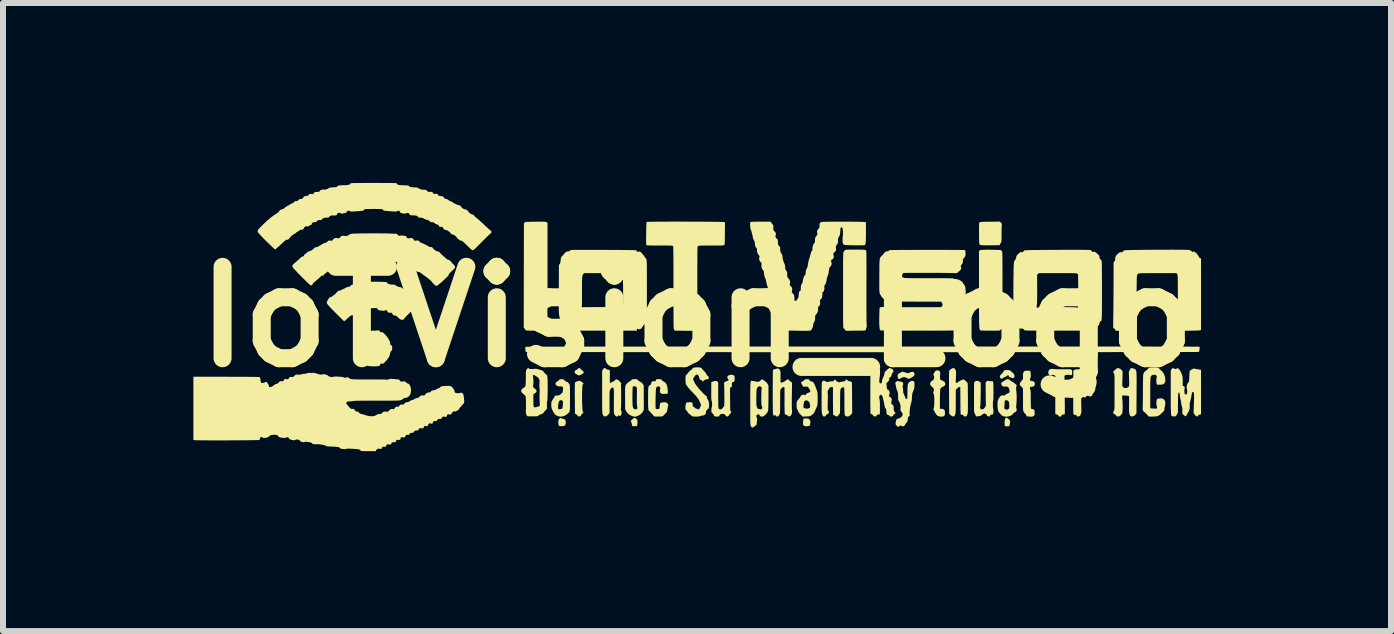
<source format=kicad_pcb>
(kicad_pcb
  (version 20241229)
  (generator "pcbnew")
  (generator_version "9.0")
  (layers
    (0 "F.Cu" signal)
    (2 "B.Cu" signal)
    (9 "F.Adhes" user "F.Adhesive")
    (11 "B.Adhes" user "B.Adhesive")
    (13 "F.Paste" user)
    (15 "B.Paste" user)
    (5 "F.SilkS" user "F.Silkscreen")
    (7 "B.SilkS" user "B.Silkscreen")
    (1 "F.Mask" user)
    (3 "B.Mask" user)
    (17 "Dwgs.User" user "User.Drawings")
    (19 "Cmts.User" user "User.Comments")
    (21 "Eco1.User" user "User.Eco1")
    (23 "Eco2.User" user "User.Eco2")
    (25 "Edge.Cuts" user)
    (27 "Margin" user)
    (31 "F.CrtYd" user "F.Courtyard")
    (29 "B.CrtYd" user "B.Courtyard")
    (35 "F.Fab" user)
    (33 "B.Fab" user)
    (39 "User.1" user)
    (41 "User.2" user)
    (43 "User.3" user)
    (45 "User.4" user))
  (footprint "IoTVision_Logo"
    (layer "F.Cu")
    (at 8.571 2.233)
    (property "Reference" "IoTVision_Logo" (at 0 0 0) (layer "F.SilkS") (effects (font (size 1.524 1.524) (thickness 0.3))))
    (attr board_only exclude_from_pos_files exclude_from_bom)
    (fp_poly (pts (xy 5.171 1.685) (xy 5.191 1.699) (xy 5.2 1.709) (xy 5.213 1.724) (xy 5.22 1.735) (xy 5.221 1.745) (xy 5.22 1.749) (xy 5.217 1.764) (xy 5.214 1.784) (xy 5.213 1.791) (xy 5.211 1.807) (xy 5.208 1.818) (xy 5.206 1.82) (xy 5.195 1.823) (xy 5.177 1.825) (xy 5.159 1.825) (xy 5.147 1.824) (xy 5.13 1.82) (xy 5.128 1.77) (xy 5.129 1.733) (xy 5.134 1.706) (xy 5.143 1.689) (xy 5.155 1.682)) (stroke (width 0) (type solid)) (fill yes) (layer "F.SilkS"))
    (fp_poly (pts (xy -2.259 1.69) (xy -2.252 1.694) (xy -2.235 1.701) (xy -2.218 1.705) (xy -2.216 1.705) (xy -2.204 1.707) (xy -2.197 1.715) (xy -2.193 1.726) (xy -2.189 1.746) (xy -2.189 1.769) (xy -2.192 1.791) (xy -2.198 1.807) (xy -2.201 1.811) (xy -2.212 1.816) (xy -2.231 1.82) (xy -2.253 1.822) (xy -2.275 1.822) (xy -2.293 1.82) (xy -2.301 1.817) (xy -2.307 1.806) (xy -2.311 1.788) (xy -2.313 1.766) (xy -2.312 1.743) (xy -2.309 1.722) (xy -2.304 1.707) (xy -2.302 1.705) (xy -2.287 1.691) (xy -2.274 1.686)) (stroke (width 0) (type solid)) (fill yes) (layer "F.SilkS"))
    (fp_poly (pts (xy -1.945 0.862) (xy -1.937 0.872) (xy -1.924 0.886) (xy -1.91 0.897) (xy -1.908 0.898) (xy -1.895 0.906) (xy -1.891 0.917) (xy -1.89 0.923) (xy -1.894 0.938) (xy -1.9 0.945) (xy -1.921 0.956) (xy -1.94 0.966) (xy -1.956 0.973) (xy -1.965 0.976) (xy -1.966 0.976) (xy -1.974 0.974) (xy -1.988 0.968) (xy -2.004 0.961) (xy -2.025 0.948) (xy -2.037 0.935) (xy -2.041 0.92) (xy -2.039 0.907) (xy -2.03 0.894) (xy -2.016 0.887) (xy -2 0.878) (xy -1.988 0.867) (xy -1.988 0.866) (xy -1.975 0.855) (xy -1.96 0.853)) (stroke (width 0) (type solid)) (fill yes) (layer "F.SilkS"))
    (fp_poly (pts (xy -1.031 1.686) (xy -1.019 1.695) (xy -1.012 1.701) (xy -0.999 1.714) (xy -0.994 1.725) (xy -0.992 1.74) (xy -0.992 1.748) (xy -0.994 1.77) (xy -0.996 1.792) (xy -0.997 1.798) (xy -1.001 1.82) (xy -1.039 1.822) (xy -1.059 1.823) (xy -1.071 1.822) (xy -1.078 1.818) (xy -1.082 1.812) (xy -1.083 1.809) (xy -1.087 1.793) (xy -1.088 1.782) (xy -1.091 1.768) (xy -1.097 1.756) (xy -1.103 1.743) (xy -1.105 1.735) (xy -1.101 1.728) (xy -1.09 1.717) (xy -1.076 1.705) (xy -1.061 1.694) (xy -1.047 1.686) (xy -1.04 1.683)) (stroke (width 0) (type solid)) (fill yes) (layer "F.SilkS"))
    (fp_poly (pts (xy 1.81 1.693) (xy 1.823 1.694) (xy 1.845 1.696) (xy 1.859 1.699) (xy 1.869 1.705) (xy 1.878 1.714) (xy 1.885 1.723) (xy 1.889 1.733) (xy 1.89 1.745) (xy 1.889 1.765) (xy 1.889 1.769) (xy 1.886 1.794) (xy 1.88 1.81) (xy 1.87 1.818) (xy 1.853 1.822) (xy 1.828 1.823) (xy 1.805 1.822) (xy 1.791 1.82) (xy 1.781 1.815) (xy 1.778 1.812) (xy 1.772 1.803) (xy 1.769 1.791) (xy 1.767 1.773) (xy 1.767 1.761) (xy 1.768 1.737) (xy 1.771 1.716) (xy 1.775 1.706) (xy 1.779 1.698) (xy 1.785 1.694) (xy 1.794 1.693)) (stroke (width 0) (type solid)) (fill yes) (layer "F.SilkS"))
    (fp_poly (pts (xy 3.473 0.927) (xy 3.496 0.934) (xy 3.511 0.938) (xy 3.521 0.938) (xy 3.529 0.936) (xy 3.532 0.934) (xy 3.545 0.928) (xy 3.564 0.922) (xy 3.573 0.919) (xy 3.591 0.916) (xy 3.602 0.917) (xy 3.61 0.921) (xy 3.612 0.923) (xy 3.624 0.94) (xy 3.627 0.961) (xy 3.624 0.972) (xy 3.616 0.982) (xy 3.601 0.996) (xy 3.582 1.009) (xy 3.562 1.021) (xy 3.544 1.029) (xy 3.532 1.032) (xy 3.519 1.029) (xy 3.502 1.021) (xy 3.497 1.018) (xy 3.47 1.006) (xy 3.442 1.004) (xy 3.415 1.013) (xy 3.402 1.021) (xy 3.383 1.034) (xy 3.368 1.037) (xy 3.356 1.031) (xy 3.355 1.03) (xy 3.348 1.015) (xy 3.345 0.995) (xy 3.345 0.975) (xy 3.348 0.963) (xy 3.357 0.951) (xy 3.373 0.939) (xy 3.39 0.931) (xy 3.425 0.913)) (stroke (width 0) (type solid)) (fill yes) (layer "F.SilkS"))
    (fp_poly (pts (xy 5.2 0.888) (xy 5.209 0.889) (xy 5.218 0.894) (xy 5.233 0.905) (xy 5.25 0.92) (xy 5.256 0.926) (xy 5.274 0.943) (xy 5.284 0.956) (xy 5.29 0.966) (xy 5.292 0.976) (xy 5.292 0.986) (xy 5.291 1.004) (xy 5.286 1.015) (xy 5.275 1.019) (xy 5.256 1.017) (xy 5.237 1.013) (xy 5.216 1.006) (xy 5.204 1) (xy 5.2 0.994) (xy 5.2 0.993) (xy 5.196 0.981) (xy 5.192 0.976) (xy 5.185 0.973) (xy 5.176 0.976) (xy 5.166 0.984) (xy 5.153 0.993) (xy 5.143 0.998) (xy 5.142 0.998) (xy 5.134 1.001) (xy 5.12 1.009) (xy 5.108 1.015) (xy 5.089 1.027) (xy 5.076 1.031) (xy 5.066 1.029) (xy 5.058 1.02) (xy 5.057 1.02) (xy 5.049 1) (xy 5.051 0.981) (xy 5.064 0.965) (xy 5.064 0.965) (xy 5.075 0.954) (xy 5.09 0.938) (xy 5.102 0.921) (xy 5.125 0.889) (xy 5.161 0.887) (xy 5.182 0.887)) (stroke (width 0) (type solid)) (fill yes) (layer "F.SilkS"))
    (fp_poly (pts (xy -1.949 1.069) (xy -1.934 1.077) (xy -1.916 1.089) (xy -1.899 1.101) (xy -1.894 1.105) (xy -1.894 1.112) (xy -1.9 1.121) (xy -1.904 1.126) (xy -1.908 1.133) (xy -1.91 1.145) (xy -1.912 1.162) (xy -1.914 1.187) (xy -1.915 1.222) (xy -1.915 1.224) (xy -1.916 1.258) (xy -1.917 1.297) (xy -1.917 1.338) (xy -1.917 1.381) (xy -1.916 1.423) (xy -1.914 1.463) (xy -1.913 1.499) (xy -1.911 1.53) (xy -1.909 1.554) (xy -1.907 1.569) (xy -1.906 1.573) (xy -1.899 1.584) (xy -1.894 1.588) (xy -1.895 1.594) (xy -1.903 1.604) (xy -1.912 1.612) (xy -1.925 1.626) (xy -1.934 1.639) (xy -1.936 1.645) (xy -1.94 1.654) (xy -1.948 1.658) (xy -1.961 1.659) (xy -1.977 1.66) (xy -1.986 1.656) (xy -1.992 1.646) (xy -1.992 1.645) (xy -2.003 1.632) (xy -2.018 1.622) (xy -2.018 1.622) (xy -2.035 1.614) (xy -2.037 1.361) (xy -2.038 1.308) (xy -2.038 1.259) (xy -2.038 1.214) (xy -2.038 1.175) (xy -2.037 1.142) (xy -2.037 1.118) (xy -2.036 1.102) (xy -2.036 1.098) (xy -2.029 1.09) (xy -2.015 1.082) (xy -1.996 1.074) (xy -1.977 1.069) (xy -1.961 1.066) (xy -1.96 1.066)) (stroke (width 0) (type solid)) (fill yes) (layer "F.SilkS"))
    (fp_poly (pts (xy 5.066 -1.571) (xy 5.075 -1.561) (xy 5.08 -1.553) (xy 5.082 -1.542) (xy 5.081 -1.526) (xy 5.08 -1.513) (xy 5.079 -1.494) (xy 5.078 -1.467) (xy 5.078 -1.434) (xy 5.077 -1.397) (xy 5.077 -1.36) (xy 5.077 -1.32) (xy 5.076 -1.29) (xy 5.076 -1.269) (xy 5.074 -1.254) (xy 5.072 -1.246) (xy 5.069 -1.241) (xy 5.069 -1.24) (xy 5.061 -1.23) (xy 5.055 -1.215) (xy 5.054 -1.214) (xy 5.048 -1.201) (xy 5.042 -1.195) (xy 5.041 -1.195) (xy 4.974 -1.194) (xy 4.913 -1.193) (xy 4.859 -1.193) (xy 4.813 -1.193) (xy 4.775 -1.194) (xy 4.747 -1.195) (xy 4.728 -1.196) (xy 4.721 -1.198) (xy 4.711 -1.207) (xy 4.706 -1.22) (xy 4.705 -1.23) (xy 4.704 -1.249) (xy 4.703 -1.277) (xy 4.702 -1.311) (xy 4.702 -1.35) (xy 4.702 -1.392) (xy 4.701 -1.403) (xy 4.701 -1.451) (xy 4.701 -1.489) (xy 4.702 -1.518) (xy 4.702 -1.54) (xy 4.703 -1.556) (xy 4.705 -1.566) (xy 4.707 -1.572) (xy 4.709 -1.576) (xy 4.71 -1.577) (xy 4.715 -1.579) (xy 4.725 -1.581) (xy 4.741 -1.583) (xy 4.763 -1.584) (xy 4.794 -1.585) (xy 4.833 -1.586) (xy 4.883 -1.586) (xy 4.884 -1.586) (xy 5.049 -1.588)) (stroke (width 0) (type solid)) (fill yes) (layer "F.SilkS"))
    (fp_poly (pts (xy -2.574 -1.587) (xy -2.552 -1.587) (xy -2.536 -1.586) (xy -2.525 -1.584) (xy -2.517 -1.583) (xy -2.511 -1.58) (xy -2.507 -1.577) (xy -2.507 -1.577) (xy -2.493 -1.566) (xy -2.493 -0.68) (xy -2.493 -0.563) (xy -2.493 -0.457) (xy -2.493 -0.361) (xy -2.494 -0.275) (xy -2.494 -0.198) (xy -2.494 -0.13) (xy -2.494 -0.07) (xy -2.494 -0.017) (xy -2.494 0.029) (xy -2.495 0.068) (xy -2.495 0.101) (xy -2.495 0.129) (xy -2.496 0.152) (xy -2.497 0.17) (xy -2.497 0.184) (xy -2.498 0.195) (xy -2.499 0.204) (xy -2.5 0.209) (xy -2.501 0.213) (xy -2.502 0.216) (xy -2.504 0.218) (xy -2.504 0.218) (xy -2.508 0.222) (xy -2.512 0.224) (xy -2.518 0.226) (xy -2.528 0.228) (xy -2.542 0.229) (xy -2.563 0.229) (xy -2.59 0.23) (xy -2.626 0.23) (xy -2.672 0.23) (xy -2.682 0.23) (xy -2.731 0.23) (xy -2.77 0.23) (xy -2.8 0.229) (xy -2.822 0.228) (xy -2.838 0.227) (xy -2.848 0.226) (xy -2.855 0.223) (xy -2.857 0.222) (xy -2.865 0.212) (xy -2.875 0.197) (xy -2.877 0.194) (xy -2.889 0.175) (xy -2.888 -0.692) (xy -2.886 -1.559) (xy -2.873 -1.572) (xy -2.869 -1.576) (xy -2.865 -1.578) (xy -2.859 -1.581) (xy -2.85 -1.582) (xy -2.836 -1.584) (xy -2.817 -1.584) (xy -2.791 -1.585) (xy -2.757 -1.586) (xy -2.713 -1.586) (xy -2.691 -1.586) (xy -2.642 -1.587) (xy -2.604 -1.587)) (stroke (width 0) (type solid)) (fill yes) (layer "F.SilkS"))
    (fp_poly (pts (xy 4.877 -1.119) (xy 4.894 -1.119) (xy 4.949 -1.118) (xy 4.993 -1.117) (xy 5.027 -1.116) (xy 5.051 -1.115) (xy 5.065 -1.113) (xy 5.07 -1.111) (xy 5.079 -1.102) (xy 5.087 -1.087) (xy 5.088 -1.084) (xy 5.089 -1.076) (xy 5.09 -1.059) (xy 5.091 -1.033) (xy 5.091 -0.997) (xy 5.092 -0.952) (xy 5.092 -0.898) (xy 5.092 -0.833) (xy 5.093 -0.758) (xy 5.093 -0.673) (xy 5.093 -0.577) (xy 5.092 -0.47) (xy 5.092 -0.432) (xy 5.091 0.199) (xy 5.077 0.202) (xy 5.064 0.209) (xy 5.057 0.218) (xy 5.055 0.221) (xy 5.053 0.224) (xy 5.048 0.226) (xy 5.04 0.228) (xy 5.027 0.229) (xy 5.008 0.229) (xy 4.982 0.23) (xy 4.948 0.23) (xy 4.904 0.23) (xy 4.891 0.23) (xy 4.841 0.23) (xy 4.801 0.229) (xy 4.77 0.229) (xy 4.747 0.228) (xy 4.732 0.226) (xy 4.724 0.224) (xy 4.722 0.223) (xy 4.719 0.22) (xy 4.716 0.217) (xy 4.714 0.212) (xy 4.711 0.206) (xy 4.709 0.198) (xy 4.708 0.186) (xy 4.706 0.171) (xy 4.705 0.151) (xy 4.704 0.127) (xy 4.703 0.098) (xy 4.702 0.062) (xy 4.702 0.02) (xy 4.701 -0.03) (xy 4.701 -0.087) (xy 4.701 -0.153) (xy 4.701 -0.228) (xy 4.701 -0.312) (xy 4.701 -0.407) (xy 4.701 -0.461) (xy 4.701 -1.099) (xy 4.716 -1.109) (xy 4.721 -1.112) (xy 4.728 -1.114) (xy 4.738 -1.116) (xy 4.752 -1.117) (xy 4.772 -1.118) (xy 4.798 -1.118) (xy 4.833 -1.119)) (stroke (width 0) (type solid)) (fill yes) (layer "F.SilkS"))
    (fp_poly (pts (xy -1.012 1.039) (xy -0.998 1.041) (xy -0.99 1.047) (xy -0.986 1.055) (xy -0.979 1.063) (xy -0.965 1.072) (xy -0.953 1.078) (xy -0.925 1.095) (xy -0.906 1.116) (xy -0.889 1.141) (xy -0.888 1.345) (xy -0.887 1.398) (xy -0.887 1.442) (xy -0.887 1.477) (xy -0.887 1.504) (xy -0.888 1.525) (xy -0.889 1.541) (xy -0.89 1.552) (xy -0.892 1.56) (xy -0.895 1.567) (xy -0.896 1.569) (xy -0.914 1.597) (xy -0.941 1.623) (xy -0.974 1.644) (xy -0.977 1.645) (xy -1.007 1.658) (xy -1.031 1.663) (xy -1.055 1.662) (xy -1.074 1.656) (xy -1.111 1.641) (xy -1.139 1.623) (xy -1.162 1.601) (xy -1.176 1.58) (xy -1.198 1.545) (xy -1.199 1.357) (xy -1.2 1.317) (xy -1.077 1.317) (xy -1.077 1.355) (xy -1.077 1.392) (xy -1.076 1.426) (xy -1.075 1.456) (xy -1.074 1.479) (xy -1.072 1.494) (xy -1.071 1.498) (xy -1.064 1.517) (xy -1.058 1.529) (xy -1.051 1.535) (xy -1.043 1.538) (xy -1.02 1.542) (xy -1.006 1.539) (xy -0.998 1.531) (xy -0.995 1.519) (xy -0.996 1.502) (xy -0.999 1.489) (xy -1.001 1.47) (xy -1.003 1.44) (xy -1.003 1.401) (xy -1.004 1.352) (xy -1.003 1.318) (xy -1.003 1.275) (xy -1.002 1.242) (xy -1.003 1.217) (xy -1.003 1.198) (xy -1.004 1.186) (xy -1.006 1.178) (xy -1.009 1.172) (xy -1.012 1.168) (xy -1.012 1.167) (xy -1.025 1.159) (xy -1.042 1.156) (xy -1.058 1.157) (xy -1.07 1.162) (xy -1.07 1.163) (xy -1.072 1.171) (xy -1.074 1.188) (xy -1.075 1.213) (xy -1.076 1.244) (xy -1.077 1.279) (xy -1.077 1.317) (xy -1.2 1.317) (xy -1.2 1.303) (xy -1.2 1.259) (xy -1.2 1.224) (xy -1.199 1.196) (xy -1.197 1.174) (xy -1.195 1.157) (xy -1.191 1.144) (xy -1.186 1.133) (xy -1.179 1.124) (xy -1.171 1.114) (xy -1.166 1.108) (xy -1.149 1.093) (xy -1.13 1.08) (xy -1.123 1.076) (xy -1.108 1.068) (xy -1.098 1.059) (xy -1.096 1.055) (xy -1.091 1.047) (xy -1.08 1.041) (xy -1.062 1.039) (xy -1.035 1.038)) (stroke (width 0) (type solid)) (fill yes) (layer "F.SilkS"))
    (fp_poly (pts (xy 5.94 0.869) (xy 5.945 0.87) (xy 5.963 0.872) (xy 5.99 0.873) (xy 6.024 0.874) (xy 6.064 0.874) (xy 6.106 0.874) (xy 6.111 0.874) (xy 6.154 0.873) (xy 6.188 0.873) (xy 6.214 0.874) (xy 6.231 0.877) (xy 6.243 0.881) (xy 6.25 0.887) (xy 6.253 0.896) (xy 6.255 0.909) (xy 6.255 0.925) (xy 6.255 0.926) (xy 6.253 0.949) (xy 6.248 0.965) (xy 6.241 0.974) (xy 6.233 0.973) (xy 6.231 0.972) (xy 6.222 0.969) (xy 6.205 0.967) (xy 6.185 0.966) (xy 6.184 0.966) (xy 6.156 0.968) (xy 6.137 0.973) (xy 6.128 0.984) (xy 6.125 1) (xy 6.125 1.003) (xy 6.126 1.013) (xy 6.126 1.034) (xy 6.127 1.062) (xy 6.127 1.098) (xy 6.128 1.139) (xy 6.129 1.184) (xy 6.129 1.233) (xy 6.13 1.284) (xy 6.13 1.335) (xy 6.131 1.386) (xy 6.131 1.434) (xy 6.132 1.48) (xy 6.132 1.521) (xy 6.132 1.556) (xy 6.132 1.584) (xy 6.132 1.603) (xy 6.132 1.613) (xy 6.132 1.614) (xy 6.128 1.624) (xy 6.117 1.627) (xy 6.113 1.627) (xy 6.093 1.63) (xy 6.08 1.638) (xy 6.075 1.649) (xy 6.073 1.656) (xy 6.066 1.66) (xy 6.051 1.66) (xy 6.05 1.66) (xy 6.034 1.66) (xy 6.027 1.657) (xy 6.025 1.65) (xy 6.025 1.649) (xy 6.02 1.638) (xy 6.006 1.629) (xy 5.989 1.627) (xy 5.977 1.623) (xy 5.973 1.617) (xy 5.973 1.61) (xy 5.973 1.592) (xy 5.973 1.566) (xy 5.973 1.531) (xy 5.973 1.489) (xy 5.973 1.442) (xy 5.973 1.39) (xy 5.974 1.334) (xy 5.974 1.304) (xy 5.975 1.247) (xy 5.975 1.192) (xy 5.975 1.142) (xy 5.975 1.097) (xy 5.975 1.058) (xy 5.974 1.027) (xy 5.974 1.005) (xy 5.973 0.992) (xy 5.973 0.989) (xy 5.964 0.974) (xy 5.948 0.968) (xy 5.925 0.968) (xy 5.914 0.971) (xy 5.897 0.975) (xy 5.886 0.975) (xy 5.878 0.971) (xy 5.871 0.965) (xy 5.858 0.946) (xy 5.855 0.924) (xy 5.861 0.901) (xy 5.872 0.883) (xy 5.887 0.871) (xy 5.91 0.867)) (stroke (width 0) (type solid)) (fill yes) (layer "F.SilkS"))
    (fp_poly (pts (xy 5.559 0.915) (xy 5.562 0.933) (xy 5.564 0.956) (xy 5.564 0.98) (xy 5.563 1.003) (xy 5.559 1.019) (xy 5.556 1.024) (xy 5.549 1.04) (xy 5.552 1.055) (xy 5.563 1.066) (xy 5.582 1.071) (xy 5.589 1.071) (xy 5.611 1.076) (xy 5.625 1.088) (xy 5.632 1.109) (xy 5.632 1.116) (xy 5.628 1.139) (xy 5.617 1.155) (xy 5.597 1.163) (xy 5.585 1.164) (xy 5.566 1.166) (xy 5.555 1.171) (xy 5.553 1.173) (xy 5.548 1.19) (xy 5.552 1.208) (xy 5.556 1.215) (xy 5.559 1.22) (xy 5.561 1.229) (xy 5.562 1.243) (xy 5.563 1.262) (xy 5.564 1.29) (xy 5.564 1.326) (xy 5.564 1.371) (xy 5.564 1.375) (xy 5.565 1.422) (xy 5.565 1.458) (xy 5.566 1.487) (xy 5.567 1.507) (xy 5.569 1.521) (xy 5.572 1.53) (xy 5.577 1.535) (xy 5.582 1.537) (xy 5.588 1.537) (xy 5.601 1.539) (xy 5.611 1.543) (xy 5.619 1.548) (xy 5.624 1.557) (xy 5.627 1.572) (xy 5.629 1.584) (xy 5.63 1.614) (xy 5.626 1.635) (xy 5.616 1.649) (xy 5.601 1.658) (xy 5.588 1.663) (xy 5.578 1.665) (xy 5.577 1.665) (xy 5.57 1.664) (xy 5.555 1.663) (xy 5.535 1.662) (xy 5.515 1.66) (xy 5.502 1.658) (xy 5.496 1.654) (xy 5.492 1.646) (xy 5.491 1.645) (xy 5.484 1.632) (xy 5.473 1.616) (xy 5.467 1.609) (xy 5.458 1.6) (xy 5.451 1.591) (xy 5.445 1.582) (xy 5.441 1.572) (xy 5.438 1.558) (xy 5.436 1.541) (xy 5.435 1.518) (xy 5.435 1.488) (xy 5.435 1.451) (xy 5.435 1.403) (xy 5.435 1.382) (xy 5.435 1.327) (xy 5.435 1.282) (xy 5.435 1.247) (xy 5.434 1.22) (xy 5.432 1.202) (xy 5.431 1.191) (xy 5.43 1.188) (xy 5.421 1.177) (xy 5.408 1.163) (xy 5.401 1.157) (xy 5.387 1.142) (xy 5.381 1.129) (xy 5.381 1.113) (xy 5.39 1.095) (xy 5.406 1.072) (xy 5.42 1.055) (xy 5.428 1.046) (xy 5.433 1.037) (xy 5.435 1.026) (xy 5.435 1.009) (xy 5.435 0.988) (xy 5.434 0.964) (xy 5.435 0.948) (xy 5.437 0.936) (xy 5.442 0.927) (xy 5.449 0.918) (xy 5.464 0.898) (xy 5.552 0.898)) (stroke (width 0) (type solid)) (fill yes) (layer "F.SilkS"))
    (fp_poly (pts (xy 2.652 -1.122) (xy 2.69 -1.121) (xy 2.725 -1.121) (xy 2.756 -1.12) (xy 2.78 -1.118) (xy 2.796 -1.117) (xy 2.8 -1.116) (xy 2.811 -1.113) (xy 2.817 -1.108) (xy 2.82 -1.099) (xy 2.822 -1.082) (xy 2.823 -1.076) (xy 2.823 -1.065) (xy 2.824 -1.044) (xy 2.824 -1.014) (xy 2.824 -0.974) (xy 2.824 -0.927) (xy 2.825 -0.873) (xy 2.825 -0.812) (xy 2.825 -0.746) (xy 2.825 -0.676) (xy 2.825 -0.601) (xy 2.824 -0.524) (xy 2.824 -0.491) (xy 2.824 -0.412) (xy 2.824 -0.335) (xy 2.824 -0.262) (xy 2.824 -0.193) (xy 2.824 -0.128) (xy 2.825 -0.069) (xy 2.825 -0.017) (xy 2.826 0.027) (xy 2.826 0.064) (xy 2.827 0.091) (xy 2.827 0.108) (xy 2.827 0.112) (xy 2.829 0.138) (xy 2.83 0.156) (xy 2.828 0.17) (xy 2.824 0.182) (xy 2.821 0.189) (xy 2.815 0.205) (xy 2.811 0.218) (xy 2.81 0.221) (xy 2.809 0.224) (xy 2.805 0.226) (xy 2.797 0.228) (xy 2.783 0.229) (xy 2.762 0.229) (xy 2.733 0.23) (xy 2.694 0.23) (xy 2.671 0.23) (xy 2.631 0.23) (xy 2.595 0.23) (xy 2.563 0.231) (xy 2.538 0.231) (xy 2.521 0.232) (xy 2.515 0.232) (xy 2.498 0.233) (xy 2.486 0.232) (xy 2.475 0.225) (xy 2.465 0.213) (xy 2.465 0.213) (xy 2.456 0.199) (xy 2.446 0.191) (xy 2.444 0.19) (xy 2.442 0.188) (xy 2.441 0.185) (xy 2.44 0.18) (xy 2.439 0.173) (xy 2.438 0.162) (xy 2.437 0.148) (xy 2.437 0.13) (xy 2.436 0.106) (xy 2.436 0.077) (xy 2.435 0.042) (xy 2.435 0.000015) (xy 2.435 -0.049) (xy 2.435 -0.107) (xy 2.435 -0.173) (xy 2.435 -0.248) (xy 2.435 -0.334) (xy 2.435 -0.429) (xy 2.435 -0.445) (xy 2.435 -0.544) (xy 2.435 -0.631) (xy 2.435 -0.709) (xy 2.435 -0.777) (xy 2.435 -0.836) (xy 2.435 -0.887) (xy 2.435 -0.931) (xy 2.436 -0.967) (xy 2.436 -0.997) (xy 2.437 -1.022) (xy 2.438 -1.041) (xy 2.438 -1.056) (xy 2.439 -1.067) (xy 2.44 -1.075) (xy 2.441 -1.079) (xy 2.443 -1.082) (xy 2.444 -1.083) (xy 2.453 -1.095) (xy 2.457 -1.103) (xy 2.467 -1.113) (xy 2.48 -1.118) (xy 2.492 -1.12) (xy 2.514 -1.121) (xy 2.543 -1.121) (xy 2.577 -1.122) (xy 2.614 -1.122)) (stroke (width 0) (type solid)) (fill yes) (layer "F.SilkS"))
    (fp_poly (pts (xy 4.681 1.068) (xy 4.698 1.074) (xy 4.714 1.082) (xy 4.726 1.091) (xy 4.729 1.096) (xy 4.73 1.112) (xy 4.73 1.136) (xy 4.73 1.166) (xy 4.73 1.202) (xy 4.73 1.241) (xy 4.729 1.282) (xy 4.729 1.323) (xy 4.728 1.363) (xy 4.727 1.399) (xy 4.726 1.431) (xy 4.725 1.457) (xy 4.724 1.475) (xy 4.723 1.483) (xy 4.723 1.484) (xy 4.718 1.506) (xy 4.722 1.525) (xy 4.733 1.538) (xy 4.75 1.543) (xy 4.751 1.543) (xy 4.767 1.54) (xy 4.782 1.53) (xy 4.797 1.512) (xy 4.799 1.509) (xy 4.815 1.486) (xy 4.813 1.289) (xy 4.812 1.091) (xy 4.827 1.077) (xy 4.836 1.07) (xy 4.845 1.066) (xy 4.857 1.067) (xy 4.872 1.07) (xy 4.891 1.073) (xy 4.908 1.074) (xy 4.914 1.073) (xy 4.922 1.072) (xy 4.928 1.073) (xy 4.933 1.077) (xy 4.936 1.087) (xy 4.939 1.102) (xy 4.941 1.124) (xy 4.941 1.153) (xy 4.942 1.192) (xy 4.942 1.241) (xy 4.942 1.243) (xy 4.942 1.284) (xy 4.941 1.32) (xy 4.941 1.351) (xy 4.94 1.376) (xy 4.938 1.392) (xy 4.937 1.399) (xy 4.937 1.399) (xy 4.935 1.406) (xy 4.933 1.421) (xy 4.933 1.441) (xy 4.932 1.465) (xy 4.933 1.488) (xy 4.933 1.508) (xy 4.935 1.523) (xy 4.937 1.529) (xy 4.94 1.536) (xy 4.941 1.55) (xy 4.942 1.569) (xy 4.941 1.589) (xy 4.94 1.606) (xy 4.938 1.614) (xy 4.932 1.624) (xy 4.919 1.627) (xy 4.919 1.627) (xy 4.906 1.63) (xy 4.893 1.637) (xy 4.884 1.646) (xy 4.883 1.654) (xy 4.883 1.655) (xy 4.883 1.659) (xy 4.872 1.66) (xy 4.853 1.657) (xy 4.839 1.652) (xy 4.835 1.643) (xy 4.831 1.633) (xy 4.819 1.623) (xy 4.805 1.614) (xy 4.791 1.61) (xy 4.79 1.61) (xy 4.78 1.613) (xy 4.766 1.621) (xy 4.762 1.624) (xy 4.747 1.635) (xy 4.734 1.644) (xy 4.732 1.646) (xy 4.72 1.651) (xy 4.702 1.655) (xy 4.683 1.658) (xy 4.665 1.659) (xy 4.654 1.657) (xy 4.653 1.656) (xy 4.648 1.649) (xy 4.64 1.635) (xy 4.632 1.616) (xy 4.632 1.616) (xy 4.618 1.579) (xy 4.618 1.337) (xy 4.619 1.095) (xy 4.633 1.08) (xy 4.65 1.068) (xy 4.666 1.066)) (stroke (width 0) (type solid)) (fill yes) (layer "F.SilkS"))
    (fp_poly (pts (xy -5.308 0.226) (xy -5.296 0.233) (xy -5.287 0.242) (xy -5.287 0.243) (xy -5.279 0.252) (xy -5.266 0.255) (xy -5.261 0.255) (xy -5.239 0.259) (xy -5.224 0.27) (xy -5.194 0.301) (xy -5.167 0.334) (xy -5.145 0.366) (xy -5.128 0.397) (xy -5.118 0.424) (xy -5.116 0.441) (xy -5.113 0.458) (xy -5.106 0.471) (xy -5.097 0.477) (xy -5.097 0.477) (xy -5.089 0.48) (xy -5.085 0.491) (xy -5.083 0.51) (xy -5.082 0.526) (xy -5.083 0.545) (xy -5.085 0.556) (xy -5.091 0.562) (xy -5.095 0.564) (xy -5.105 0.574) (xy -5.111 0.586) (xy -5.115 0.602) (xy -5.119 0.622) (xy -5.121 0.63) (xy -5.13 0.656) (xy -5.147 0.685) (xy -5.168 0.715) (xy -5.186 0.735) (xy -5.201 0.751) (xy -5.216 0.766) (xy -5.22 0.77) (xy -5.23 0.78) (xy -5.238 0.782) (xy -5.242 0.78) (xy -5.256 0.775) (xy -5.269 0.778) (xy -5.28 0.789) (xy -5.282 0.797) (xy -5.287 0.809) (xy -5.298 0.816) (xy -5.306 0.819) (xy -5.324 0.822) (xy -5.349 0.824) (xy -5.379 0.824) (xy -5.411 0.824) (xy -5.441 0.823) (xy -5.467 0.82) (xy -5.486 0.817) (xy -5.489 0.816) (xy -5.503 0.811) (xy -5.511 0.808) (xy -5.512 0.808) (xy -5.514 0.803) (xy -5.516 0.795) (xy -5.523 0.784) (xy -5.537 0.777) (xy -5.544 0.775) (xy -5.556 0.77) (xy -5.57 0.761) (xy -5.587 0.746) (xy -5.608 0.725) (xy -5.616 0.717) (xy -5.642 0.688) (xy -5.66 0.666) (xy -5.668 0.651) (xy -5.668 0.649) (xy -5.671 0.636) (xy -5.676 0.615) (xy -5.682 0.591) (xy -5.686 0.574) (xy -5.701 0.517) (xy -5.686 0.462) (xy -5.679 0.436) (xy -5.672 0.412) (xy -5.667 0.394) (xy -5.665 0.387) (xy -5.658 0.371) (xy -5.643 0.351) (xy -5.621 0.326) (xy -5.604 0.309) (xy -5.591 0.294) (xy -5.583 0.284) (xy -5.581 0.281) (xy -5.577 0.274) (xy -5.566 0.266) (xy -5.552 0.257) (xy -5.538 0.251) (xy -5.53 0.25) (xy -5.529 0.25) (xy -5.52 0.249) (xy -5.505 0.245) (xy -5.497 0.242) (xy -5.484 0.237) (xy -5.47 0.233) (xy -5.452 0.231) (xy -5.427 0.23) (xy -5.401 0.23) (xy -5.374 0.23) (xy -5.351 0.229) (xy -5.334 0.227) (xy -5.327 0.225) (xy -5.327 0.225) (xy -5.319 0.222)) (stroke (width 0) (type solid)) (fill yes) (layer "F.SilkS"))
    (fp_poly (pts (xy 4.286 0.855) (xy 4.295 0.862) (xy 4.305 0.878) (xy 4.305 0.879) (xy 4.311 0.889) (xy 4.316 0.899) (xy 4.318 0.909) (xy 4.319 0.922) (xy 4.319 0.942) (xy 4.318 0.969) (xy 4.317 0.981) (xy 4.316 1.011) (xy 4.314 1.037) (xy 4.313 1.059) (xy 4.313 1.072) (xy 4.313 1.073) (xy 4.315 1.088) (xy 4.32 1.097) (xy 4.331 1.102) (xy 4.341 1.1) (xy 4.347 1.093) (xy 4.347 1.091) (xy 4.352 1.085) (xy 4.365 1.077) (xy 4.382 1.067) (xy 4.401 1.057) (xy 4.42 1.049) (xy 4.435 1.044) (xy 4.441 1.043) (xy 4.451 1.047) (xy 4.466 1.057) (xy 4.482 1.071) (xy 4.497 1.086) (xy 4.508 1.1) (xy 4.512 1.107) (xy 4.513 1.114) (xy 4.513 1.132) (xy 4.514 1.158) (xy 4.515 1.192) (xy 4.515 1.233) (xy 4.515 1.278) (xy 4.516 1.328) (xy 4.516 1.364) (xy 4.516 1.424) (xy 4.516 1.474) (xy 4.516 1.514) (xy 4.515 1.547) (xy 4.515 1.572) (xy 4.514 1.591) (xy 4.513 1.605) (xy 4.511 1.614) (xy 4.509 1.621) (xy 4.508 1.624) (xy 4.501 1.637) (xy 4.499 1.646) (xy 4.494 1.655) (xy 4.479 1.66) (xy 4.465 1.66) (xy 4.451 1.658) (xy 4.443 1.647) (xy 4.443 1.646) (xy 4.437 1.636) (xy 4.425 1.633) (xy 4.418 1.632) (xy 4.404 1.631) (xy 4.397 1.625) (xy 4.395 1.62) (xy 4.394 1.611) (xy 4.394 1.593) (xy 4.393 1.566) (xy 4.392 1.532) (xy 4.392 1.492) (xy 4.391 1.447) (xy 4.391 1.399) (xy 4.391 1.388) (xy 4.389 1.17) (xy 4.377 1.168) (xy 4.365 1.17) (xy 4.351 1.18) (xy 4.339 1.191) (xy 4.314 1.216) (xy 4.314 1.408) (xy 4.314 1.461) (xy 4.313 1.504) (xy 4.313 1.538) (xy 4.312 1.565) (xy 4.311 1.585) (xy 4.31 1.601) (xy 4.308 1.613) (xy 4.306 1.622) (xy 4.304 1.627) (xy 4.297 1.642) (xy 4.291 1.654) (xy 4.289 1.656) (xy 4.273 1.661) (xy 4.253 1.655) (xy 4.231 1.64) (xy 4.229 1.638) (xy 4.204 1.616) (xy 4.202 1.264) (xy 4.201 1.183) (xy 4.201 1.111) (xy 4.201 1.05) (xy 4.201 0.998) (xy 4.201 0.957) (xy 4.202 0.927) (xy 4.203 0.907) (xy 4.204 0.898) (xy 4.204 0.898) (xy 4.214 0.886) (xy 4.23 0.873) (xy 4.249 0.861) (xy 4.267 0.854) (xy 4.275 0.853)) (stroke (width 0) (type solid)) (fill yes) (layer "F.SilkS"))
    (fp_poly (pts (xy 4.026 0.894) (xy 4.038 0.9) (xy 4.044 0.907) (xy 4.05 0.915) (xy 4.053 0.923) (xy 4.054 0.935) (xy 4.054 0.952) (xy 4.053 0.978) (xy 4.052 0.979) (xy 4.051 1.005) (xy 4.051 1.022) (xy 4.052 1.033) (xy 4.055 1.04) (xy 4.06 1.046) (xy 4.061 1.048) (xy 4.076 1.058) (xy 4.09 1.063) (xy 4.105 1.069) (xy 4.12 1.08) (xy 4.123 1.082) (xy 4.136 1.101) (xy 4.14 1.121) (xy 4.133 1.14) (xy 4.117 1.156) (xy 4.092 1.169) (xy 4.081 1.174) (xy 4.072 1.179) (xy 4.065 1.185) (xy 4.06 1.194) (xy 4.056 1.208) (xy 4.054 1.226) (xy 4.052 1.251) (xy 4.051 1.284) (xy 4.05 1.326) (xy 4.049 1.37) (xy 4.049 1.411) (xy 4.049 1.449) (xy 4.049 1.481) (xy 4.049 1.507) (xy 4.05 1.525) (xy 4.051 1.534) (xy 4.051 1.534) (xy 4.058 1.535) (xy 4.065 1.533) (xy 4.079 1.531) (xy 4.097 1.535) (xy 4.114 1.543) (xy 4.126 1.554) (xy 4.129 1.56) (xy 4.133 1.581) (xy 4.134 1.605) (xy 4.132 1.628) (xy 4.127 1.644) (xy 4.124 1.649) (xy 4.11 1.658) (xy 4.088 1.663) (xy 4.062 1.663) (xy 4.039 1.66) (xy 4.015 1.651) (xy 3.994 1.634) (xy 3.975 1.608) (xy 3.966 1.591) (xy 3.956 1.573) (xy 3.948 1.558) (xy 3.944 1.551) (xy 3.941 1.541) (xy 3.946 1.525) (xy 3.947 1.522) (xy 3.951 1.508) (xy 3.953 1.485) (xy 3.955 1.456) (xy 3.956 1.424) (xy 3.956 1.391) (xy 3.956 1.358) (xy 3.954 1.329) (xy 3.951 1.306) (xy 3.948 1.29) (xy 3.946 1.287) (xy 3.941 1.274) (xy 3.938 1.26) (xy 3.939 1.249) (xy 3.944 1.245) (xy 3.947 1.24) (xy 3.949 1.228) (xy 3.949 1.22) (xy 3.947 1.201) (xy 3.941 1.188) (xy 3.936 1.182) (xy 3.922 1.17) (xy 3.907 1.156) (xy 3.905 1.154) (xy 3.892 1.139) (xy 3.888 1.124) (xy 3.887 1.117) (xy 3.889 1.1) (xy 3.896 1.086) (xy 3.91 1.073) (xy 3.92 1.066) (xy 3.934 1.054) (xy 3.946 1.039) (xy 3.946 1.038) (xy 3.953 1.019) (xy 3.954 0.999) (xy 3.951 0.983) (xy 3.946 0.976) (xy 3.941 0.97) (xy 3.939 0.964) (xy 3.942 0.955) (xy 3.95 0.94) (xy 3.956 0.93) (xy 3.968 0.911) (xy 3.977 0.9) (xy 3.986 0.894) (xy 3.998 0.892) (xy 4.009 0.892)) (stroke (width 0) (type solid)) (fill yes) (layer "F.SilkS"))
    (fp_poly (pts (xy -2.234 1.039) (xy -2.222 1.044) (xy -2.214 1.055) (xy -2.212 1.057) (xy -2.203 1.066) (xy -2.188 1.075) (xy -2.183 1.077) (xy -2.154 1.092) (xy -2.133 1.114) (xy -2.127 1.125) (xy -2.124 1.13) (xy -2.122 1.138) (xy -2.121 1.148) (xy -2.12 1.163) (xy -2.119 1.183) (xy -2.118 1.21) (xy -2.118 1.244) (xy -2.118 1.288) (xy -2.118 1.34) (xy -2.118 1.355) (xy -2.118 1.411) (xy -2.118 1.457) (xy -2.118 1.495) (xy -2.119 1.524) (xy -2.12 1.547) (xy -2.123 1.565) (xy -2.127 1.579) (xy -2.132 1.59) (xy -2.139 1.599) (xy -2.148 1.607) (xy -2.158 1.616) (xy -2.168 1.624) (xy -2.204 1.647) (xy -2.242 1.66) (xy -2.28 1.663) (xy -2.315 1.656) (xy -2.34 1.645) (xy -2.361 1.631) (xy -2.378 1.613) (xy -2.394 1.587) (xy -2.404 1.569) (xy -2.415 1.546) (xy -2.423 1.529) (xy -2.427 1.514) (xy -2.428 1.507) (xy -2.317 1.507) (xy -2.316 1.522) (xy -2.313 1.532) (xy -2.311 1.535) (xy -2.301 1.541) (xy -2.288 1.542) (xy -2.277 1.539) (xy -2.275 1.537) (xy -2.267 1.534) (xy -2.265 1.534) (xy -2.255 1.535) (xy -2.248 1.529) (xy -2.243 1.515) (xy -2.239 1.492) (xy -2.237 1.471) (xy -2.236 1.447) (xy -2.235 1.426) (xy -2.235 1.412) (xy -2.236 1.407) (xy -2.244 1.397) (xy -2.258 1.39) (xy -2.274 1.389) (xy -2.279 1.391) (xy -2.292 1.398) (xy -2.301 1.409) (xy -2.307 1.426) (xy -2.312 1.451) (xy -2.312 1.454) (xy -2.316 1.485) (xy -2.317 1.507) (xy -2.428 1.507) (xy -2.429 1.497) (xy -2.429 1.474) (xy -2.429 1.468) (xy -2.429 1.443) (xy -2.428 1.426) (xy -2.425 1.413) (xy -2.419 1.4) (xy -2.409 1.385) (xy -2.405 1.379) (xy -2.393 1.359) (xy -2.381 1.341) (xy -2.373 1.327) (xy -2.373 1.327) (xy -2.366 1.316) (xy -2.357 1.311) (xy -2.342 1.311) (xy -2.317 1.31) (xy -2.295 1.304) (xy -2.279 1.294) (xy -2.276 1.291) (xy -2.266 1.281) (xy -2.254 1.272) (xy -2.247 1.266) (xy -2.242 1.258) (xy -2.239 1.245) (xy -2.236 1.224) (xy -2.236 1.219) (xy -2.234 1.197) (xy -2.234 1.183) (xy -2.236 1.175) (xy -2.24 1.168) (xy -2.243 1.166) (xy -2.255 1.16) (xy -2.271 1.158) (xy -2.282 1.159) (xy -2.308 1.159) (xy -2.33 1.152) (xy -2.346 1.141) (xy -2.357 1.127) (xy -2.36 1.111) (xy -2.355 1.096) (xy -2.341 1.082) (xy -2.331 1.077) (xy -2.316 1.068) (xy -2.305 1.059) (xy -2.303 1.055) (xy -2.295 1.045) (xy -2.28 1.04) (xy -2.254 1.038) (xy -2.252 1.038)) (stroke (width 0) (type solid)) (fill yes) (layer "F.SilkS"))
    (fp_poly (pts (xy 5.185 1.04) (xy 5.204 1.045) (xy 5.215 1.054) (xy 5.226 1.064) (xy 5.241 1.073) (xy 5.243 1.074) (xy 5.261 1.084) (xy 5.279 1.096) (xy 5.281 1.097) (xy 5.297 1.11) (xy 5.313 1.123) (xy 5.314 1.124) (xy 5.324 1.132) (xy 5.328 1.139) (xy 5.327 1.149) (xy 5.323 1.165) (xy 5.32 1.186) (xy 5.32 1.207) (xy 5.323 1.229) (xy 5.325 1.252) (xy 5.327 1.283) (xy 5.329 1.319) (xy 5.329 1.357) (xy 5.328 1.395) (xy 5.327 1.429) (xy 5.325 1.456) (xy 5.323 1.472) (xy 5.319 1.493) (xy 5.32 1.507) (xy 5.324 1.519) (xy 5.329 1.537) (xy 5.328 1.556) (xy 5.323 1.573) (xy 5.314 1.584) (xy 5.304 1.587) (xy 5.293 1.592) (xy 5.278 1.606) (xy 5.27 1.613) (xy 5.254 1.63) (xy 5.236 1.644) (xy 5.226 1.649) (xy 5.208 1.655) (xy 5.187 1.66) (xy 5.166 1.663) (xy 5.149 1.664) (xy 5.141 1.663) (xy 5.132 1.661) (xy 5.118 1.658) (xy 5.113 1.658) (xy 5.098 1.653) (xy 5.083 1.644) (xy 5.066 1.627) (xy 5.062 1.624) (xy 5.043 1.602) (xy 5.029 1.584) (xy 5.02 1.565) (xy 5.015 1.543) (xy 5.012 1.516) (xy 5.011 1.511) (xy 5.122 1.511) (xy 5.123 1.523) (xy 5.128 1.531) (xy 5.133 1.536) (xy 5.151 1.546) (xy 5.172 1.546) (xy 5.191 1.537) (xy 5.198 1.53) (xy 5.202 1.523) (xy 5.205 1.512) (xy 5.206 1.495) (xy 5.206 1.477) (xy 5.204 1.444) (xy 5.2 1.421) (xy 5.191 1.405) (xy 5.178 1.395) (xy 5.171 1.392) (xy 5.156 1.388) (xy 5.144 1.392) (xy 5.14 1.394) (xy 5.132 1.401) (xy 5.128 1.411) (xy 5.127 1.426) (xy 5.128 1.432) (xy 5.127 1.456) (xy 5.126 1.482) (xy 5.124 1.493) (xy 5.122 1.511) (xy 5.011 1.511) (xy 5.01 1.482) (xy 5.01 1.451) (xy 5.01 1.429) (xy 5.012 1.412) (xy 5.015 1.398) (xy 5.02 1.383) (xy 5.021 1.381) (xy 5.032 1.359) (xy 5.045 1.338) (xy 5.054 1.328) (xy 5.066 1.315) (xy 5.076 1.309) (xy 5.088 1.309) (xy 5.101 1.31) (xy 5.118 1.312) (xy 5.128 1.309) (xy 5.138 1.302) (xy 5.143 1.297) (xy 5.161 1.284) (xy 5.179 1.277) (xy 5.198 1.27) (xy 5.208 1.256) (xy 5.211 1.236) (xy 5.206 1.208) (xy 5.205 1.204) (xy 5.197 1.183) (xy 5.186 1.17) (xy 5.168 1.163) (xy 5.143 1.161) (xy 5.142 1.161) (xy 5.121 1.161) (xy 5.105 1.159) (xy 5.097 1.158) (xy 5.087 1.149) (xy 5.078 1.135) (xy 5.072 1.119) (xy 5.071 1.112) (xy 5.075 1.101) (xy 5.084 1.089) (xy 5.095 1.08) (xy 5.103 1.077) (xy 5.11 1.074) (xy 5.123 1.066) (xy 5.136 1.057) (xy 5.153 1.046) (xy 5.167 1.04) (xy 5.18 1.039)) (stroke (width 0) (type solid)) (fill yes) (layer "F.SilkS"))
    (fp_poly (pts (xy 1.356 0.863) (xy 1.36 0.866) (xy 1.372 0.875) (xy 1.38 0.883) (xy 1.386 0.895) (xy 1.39 0.91) (xy 1.392 0.931) (xy 1.392 0.96) (xy 1.392 0.999) (xy 1.392 1.033) (xy 1.392 1.059) (xy 1.392 1.076) (xy 1.393 1.087) (xy 1.396 1.093) (xy 1.399 1.096) (xy 1.4 1.096) (xy 1.411 1.096) (xy 1.428 1.091) (xy 1.447 1.082) (xy 1.465 1.072) (xy 1.479 1.062) (xy 1.484 1.057) (xy 1.495 1.047) (xy 1.509 1.043) (xy 1.523 1.044) (xy 1.533 1.051) (xy 1.534 1.053) (xy 1.54 1.062) (xy 1.553 1.073) (xy 1.56 1.079) (xy 1.584 1.095) (xy 1.581 1.306) (xy 1.58 1.359) (xy 1.58 1.409) (xy 1.58 1.453) (xy 1.58 1.492) (xy 1.581 1.524) (xy 1.582 1.546) (xy 1.583 1.556) (xy 1.585 1.578) (xy 1.585 1.594) (xy 1.582 1.608) (xy 1.575 1.624) (xy 1.567 1.642) (xy 1.559 1.651) (xy 1.549 1.656) (xy 1.543 1.658) (xy 1.528 1.659) (xy 1.519 1.654) (xy 1.513 1.647) (xy 1.499 1.635) (xy 1.486 1.632) (xy 1.472 1.63) (xy 1.464 1.619) (xy 1.464 1.617) (xy 1.462 1.607) (xy 1.461 1.586) (xy 1.46 1.556) (xy 1.459 1.516) (xy 1.458 1.469) (xy 1.459 1.417) (xy 1.459 1.358) (xy 1.459 1.309) (xy 1.459 1.27) (xy 1.459 1.239) (xy 1.459 1.215) (xy 1.458 1.198) (xy 1.458 1.186) (xy 1.457 1.178) (xy 1.456 1.173) (xy 1.454 1.171) (xy 1.452 1.17) (xy 1.45 1.169) (xy 1.44 1.17) (xy 1.425 1.177) (xy 1.41 1.188) (xy 1.398 1.201) (xy 1.392 1.209) (xy 1.39 1.219) (xy 1.388 1.238) (xy 1.387 1.266) (xy 1.386 1.305) (xy 1.386 1.354) (xy 1.386 1.414) (xy 1.386 1.466) (xy 1.385 1.507) (xy 1.385 1.54) (xy 1.385 1.565) (xy 1.384 1.584) (xy 1.383 1.598) (xy 1.381 1.609) (xy 1.379 1.617) (xy 1.376 1.624) (xy 1.374 1.628) (xy 1.364 1.646) (xy 1.355 1.656) (xy 1.343 1.66) (xy 1.331 1.66) (xy 1.319 1.659) (xy 1.316 1.655) (xy 1.316 1.652) (xy 1.315 1.644) (xy 1.307 1.639) (xy 1.298 1.64) (xy 1.294 1.643) (xy 1.286 1.649) (xy 1.279 1.645) (xy 1.271 1.633) (xy 1.269 1.628) (xy 1.267 1.621) (xy 1.266 1.611) (xy 1.265 1.597) (xy 1.264 1.578) (xy 1.264 1.553) (xy 1.263 1.522) (xy 1.263 1.484) (xy 1.262 1.437) (xy 1.262 1.382) (xy 1.262 1.317) (xy 1.262 1.258) (xy 1.262 1.196) (xy 1.262 1.136) (xy 1.263 1.081) (xy 1.263 1.03) (xy 1.263 0.986) (xy 1.264 0.948) (xy 1.264 0.919) (xy 1.265 0.899) (xy 1.266 0.889) (xy 1.266 0.888) (xy 1.273 0.877) (xy 1.281 0.875) (xy 1.294 0.873) (xy 1.312 0.869) (xy 1.32 0.866) (xy 1.337 0.861) (xy 1.347 0.86)) (stroke (width 0) (type solid)) (fill yes) (layer "F.SilkS"))
    (fp_poly (pts (xy -1.529 0.855) (xy -1.526 0.858) (xy -1.521 0.865) (xy -1.509 0.872) (xy -1.493 0.878) (xy -1.478 0.881) (xy -1.476 0.881) (xy -1.462 0.883) (xy -1.455 0.893) (xy -1.454 0.902) (xy -1.454 0.921) (xy -1.453 0.946) (xy -1.453 0.977) (xy -1.454 1.003) (xy -1.454 1.043) (xy -1.454 1.072) (xy -1.453 1.092) (xy -1.451 1.102) (xy -1.45 1.102) (xy -1.44 1.099) (xy -1.425 1.092) (xy -1.406 1.082) (xy -1.389 1.072) (xy -1.374 1.062) (xy -1.366 1.054) (xy -1.366 1.053) (xy -1.359 1.046) (xy -1.343 1.043) (xy -1.342 1.043) (xy -1.33 1.045) (xy -1.319 1.05) (xy -1.306 1.06) (xy -1.291 1.074) (xy -1.276 1.09) (xy -1.267 1.102) (xy -1.264 1.11) (xy -1.264 1.119) (xy -1.265 1.12) (xy -1.267 1.136) (xy -1.268 1.147) (xy -1.267 1.168) (xy -1.266 1.196) (xy -1.265 1.231) (xy -1.265 1.269) (xy -1.265 1.31) (xy -1.265 1.352) (xy -1.265 1.393) (xy -1.265 1.431) (xy -1.266 1.464) (xy -1.266 1.492) (xy -1.267 1.511) (xy -1.268 1.519) (xy -1.271 1.538) (xy -1.271 1.551) (xy -1.266 1.561) (xy -1.265 1.562) (xy -1.259 1.579) (xy -1.257 1.597) (xy -1.259 1.616) (xy -1.265 1.633) (xy -1.274 1.645) (xy -1.284 1.652) (xy -1.295 1.65) (xy -1.299 1.646) (xy -1.31 1.641) (xy -1.317 1.645) (xy -1.318 1.652) (xy -1.323 1.659) (xy -1.332 1.66) (xy -1.349 1.658) (xy -1.36 1.653) (xy -1.363 1.648) (xy -1.366 1.641) (xy -1.374 1.629) (xy -1.376 1.626) (xy -1.379 1.622) (xy -1.382 1.617) (xy -1.384 1.61) (xy -1.385 1.602) (xy -1.386 1.589) (xy -1.387 1.572) (xy -1.387 1.548) (xy -1.387 1.517) (xy -1.387 1.478) (xy -1.387 1.429) (xy -1.386 1.405) (xy -1.386 1.345) (xy -1.386 1.296) (xy -1.386 1.257) (xy -1.387 1.227) (xy -1.388 1.206) (xy -1.39 1.194) (xy -1.391 1.19) (xy -1.399 1.182) (xy -1.41 1.178) (xy -1.42 1.178) (xy -1.425 1.183) (xy -1.425 1.184) (xy -1.429 1.191) (xy -1.438 1.201) (xy -1.438 1.201) (xy -1.449 1.215) (xy -1.456 1.232) (xy -1.456 1.233) (xy -1.457 1.244) (xy -1.458 1.264) (xy -1.458 1.293) (xy -1.459 1.327) (xy -1.459 1.367) (xy -1.459 1.411) (xy -1.459 1.428) (xy -1.458 1.603) (xy -1.482 1.631) (xy -1.5 1.649) (xy -1.516 1.658) (xy -1.534 1.66) (xy -1.549 1.657) (xy -1.556 1.651) (xy -1.565 1.638) (xy -1.57 1.629) (xy -1.572 1.624) (xy -1.574 1.619) (xy -1.576 1.612) (xy -1.578 1.604) (xy -1.579 1.593) (xy -1.58 1.578) (xy -1.58 1.559) (xy -1.581 1.534) (xy -1.581 1.503) (xy -1.582 1.465) (xy -1.582 1.419) (xy -1.582 1.364) (xy -1.582 1.299) (xy -1.582 1.253) (xy -1.582 0.901) (xy -1.568 0.877) (xy -1.557 0.861) (xy -1.546 0.854) (xy -1.54 0.853)) (stroke (width 0) (type solid)) (fill yes) (layer "F.SilkS"))
    (fp_poly (pts (xy -0.613 1.039) (xy -0.599 1.042) (xy -0.591 1.048) (xy -0.588 1.056) (xy -0.581 1.063) (xy -0.567 1.073) (xy -0.557 1.078) (xy -0.535 1.091) (xy -0.519 1.107) (xy -0.507 1.127) (xy -0.499 1.153) (xy -0.492 1.188) (xy -0.49 1.204) (xy -0.487 1.236) (xy -0.486 1.257) (xy -0.489 1.272) (xy -0.496 1.28) (xy -0.51 1.283) (xy -0.53 1.285) (xy -0.547 1.285) (xy -0.578 1.283) (xy -0.599 1.278) (xy -0.613 1.267) (xy -0.619 1.25) (xy -0.619 1.225) (xy -0.614 1.194) (xy -0.613 1.179) (xy -0.616 1.171) (xy -0.625 1.164) (xy -0.644 1.157) (xy -0.662 1.161) (xy -0.677 1.176) (xy -0.677 1.176) (xy -0.68 1.182) (xy -0.683 1.19) (xy -0.684 1.201) (xy -0.686 1.217) (xy -0.687 1.238) (xy -0.688 1.267) (xy -0.69 1.305) (xy -0.691 1.352) (xy -0.691 1.357) (xy -0.692 1.412) (xy -0.692 1.457) (xy -0.692 1.491) (xy -0.691 1.515) (xy -0.689 1.528) (xy -0.689 1.53) (xy -0.679 1.535) (xy -0.663 1.537) (xy -0.647 1.536) (xy -0.633 1.533) (xy -0.629 1.53) (xy -0.626 1.521) (xy -0.623 1.505) (xy -0.623 1.495) (xy -0.621 1.474) (xy -0.618 1.455) (xy -0.617 1.449) (xy -0.612 1.439) (xy -0.605 1.433) (xy -0.592 1.429) (xy -0.579 1.427) (xy -0.558 1.424) (xy -0.539 1.423) (xy -0.531 1.424) (xy -0.51 1.429) (xy -0.493 1.442) (xy -0.482 1.458) (xy -0.479 1.475) (xy -0.483 1.487) (xy -0.487 1.499) (xy -0.491 1.518) (xy -0.494 1.54) (xy -0.494 1.542) (xy -0.497 1.564) (xy -0.501 1.579) (xy -0.507 1.59) (xy -0.518 1.602) (xy -0.529 1.613) (xy -0.544 1.628) (xy -0.557 1.641) (xy -0.564 1.65) (xy -0.564 1.65) (xy -0.568 1.654) (xy -0.576 1.657) (xy -0.591 1.659) (xy -0.613 1.661) (xy -0.635 1.661) (xy -0.663 1.662) (xy -0.687 1.661) (xy -0.706 1.66) (xy -0.715 1.659) (xy -0.726 1.651) (xy -0.729 1.643) (xy -0.734 1.634) (xy -0.745 1.624) (xy -0.746 1.623) (xy -0.759 1.612) (xy -0.771 1.596) (xy -0.774 1.593) (xy -0.784 1.579) (xy -0.794 1.569) (xy -0.797 1.568) (xy -0.802 1.565) (xy -0.806 1.56) (xy -0.809 1.551) (xy -0.812 1.537) (xy -0.814 1.518) (xy -0.815 1.491) (xy -0.816 1.457) (xy -0.816 1.414) (xy -0.816 1.361) (xy -0.816 1.352) (xy -0.816 1.298) (xy -0.816 1.255) (xy -0.815 1.221) (xy -0.813 1.194) (xy -0.811 1.175) (xy -0.808 1.161) (xy -0.804 1.152) (xy -0.798 1.146) (xy -0.791 1.143) (xy -0.789 1.142) (xy -0.776 1.134) (xy -0.767 1.119) (xy -0.763 1.101) (xy -0.763 1.1) (xy -0.759 1.09) (xy -0.748 1.08) (xy -0.735 1.073) (xy -0.723 1.071) (xy -0.719 1.073) (xy -0.709 1.075) (xy -0.696 1.071) (xy -0.687 1.063) (xy -0.684 1.055) (xy -0.682 1.047) (xy -0.674 1.041) (xy -0.658 1.038) (xy -0.635 1.038)) (stroke (width 0) (type solid)) (fill yes) (layer "F.SilkS"))
    (fp_poly (pts (xy 0.59 0.967) (xy 0.608 0.972) (xy 0.619 0.98) (xy 0.626 0.994) (xy 0.628 1.015) (xy 0.628 1.028) (xy 0.627 1.055) (xy 0.624 1.071) (xy 0.618 1.08) (xy 0.609 1.083) (xy 0.592 1.087) (xy 0.583 1.1) (xy 0.58 1.123) (xy 0.581 1.134) (xy 0.582 1.151) (xy 0.581 1.162) (xy 0.576 1.168) (xy 0.567 1.173) (xy 0.55 1.183) (xy 0.551 1.373) (xy 0.552 1.425) (xy 0.552 1.467) (xy 0.553 1.499) (xy 0.553 1.525) (xy 0.554 1.543) (xy 0.556 1.556) (xy 0.557 1.565) (xy 0.56 1.571) (xy 0.562 1.575) (xy 0.562 1.575) (xy 0.569 1.583) (xy 0.571 1.59) (xy 0.567 1.598) (xy 0.556 1.611) (xy 0.551 1.616) (xy 0.539 1.631) (xy 0.529 1.644) (xy 0.526 1.65) (xy 0.518 1.657) (xy 0.506 1.66) (xy 0.492 1.659) (xy 0.481 1.654) (xy 0.477 1.647) (xy 0.473 1.638) (xy 0.464 1.628) (xy 0.464 1.628) (xy 0.447 1.619) (xy 0.427 1.616) (xy 0.406 1.619) (xy 0.388 1.627) (xy 0.375 1.639) (xy 0.373 1.646) (xy 0.368 1.656) (xy 0.359 1.661) (xy 0.343 1.662) (xy 0.328 1.662) (xy 0.305 1.66) (xy 0.29 1.656) (xy 0.283 1.651) (xy 0.281 1.643) (xy 0.28 1.641) (xy 0.276 1.628) (xy 0.262 1.612) (xy 0.259 1.609) (xy 0.247 1.598) (xy 0.241 1.588) (xy 0.239 1.574) (xy 0.239 1.56) (xy 0.24 1.536) (xy 0.244 1.513) (xy 0.246 1.503) (xy 0.25 1.485) (xy 0.251 1.462) (xy 0.25 1.438) (xy 0.248 1.416) (xy 0.244 1.399) (xy 0.241 1.394) (xy 0.239 1.386) (xy 0.238 1.366) (xy 0.237 1.336) (xy 0.237 1.294) (xy 0.237 1.241) (xy 0.237 1.237) (xy 0.238 1.087) (xy 0.269 1.077) (xy 0.295 1.069) (xy 0.313 1.067) (xy 0.326 1.07) (xy 0.338 1.078) (xy 0.34 1.08) (xy 0.353 1.093) (xy 0.353 1.309) (xy 0.353 1.364) (xy 0.354 1.409) (xy 0.354 1.444) (xy 0.354 1.472) (xy 0.355 1.493) (xy 0.356 1.509) (xy 0.357 1.519) (xy 0.359 1.526) (xy 0.361 1.53) (xy 0.364 1.533) (xy 0.364 1.533) (xy 0.377 1.54) (xy 0.391 1.543) (xy 0.403 1.541) (xy 0.415 1.533) (xy 0.428 1.519) (xy 0.443 1.499) (xy 0.447 1.493) (xy 0.45 1.487) (xy 0.452 1.48) (xy 0.454 1.47) (xy 0.455 1.456) (xy 0.455 1.436) (xy 0.456 1.41) (xy 0.456 1.375) (xy 0.456 1.331) (xy 0.455 1.313) (xy 0.455 1.27) (xy 0.455 1.229) (xy 0.454 1.193) (xy 0.453 1.162) (xy 0.452 1.139) (xy 0.451 1.126) (xy 0.451 1.124) (xy 0.45 1.107) (xy 0.453 1.096) (xy 0.459 1.089) (xy 0.474 1.079) (xy 0.486 1.074) (xy 0.511 1.067) (xy 0.524 1.059) (xy 0.527 1.049) (xy 0.519 1.038) (xy 0.516 1.035) (xy 0.507 1.021) (xy 0.505 1.003) (xy 0.509 0.989) (xy 0.517 0.983) (xy 0.53 0.975) (xy 0.537 0.972) (xy 0.555 0.965) (xy 0.57 0.964)) (stroke (width 0) (type solid)) (fill yes) (layer "F.SilkS"))
    (fp_poly (pts (xy 1.103 1.048) (xy 1.111 1.055) (xy 1.119 1.064) (xy 1.134 1.074) (xy 1.139 1.077) (xy 1.157 1.09) (xy 1.171 1.109) (xy 1.176 1.118) (xy 1.191 1.147) (xy 1.191 1.349) (xy 1.19 1.401) (xy 1.19 1.447) (xy 1.189 1.488) (xy 1.188 1.522) (xy 1.187 1.548) (xy 1.185 1.564) (xy 1.184 1.569) (xy 1.175 1.588) (xy 1.16 1.609) (xy 1.141 1.63) (xy 1.122 1.647) (xy 1.104 1.658) (xy 1.1 1.66) (xy 1.077 1.663) (xy 1.059 1.659) (xy 1.048 1.648) (xy 1.046 1.644) (xy 1.037 1.63) (xy 1.022 1.624) (xy 1.005 1.628) (xy 0.992 1.64) (xy 0.988 1.656) (xy 0.992 1.675) (xy 0.996 1.681) (xy 1.002 1.697) (xy 1.002 1.717) (xy 1.002 1.719) (xy 0.999 1.74) (xy 0.996 1.762) (xy 0.996 1.764) (xy 0.995 1.78) (xy 0.994 1.792) (xy 0.994 1.793) (xy 0.989 1.801) (xy 0.977 1.812) (xy 0.961 1.824) (xy 0.945 1.835) (xy 0.93 1.843) (xy 0.921 1.846) (xy 0.911 1.84) (xy 0.901 1.824) (xy 0.899 1.82) (xy 0.896 1.815) (xy 0.894 1.81) (xy 0.892 1.803) (xy 0.891 1.795) (xy 0.89 1.784) (xy 0.889 1.77) (xy 0.888 1.751) (xy 0.887 1.726) (xy 0.887 1.696) (xy 0.887 1.658) (xy 0.887 1.612) (xy 0.887 1.558) (xy 0.887 1.494) (xy 0.887 1.443) (xy 0.887 1.38) (xy 0.988 1.38) (xy 0.988 1.415) (xy 0.989 1.441) (xy 0.99 1.462) (xy 0.992 1.477) (xy 0.995 1.49) (xy 0.996 1.495) (xy 1.002 1.514) (xy 1.009 1.526) (xy 1.019 1.533) (xy 1.035 1.537) (xy 1.038 1.538) (xy 1.059 1.541) (xy 1.073 1.539) (xy 1.082 1.531) (xy 1.085 1.524) (xy 1.088 1.509) (xy 1.083 1.494) (xy 1.081 1.491) (xy 1.078 1.484) (xy 1.076 1.476) (xy 1.074 1.463) (xy 1.073 1.445) (xy 1.072 1.421) (xy 1.072 1.388) (xy 1.071 1.346) (xy 1.071 1.346) (xy 1.072 1.295) (xy 1.073 1.256) (xy 1.074 1.227) (xy 1.076 1.209) (xy 1.078 1.203) (xy 1.081 1.192) (xy 1.078 1.181) (xy 1.073 1.174) (xy 1.057 1.159) (xy 1.04 1.155) (xy 1.023 1.162) (xy 1.007 1.178) (xy 1.003 1.185) (xy 0.999 1.193) (xy 0.996 1.202) (xy 0.993 1.213) (xy 0.992 1.227) (xy 0.991 1.247) (xy 0.99 1.273) (xy 0.989 1.308) (xy 0.989 1.336) (xy 0.988 1.38) (xy 0.887 1.38) (xy 0.887 1.369) (xy 0.887 1.305) (xy 0.887 1.251) (xy 0.888 1.206) (xy 0.888 1.168) (xy 0.889 1.138) (xy 0.891 1.115) (xy 0.892 1.097) (xy 0.895 1.084) (xy 0.897 1.075) (xy 0.901 1.07) (xy 0.905 1.067) (xy 0.91 1.066) (xy 0.916 1.066) (xy 0.919 1.066) (xy 0.933 1.068) (xy 0.952 1.072) (xy 0.962 1.074) (xy 0.982 1.079) (xy 1.001 1.082) (xy 1.008 1.083) (xy 1.026 1.08) (xy 1.043 1.074) (xy 1.055 1.066) (xy 1.06 1.058) (xy 1.065 1.049) (xy 1.076 1.044) (xy 1.09 1.044)) (stroke (width 0) (type solid)) (fill yes) (layer "F.SilkS"))
    (fp_poly (pts (xy 1.858 1.04) (xy 1.871 1.045) (xy 1.874 1.052) (xy 1.878 1.062) (xy 1.89 1.071) (xy 1.905 1.076) (xy 1.912 1.077) (xy 1.927 1.082) (xy 1.943 1.097) (xy 1.957 1.119) (xy 1.968 1.147) (xy 1.969 1.147) (xy 1.977 1.171) (xy 1.986 1.195) (xy 1.992 1.209) (xy 2 1.232) (xy 2.006 1.257) (xy 2.01 1.287) (xy 2.011 1.325) (xy 2.011 1.37) (xy 2.011 1.391) (xy 2.01 1.424) (xy 2.009 1.449) (xy 2.007 1.467) (xy 2.004 1.481) (xy 2 1.493) (xy 1.994 1.507) (xy 1.989 1.517) (xy 1.979 1.54) (xy 1.969 1.561) (xy 1.963 1.577) (xy 1.963 1.578) (xy 1.954 1.595) (xy 1.938 1.615) (xy 1.917 1.634) (xy 1.895 1.648) (xy 1.886 1.653) (xy 1.868 1.657) (xy 1.843 1.66) (xy 1.824 1.66) (xy 1.802 1.66) (xy 1.784 1.661) (xy 1.772 1.663) (xy 1.772 1.663) (xy 1.76 1.662) (xy 1.752 1.656) (xy 1.742 1.644) (xy 1.735 1.637) (xy 1.727 1.629) (xy 1.715 1.617) (xy 1.712 1.614) (xy 1.699 1.598) (xy 1.689 1.58) (xy 1.688 1.578) (xy 1.681 1.56) (xy 1.672 1.545) (xy 1.671 1.543) (xy 1.666 1.535) (xy 1.663 1.524) (xy 1.661 1.508) (xy 1.661 1.497) (xy 1.774 1.497) (xy 1.777 1.515) (xy 1.785 1.523) (xy 1.795 1.523) (xy 1.805 1.523) (xy 1.809 1.526) (xy 1.817 1.53) (xy 1.831 1.531) (xy 1.847 1.529) (xy 1.855 1.526) (xy 1.87 1.52) (xy 1.876 1.518) (xy 1.881 1.515) (xy 1.884 1.508) (xy 1.885 1.495) (xy 1.884 1.476) (xy 1.882 1.453) (xy 1.877 1.436) (xy 1.87 1.422) (xy 1.866 1.417) (xy 1.848 1.4) (xy 1.829 1.392) (xy 1.81 1.393) (xy 1.794 1.403) (xy 1.787 1.413) (xy 1.782 1.427) (xy 1.778 1.448) (xy 1.775 1.469) (xy 1.774 1.497) (xy 1.661 1.497) (xy 1.66 1.484) (xy 1.66 1.471) (xy 1.661 1.444) (xy 1.661 1.426) (xy 1.664 1.414) (xy 1.668 1.405) (xy 1.674 1.396) (xy 1.676 1.393) (xy 1.69 1.376) (xy 1.705 1.358) (xy 1.707 1.356) (xy 1.718 1.34) (xy 1.726 1.326) (xy 1.727 1.323) (xy 1.736 1.311) (xy 1.754 1.301) (xy 1.758 1.3) (xy 1.773 1.296) (xy 1.782 1.295) (xy 1.784 1.296) (xy 1.789 1.302) (xy 1.799 1.305) (xy 1.809 1.304) (xy 1.816 1.296) (xy 1.819 1.289) (xy 1.823 1.281) (xy 1.835 1.273) (xy 1.851 1.268) (xy 1.873 1.259) (xy 1.886 1.25) (xy 1.889 1.239) (xy 1.884 1.223) (xy 1.88 1.214) (xy 1.869 1.196) (xy 1.857 1.179) (xy 1.853 1.174) (xy 1.844 1.166) (xy 1.835 1.162) (xy 1.822 1.162) (xy 1.807 1.163) (xy 1.774 1.166) (xy 1.753 1.136) (xy 1.743 1.119) (xy 1.736 1.104) (xy 1.734 1.096) (xy 1.74 1.087) (xy 1.753 1.078) (xy 1.763 1.073) (xy 1.778 1.064) (xy 1.787 1.056) (xy 1.789 1.052) (xy 1.795 1.045) (xy 1.81 1.04) (xy 1.834 1.038) (xy 1.835 1.038)) (stroke (width 0) (type solid)) (fill yes) (layer "F.SilkS"))
    (fp_poly (pts (xy 3.612 1.074) (xy 3.614 1.076) (xy 3.62 1.083) (xy 3.624 1.091) (xy 3.625 1.103) (xy 3.625 1.121) (xy 3.625 1.143) (xy 3.624 1.17) (xy 3.621 1.191) (xy 3.617 1.207) (xy 3.61 1.225) (xy 3.606 1.234) (xy 3.598 1.251) (xy 3.592 1.267) (xy 3.589 1.284) (xy 3.586 1.305) (xy 3.584 1.335) (xy 3.584 1.338) (xy 3.581 1.381) (xy 3.575 1.415) (xy 3.569 1.437) (xy 3.561 1.466) (xy 3.554 1.501) (xy 3.548 1.541) (xy 3.545 1.58) (xy 3.544 1.616) (xy 3.544 1.619) (xy 3.545 1.64) (xy 3.544 1.652) (xy 3.541 1.657) (xy 3.536 1.658) (xy 3.536 1.658) (xy 3.525 1.663) (xy 3.518 1.676) (xy 3.513 1.698) (xy 3.512 1.716) (xy 3.511 1.734) (xy 3.507 1.746) (xy 3.498 1.758) (xy 3.489 1.768) (xy 3.477 1.782) (xy 3.469 1.795) (xy 3.467 1.801) (xy 3.462 1.812) (xy 3.446 1.821) (xy 3.433 1.826) (xy 3.424 1.826) (xy 3.417 1.821) (xy 3.417 1.821) (xy 3.403 1.813) (xy 3.387 1.814) (xy 3.368 1.824) (xy 3.349 1.835) (xy 3.329 1.815) (xy 3.317 1.802) (xy 3.311 1.791) (xy 3.31 1.778) (xy 3.311 1.768) (xy 3.315 1.747) (xy 3.32 1.726) (xy 3.322 1.721) (xy 3.328 1.708) (xy 3.336 1.701) (xy 3.35 1.697) (xy 3.354 1.696) (xy 3.373 1.691) (xy 3.388 1.683) (xy 3.391 1.681) (xy 3.404 1.67) (xy 3.414 1.663) (xy 3.422 1.653) (xy 3.426 1.636) (xy 3.426 1.63) (xy 3.426 1.613) (xy 3.423 1.601) (xy 3.413 1.59) (xy 3.411 1.589) (xy 3.396 1.568) (xy 3.39 1.542) (xy 3.393 1.517) (xy 3.394 1.501) (xy 3.392 1.478) (xy 3.386 1.454) (xy 3.379 1.431) (xy 3.371 1.413) (xy 3.366 1.407) (xy 3.357 1.393) (xy 3.354 1.378) (xy 3.353 1.364) (xy 3.353 1.343) (xy 3.352 1.318) (xy 3.352 1.31) (xy 3.351 1.282) (xy 3.348 1.261) (xy 3.342 1.242) (xy 3.336 1.226) (xy 3.328 1.207) (xy 3.322 1.189) (xy 3.321 1.18) (xy 3.319 1.166) (xy 3.315 1.148) (xy 3.312 1.135) (xy 3.307 1.117) (xy 3.306 1.106) (xy 3.308 1.097) (xy 3.312 1.091) (xy 3.327 1.075) (xy 3.347 1.07) (xy 3.371 1.074) (xy 3.372 1.074) (xy 3.39 1.08) (xy 3.407 1.082) (xy 3.41 1.083) (xy 3.424 1.088) (xy 3.434 1.1) (xy 3.439 1.115) (xy 3.437 1.13) (xy 3.432 1.138) (xy 3.429 1.144) (xy 3.428 1.156) (xy 3.43 1.176) (xy 3.432 1.188) (xy 3.435 1.211) (xy 3.437 1.233) (xy 3.437 1.249) (xy 3.437 1.25) (xy 3.44 1.266) (xy 3.447 1.287) (xy 3.454 1.303) (xy 3.464 1.323) (xy 3.471 1.342) (xy 3.475 1.353) (xy 3.481 1.365) (xy 3.491 1.369) (xy 3.501 1.366) (xy 3.504 1.363) (xy 3.505 1.355) (xy 3.506 1.339) (xy 3.507 1.314) (xy 3.508 1.284) (xy 3.508 1.25) (xy 3.508 1.246) (xy 3.509 1.202) (xy 3.51 1.168) (xy 3.512 1.142) (xy 3.516 1.122) (xy 3.522 1.107) (xy 3.53 1.096) (xy 3.541 1.086) (xy 3.55 1.08) (xy 3.574 1.067) (xy 3.595 1.066)) (stroke (width 0) (type solid)) (fill yes) (layer "F.SilkS"))
    (fp_poly (pts (xy 7.65 0.842) (xy 7.675 0.845) (xy 7.691 0.849) (xy 7.701 0.856) (xy 7.704 0.862) (xy 7.711 0.872) (xy 7.723 0.882) (xy 7.726 0.884) (xy 7.757 0.911) (xy 7.781 0.945) (xy 7.797 0.985) (xy 7.798 0.988) (xy 7.806 1.029) (xy 7.808 1.061) (xy 7.804 1.086) (xy 7.792 1.106) (xy 7.779 1.118) (xy 7.769 1.125) (xy 7.756 1.128) (xy 7.738 1.13) (xy 7.715 1.13) (xy 7.668 1.13) (xy 7.663 1.111) (xy 7.659 1.091) (xy 7.657 1.068) (xy 7.658 1.044) (xy 7.66 1.025) (xy 7.663 1.015) (xy 7.666 0.998) (xy 7.659 0.98) (xy 7.653 0.973) (xy 7.641 0.967) (xy 7.623 0.965) (xy 7.603 0.967) (xy 7.587 0.973) (xy 7.585 0.974) (xy 7.579 0.978) (xy 7.573 0.984) (xy 7.569 0.99) (xy 7.565 0.998) (xy 7.562 1.01) (xy 7.56 1.027) (xy 7.559 1.048) (xy 7.557 1.076) (xy 7.557 1.111) (xy 7.556 1.154) (xy 7.556 1.207) (xy 7.556 1.263) (xy 7.556 1.315) (xy 7.556 1.363) (xy 7.556 1.407) (xy 7.556 1.446) (xy 7.556 1.477) (xy 7.556 1.501) (xy 7.556 1.515) (xy 7.556 1.519) (xy 7.561 1.524) (xy 7.571 1.526) (xy 7.585 1.527) (xy 7.605 1.528) (xy 7.627 1.529) (xy 7.648 1.53) (xy 7.66 1.529) (xy 7.667 1.527) (xy 7.67 1.521) (xy 7.67 1.519) (xy 7.67 1.505) (xy 7.667 1.496) (xy 7.662 1.48) (xy 7.659 1.456) (xy 7.658 1.431) (xy 7.66 1.406) (xy 7.663 1.387) (xy 7.664 1.384) (xy 7.67 1.373) (xy 7.676 1.367) (xy 7.686 1.363) (xy 7.703 1.361) (xy 7.71 1.36) (xy 7.741 1.359) (xy 7.764 1.364) (xy 7.782 1.375) (xy 7.795 1.39) (xy 7.806 1.416) (xy 7.808 1.448) (xy 7.803 1.484) (xy 7.8 1.495) (xy 7.795 1.516) (xy 7.792 1.537) (xy 7.792 1.543) (xy 7.791 1.554) (xy 7.787 1.563) (xy 7.779 1.574) (xy 7.766 1.588) (xy 7.75 1.603) (xy 7.73 1.621) (xy 7.711 1.636) (xy 7.695 1.648) (xy 7.689 1.651) (xy 7.674 1.655) (xy 7.652 1.659) (xy 7.625 1.661) (xy 7.596 1.662) (xy 7.568 1.663) (xy 7.545 1.661) (xy 7.531 1.659) (xy 7.521 1.653) (xy 7.517 1.648) (xy 7.513 1.641) (xy 7.503 1.629) (xy 7.489 1.615) (xy 7.474 1.601) (xy 7.461 1.589) (xy 7.45 1.581) (xy 7.448 1.58) (xy 7.441 1.573) (xy 7.434 1.559) (xy 7.43 1.542) (xy 7.429 1.527) (xy 7.43 1.521) (xy 7.43 1.514) (xy 7.431 1.497) (xy 7.432 1.471) (xy 7.432 1.436) (xy 7.433 1.395) (xy 7.433 1.349) (xy 7.434 1.297) (xy 7.434 1.243) (xy 7.434 1.232) (xy 7.434 1.167) (xy 7.435 1.112) (xy 7.435 1.066) (xy 7.436 1.029) (xy 7.437 0.999) (xy 7.438 0.975) (xy 7.441 0.956) (xy 7.445 0.942) (xy 7.449 0.931) (xy 7.455 0.922) (xy 7.463 0.914) (xy 7.472 0.907) (xy 7.483 0.899) (xy 7.491 0.892) (xy 7.507 0.879) (xy 7.518 0.868) (xy 7.522 0.861) (xy 7.522 0.861) (xy 7.528 0.853) (xy 7.544 0.847) (xy 7.57 0.843) (xy 7.605 0.842) (xy 7.615 0.841)) (stroke (width 0) (type solid)) (fill yes) (layer "F.SilkS"))
    (fp_poly (pts (xy 6.482 0.856) (xy 6.488 0.861) (xy 6.494 0.866) (xy 6.505 0.87) (xy 6.521 0.876) (xy 6.545 0.882) (xy 6.561 0.886) (xy 6.581 0.895) (xy 6.601 0.911) (xy 6.619 0.93) (xy 6.631 0.949) (xy 6.634 0.957) (xy 6.637 0.97) (xy 6.642 0.99) (xy 6.649 1.013) (xy 6.651 1.017) (xy 6.659 1.05) (xy 6.663 1.077) (xy 6.662 1.102) (xy 6.657 1.13) (xy 6.656 1.133) (xy 6.649 1.158) (xy 6.643 1.185) (xy 6.641 1.195) (xy 6.635 1.223) (xy 6.628 1.243) (xy 6.619 1.259) (xy 6.608 1.271) (xy 6.597 1.284) (xy 6.591 1.297) (xy 6.591 1.299) (xy 6.587 1.31) (xy 6.573 1.32) (xy 6.571 1.321) (xy 6.557 1.327) (xy 6.547 1.327) (xy 6.536 1.323) (xy 6.533 1.321) (xy 6.52 1.315) (xy 6.51 1.315) (xy 6.497 1.32) (xy 6.497 1.32) (xy 6.485 1.329) (xy 6.479 1.337) (xy 6.479 1.338) (xy 6.474 1.345) (xy 6.467 1.346) (xy 6.46 1.344) (xy 6.459 1.341) (xy 6.458 1.336) (xy 6.455 1.335) (xy 6.44 1.338) (xy 6.423 1.344) (xy 6.411 1.352) (xy 6.407 1.357) (xy 6.406 1.365) (xy 6.405 1.383) (xy 6.405 1.408) (xy 6.405 1.438) (xy 6.406 1.473) (xy 6.406 1.481) (xy 6.407 1.52) (xy 6.408 1.55) (xy 6.408 1.572) (xy 6.407 1.588) (xy 6.405 1.6) (xy 6.403 1.609) (xy 6.4 1.616) (xy 6.399 1.617) (xy 6.393 1.632) (xy 6.389 1.644) (xy 6.389 1.646) (xy 6.384 1.653) (xy 6.369 1.658) (xy 6.346 1.66) (xy 6.346 1.66) (xy 6.334 1.659) (xy 6.33 1.654) (xy 6.331 1.652) (xy 6.329 1.644) (xy 6.319 1.637) (xy 6.303 1.633) (xy 6.295 1.632) (xy 6.282 1.63) (xy 6.276 1.621) (xy 6.275 1.618) (xy 6.274 1.609) (xy 6.273 1.591) (xy 6.273 1.563) (xy 6.272 1.528) (xy 6.272 1.487) (xy 6.272 1.44) (xy 6.272 1.389) (xy 6.272 1.336) (xy 6.272 1.28) (xy 6.272 1.225) (xy 6.272 1.17) (xy 6.272 1.155) (xy 6.403 1.155) (xy 6.405 1.172) (xy 6.409 1.182) (xy 6.415 1.188) (xy 6.425 1.192) (xy 6.436 1.195) (xy 6.466 1.2) (xy 6.49 1.199) (xy 6.507 1.192) (xy 6.51 1.189) (xy 6.514 1.184) (xy 6.517 1.178) (xy 6.519 1.169) (xy 6.519 1.156) (xy 6.518 1.136) (xy 6.516 1.108) (xy 6.514 1.088) (xy 6.511 1.058) (xy 6.507 1.036) (xy 6.501 1.018) (xy 6.494 1.001) (xy 6.492 0.998) (xy 6.479 0.977) (xy 6.466 0.967) (xy 6.451 0.966) (xy 6.436 0.973) (xy 6.426 0.982) (xy 6.418 0.994) (xy 6.413 1.011) (xy 6.409 1.035) (xy 6.406 1.067) (xy 6.405 1.098) (xy 6.403 1.131) (xy 6.403 1.155) (xy 6.272 1.155) (xy 6.272 1.117) (xy 6.273 1.067) (xy 6.273 1.021) (xy 6.274 0.981) (xy 6.274 0.947) (xy 6.275 0.921) (xy 6.276 0.905) (xy 6.277 0.899) (xy 6.281 0.89) (xy 6.29 0.883) (xy 6.304 0.879) (xy 6.326 0.875) (xy 6.357 0.874) (xy 6.387 0.873) (xy 6.416 0.872) (xy 6.437 0.871) (xy 6.452 0.868) (xy 6.462 0.863) (xy 6.464 0.862) (xy 6.475 0.856)) (stroke (width 0) (type solid)) (fill yes) (layer "F.SilkS"))
    (fp_poly (pts (xy 7.033 0.857) (xy 7.055 0.867) (xy 7.074 0.881) (xy 7.085 0.894) (xy 7.088 0.898) (xy 7.091 0.902) (xy 7.092 0.907) (xy 7.094 0.914) (xy 7.095 0.923) (xy 7.095 0.937) (xy 7.095 0.956) (xy 7.094 0.981) (xy 7.093 1.014) (xy 7.092 1.055) (xy 7.09 1.105) (xy 7.089 1.134) (xy 7.093 1.157) (xy 7.105 1.174) (xy 7.124 1.184) (xy 7.147 1.187) (xy 7.17 1.182) (xy 7.182 1.176) (xy 7.191 1.17) (xy 7.198 1.162) (xy 7.202 1.151) (xy 7.204 1.134) (xy 7.205 1.111) (xy 7.205 1.08) (xy 7.203 1.039) (xy 7.203 1.032) (xy 7.199 0.917) (xy 7.213 0.886) (xy 7.225 0.866) (xy 7.238 0.855) (xy 7.253 0.854) (xy 7.275 0.86) (xy 7.283 0.864) (xy 7.293 0.868) (xy 7.3 0.872) (xy 7.307 0.876) (xy 7.313 0.881) (xy 7.317 0.888) (xy 7.321 0.898) (xy 7.324 0.911) (xy 7.326 0.929) (xy 7.327 0.952) (xy 7.328 0.981) (xy 7.329 1.018) (xy 7.329 1.062) (xy 7.329 1.115) (xy 7.328 1.177) (xy 7.328 1.249) (xy 7.328 1.258) (xy 7.326 1.61) (xy 7.308 1.632) (xy 7.287 1.651) (xy 7.263 1.66) (xy 7.238 1.658) (xy 7.228 1.654) (xy 7.22 1.645) (xy 7.213 1.628) (xy 7.212 1.626) (xy 7.208 1.615) (xy 7.206 1.604) (xy 7.204 1.59) (xy 7.203 1.573) (xy 7.203 1.549) (xy 7.203 1.519) (xy 7.203 1.479) (xy 7.203 1.462) (xy 7.204 1.424) (xy 7.204 1.389) (xy 7.203 1.36) (xy 7.203 1.337) (xy 7.202 1.324) (xy 7.201 1.32) (xy 7.193 1.316) (xy 7.179 1.314) (xy 7.176 1.314) (xy 7.157 1.314) (xy 7.135 1.312) (xy 7.126 1.311) (xy 7.109 1.308) (xy 7.099 1.309) (xy 7.093 1.314) (xy 7.09 1.318) (xy 7.087 1.33) (xy 7.087 1.346) (xy 7.09 1.366) (xy 7.092 1.385) (xy 7.094 1.412) (xy 7.095 1.443) (xy 7.096 1.477) (xy 7.096 1.51) (xy 7.095 1.542) (xy 7.094 1.57) (xy 7.092 1.592) (xy 7.09 1.606) (xy 7.089 1.608) (xy 7.081 1.62) (xy 7.069 1.634) (xy 7.064 1.64) (xy 7.05 1.653) (xy 7.038 1.659) (xy 7.022 1.66) (xy 7.02 1.66) (xy 7.004 1.659) (xy 6.995 1.655) (xy 6.988 1.645) (xy 6.987 1.644) (xy 6.974 1.629) (xy 6.959 1.62) (xy 6.945 1.614) (xy 6.94 1.606) (xy 6.939 1.596) (xy 6.943 1.578) (xy 6.95 1.564) (xy 6.953 1.56) (xy 6.955 1.556) (xy 6.956 1.55) (xy 6.958 1.542) (xy 6.959 1.53) (xy 6.96 1.513) (xy 6.96 1.491) (xy 6.961 1.463) (xy 6.961 1.428) (xy 6.961 1.384) (xy 6.961 1.331) (xy 6.961 1.269) (xy 6.961 1.251) (xy 6.961 1.186) (xy 6.961 1.131) (xy 6.961 1.085) (xy 6.961 1.048) (xy 6.961 1.018) (xy 6.96 0.995) (xy 6.959 0.978) (xy 6.958 0.965) (xy 6.957 0.956) (xy 6.955 0.95) (xy 6.953 0.946) (xy 6.951 0.943) (xy 6.95 0.942) (xy 6.941 0.928) (xy 6.94 0.913) (xy 6.946 0.901) (xy 6.952 0.898) (xy 6.964 0.891) (xy 6.977 0.878) (xy 6.983 0.873) (xy 6.998 0.859) (xy 7.012 0.853) (xy 7.014 0.853)) (stroke (width 0) (type solid)) (fill yes) (layer "F.SilkS"))
    (fp_poly (pts (xy 7.952 -1.12) (xy 8.008 -1.119) (xy 8.06 -1.119) (xy 8.105 -1.119) (xy 8.142 -1.118) (xy 8.172 -1.118) (xy 8.192 -1.117) (xy 8.203 -1.116) (xy 8.226 -1.109) (xy 8.241 -1.098) (xy 8.244 -1.095) (xy 8.254 -1.085) (xy 8.261 -1.084) (xy 8.267 -1.086) (xy 8.281 -1.089) (xy 8.298 -1.082) (xy 8.318 -1.068) (xy 8.337 -1.048) (xy 8.355 -1.023) (xy 8.367 -1.002) (xy 8.378 -0.984) (xy 8.391 -0.977) (xy 8.403 -0.975) (xy 8.403 0.217) (xy 8.389 0.223) (xy 8.381 0.225) (xy 8.362 0.226) (xy 8.336 0.227) (xy 8.305 0.229) (xy 8.269 0.229) (xy 8.231 0.23) (xy 8.192 0.231) (xy 8.154 0.231) (xy 8.12 0.231) (xy 8.09 0.23) (xy 8.068 0.229) (xy 8.053 0.228) (xy 8.049 0.228) (xy 8.042 0.221) (xy 8.033 0.207) (xy 8.028 0.199) (xy 8.016 0.174) (xy 8.016 -0.263) (xy 8.016 -0.343) (xy 8.016 -0.413) (xy 8.016 -0.473) (xy 8.016 -0.524) (xy 8.016 -0.567) (xy 8.015 -0.603) (xy 8.015 -0.632) (xy 8.014 -0.655) (xy 8.014 -0.673) (xy 8.013 -0.686) (xy 8.012 -0.696) (xy 8.01 -0.703) (xy 8.009 -0.708) (xy 8.007 -0.711) (xy 8.005 -0.714) (xy 8.004 -0.714) (xy 7.993 -0.729) (xy 7.681 -0.729) (xy 7.604 -0.729) (xy 7.537 -0.729) (xy 7.482 -0.728) (xy 7.437 -0.728) (xy 7.402 -0.727) (xy 7.377 -0.726) (xy 7.363 -0.724) (xy 7.359 -0.723) (xy 7.349 -0.714) (xy 7.34 -0.7) (xy 7.339 -0.697) (xy 7.337 -0.692) (xy 7.335 -0.685) (xy 7.334 -0.676) (xy 7.333 -0.663) (xy 7.332 -0.646) (xy 7.331 -0.624) (xy 7.331 -0.596) (xy 7.33 -0.562) (xy 7.33 -0.521) (xy 7.329 -0.472) (xy 7.329 -0.414) (xy 7.329 -0.347) (xy 7.328 -0.269) (xy 7.328 -0.238) (xy 7.328 -0.146) (xy 7.327 -0.064) (xy 7.327 0.008) (xy 7.326 0.069) (xy 7.325 0.12) (xy 7.324 0.16) (xy 7.323 0.189) (xy 7.322 0.208) (xy 7.321 0.215) (xy 7.315 0.23) (xy 7.179 0.23) (xy 7.14 0.23) (xy 7.103 0.23) (xy 7.072 0.231) (xy 7.046 0.231) (xy 7.029 0.232) (xy 7.023 0.232) (xy 7.006 0.233) (xy 6.991 0.232) (xy 6.991 0.232) (xy 6.978 0.225) (xy 6.973 0.217) (xy 6.965 0.205) (xy 6.954 0.192) (xy 6.953 0.191) (xy 6.937 0.178) (xy 6.941 -0.1) (xy 6.942 -0.168) (xy 6.942 -0.243) (xy 6.943 -0.323) (xy 6.944 -0.404) (xy 6.944 -0.484) (xy 6.944 -0.559) (xy 6.945 -0.627) (xy 6.945 -0.643) (xy 6.945 -0.908) (xy 6.959 -0.925) (xy 6.968 -0.938) (xy 6.972 -0.953) (xy 6.972 -0.97) (xy 6.973 -0.989) (xy 6.978 -1.006) (xy 6.988 -1.023) (xy 7.006 -1.042) (xy 7.019 -1.054) (xy 7.036 -1.068) (xy 7.048 -1.076) (xy 7.06 -1.078) (xy 7.065 -1.078) (xy 7.084 -1.079) (xy 7.099 -1.085) (xy 7.107 -1.093) (xy 7.107 -1.096) (xy 7.112 -1.103) (xy 7.124 -1.109) (xy 7.126 -1.11) (xy 7.134 -1.111) (xy 7.153 -1.112) (xy 7.181 -1.113) (xy 7.218 -1.114) (xy 7.262 -1.115) (xy 7.312 -1.116) (xy 7.368 -1.116) (xy 7.428 -1.117) (xy 7.491 -1.118) (xy 7.557 -1.118) (xy 7.625 -1.119) (xy 7.693 -1.119) (xy 7.761 -1.119) (xy 7.827 -1.119) (xy 7.891 -1.12)) (stroke (width 0) (type solid)) (fill yes) (layer "F.SilkS"))
    (fp_poly (pts (xy -0.266 -1.588) (xy -0.192 -1.588) (xy -0.118 -1.587) (xy -0.045 -1.587) (xy 0.026 -1.587) (xy 0.094 -1.587) (xy 0.159 -1.586) (xy 0.22 -1.586) (xy 0.275 -1.585) (xy 0.324 -1.585) (xy 0.366 -1.584) (xy 0.401 -1.583) (xy 0.427 -1.583) (xy 0.443 -1.582) (xy 0.448 -1.581) (xy 0.466 -1.575) (xy 0.464 -1.39) (xy 0.464 -1.34) (xy 0.463 -1.299) (xy 0.463 -1.267) (xy 0.462 -1.244) (xy 0.461 -1.226) (xy 0.46 -1.214) (xy 0.458 -1.206) (xy 0.456 -1.201) (xy 0.453 -1.198) (xy 0.452 -1.197) (xy 0.447 -1.195) (xy 0.439 -1.193) (xy 0.426 -1.192) (xy 0.407 -1.191) (xy 0.382 -1.19) (xy 0.349 -1.19) (xy 0.307 -1.189) (xy 0.256 -1.189) (xy 0.233 -1.189) (xy 0.176 -1.189) (xy 0.129 -1.189) (xy 0.091 -1.188) (xy 0.062 -1.188) (xy 0.041 -1.186) (xy 0.026 -1.185) (xy 0.018 -1.183) (xy 0.015 -1.182) (xy 0.013 -1.181) (xy 0.012 -1.178) (xy 0.011 -1.173) (xy 0.01 -1.166) (xy 0.009 -1.156) (xy 0.008 -1.143) (xy 0.007 -1.125) (xy 0.007 -1.103) (xy 0.006 -1.075) (xy 0.006 -1.041) (xy 0.006 -1.001) (xy 0.006 -0.954) (xy 0.005 -0.899) (xy 0.005 -0.835) (xy 0.005 -0.763) (xy 0.005 -0.681) (xy 0.005 -0.59) (xy 0.005 -0.496) (xy 0.005 -0.409) (xy 0.005 -0.326) (xy 0.005 -0.246) (xy 0.005 -0.171) (xy 0.005 -0.101) (xy 0.005 -0.036) (xy 0.005 0.022) (xy 0.004 0.072) (xy 0.004 0.115) (xy 0.004 0.149) (xy 0.003 0.174) (xy 0.003 0.189) (xy 0.002 0.193) (xy -0.006 0.2) (xy -0.012 0.202) (xy -0.022 0.207) (xy -0.029 0.215) (xy -0.031 0.22) (xy -0.035 0.224) (xy -0.04 0.227) (xy -0.048 0.229) (xy -0.061 0.231) (xy -0.08 0.232) (xy -0.105 0.232) (xy -0.138 0.232) (xy -0.18 0.232) (xy -0.22 0.231) (xy -0.37 0.23) (xy -0.381 0.215) (xy -0.383 0.213) (xy -0.384 0.21) (xy -0.386 0.206) (xy -0.387 0.201) (xy -0.388 0.194) (xy -0.389 0.184) (xy -0.39 0.17) (xy -0.39 0.152) (xy -0.391 0.13) (xy -0.391 0.103) (xy -0.392 0.07) (xy -0.392 0.03) (xy -0.392 -0.017) (xy -0.392 -0.071) (xy -0.393 -0.133) (xy -0.393 -0.204) (xy -0.393 -0.284) (xy -0.393 -0.375) (xy -0.393 -0.476) (xy -0.393 -0.484) (xy -0.393 -0.602) (xy -0.393 -0.708) (xy -0.393 -0.804) (xy -0.393 -0.889) (xy -0.394 -0.962) (xy -0.394 -1.025) (xy -0.395 -1.077) (xy -0.396 -1.118) (xy -0.396 -1.149) (xy -0.397 -1.169) (xy -0.398 -1.178) (xy -0.398 -1.178) (xy -0.4 -1.181) (xy -0.403 -1.183) (xy -0.409 -1.185) (xy -0.418 -1.187) (xy -0.431 -1.188) (xy -0.45 -1.188) (xy -0.475 -1.189) (xy -0.509 -1.189) (xy -0.551 -1.189) (xy -0.602 -1.189) (xy -0.618 -1.189) (xy -0.67 -1.189) (xy -0.717 -1.19) (xy -0.758 -1.19) (xy -0.792 -1.191) (xy -0.818 -1.192) (xy -0.835 -1.193) (xy -0.841 -1.195) (xy -0.844 -1.197) (xy -0.846 -1.2) (xy -0.847 -1.207) (xy -0.848 -1.217) (xy -0.849 -1.233) (xy -0.849 -1.255) (xy -0.849 -1.284) (xy -0.849 -1.322) (xy -0.848 -1.369) (xy -0.848 -1.389) (xy -0.847 -1.448) (xy -0.846 -1.495) (xy -0.845 -1.532) (xy -0.843 -1.558) (xy -0.842 -1.575) (xy -0.84 -1.583) (xy -0.839 -1.583) (xy -0.833 -1.584) (xy -0.816 -1.585) (xy -0.789 -1.585) (xy -0.754 -1.586) (xy -0.711 -1.586) (xy -0.661 -1.587) (xy -0.605 -1.587) (xy -0.544 -1.587) (xy -0.479 -1.588) (xy -0.41 -1.588) (xy -0.339 -1.588)) (stroke (width 0) (type solid)) (fill yes) (layer "F.SilkS"))
    (fp_poly (pts (xy 4.128 0.494) (xy 4.339 0.494) (xy 4.547 0.494) (xy 4.753 0.494) (xy 4.956 0.494) (xy 5.156 0.494) (xy 5.353 0.494) (xy 5.546 0.494) (xy 5.736 0.494) (xy 5.921 0.495) (xy 6.102 0.495) (xy 6.278 0.495) (xy 6.448 0.495) (xy 6.614 0.495) (xy 6.774 0.495) (xy 6.928 0.495) (xy 7.076 0.495) (xy 7.217 0.495) (xy 7.352 0.495) (xy 7.479 0.495) (xy 7.599 0.495) (xy 7.711 0.496) (xy 7.816 0.496) (xy 7.912 0.496) (xy 8 0.496) (xy 8.079 0.496) (xy 8.148 0.496) (xy 8.209 0.496) (xy 8.259 0.497) (xy 8.3 0.497) (xy 8.33 0.497) (xy 8.35 0.497) (xy 8.359 0.497) (xy 8.36 0.497) (xy 8.381 0.501) (xy 8.377 0.541) (xy 8.374 0.561) (xy 8.371 0.577) (xy 8.367 0.585) (xy 8.367 0.585) (xy 8.361 0.585) (xy 8.345 0.585) (xy 8.317 0.585) (xy 8.279 0.586) (xy 8.231 0.586) (xy 8.174 0.586) (xy 8.107 0.586) (xy 8.03 0.586) (xy 7.945 0.586) (xy 7.851 0.587) (xy 7.749 0.587) (xy 7.639 0.587) (xy 7.521 0.587) (xy 7.396 0.587) (xy 7.263 0.587) (xy 7.124 0.587) (xy 6.978 0.587) (xy 6.826 0.588) (xy 6.668 0.588) (xy 6.504 0.588) (xy 6.334 0.588) (xy 6.16 0.588) (xy 5.981 0.588) (xy 5.797 0.588) (xy 5.609 0.588) (xy 5.416 0.588) (xy 5.221 0.588) (xy 5.021 0.588) (xy 4.819 0.588) (xy 4.614 0.589) (xy 4.406 0.589) (xy 4.197 0.589) (xy 3.985 0.589) (xy 3.771 0.589) (xy 3.557 0.589) (xy 3.341 0.589) (xy 3.124 0.589) (xy 2.907 0.589) (xy 2.69 0.589) (xy 2.472 0.589) (xy 2.256 0.589) (xy 2.039 0.589) (xy 1.824 0.589) (xy 1.61 0.589) (xy 1.398 0.589) (xy 1.187 0.589) (xy 0.979 0.589) (xy 0.773 0.589) (xy 0.569 0.588) (xy 0.369 0.588) (xy 0.172 0.588) (xy -0.022 0.588) (xy -0.212 0.588) (xy -0.397 0.588) (xy -0.578 0.588) (xy -0.755 0.588) (xy -0.926 0.588) (xy -1.092 0.588) (xy -1.252 0.588) (xy -1.407 0.588) (xy -1.555 0.587) (xy -1.697 0.587) (xy -1.832 0.587) (xy -1.961 0.587) (xy -2.081 0.587) (xy -2.194 0.587) (xy -2.3 0.587) (xy -2.397 0.586) (xy -2.485 0.586) (xy -2.565 0.586) (xy -2.635 0.586) (xy -2.697 0.586) (xy -2.748 0.586) (xy -2.79 0.585) (xy -2.821 0.585) (xy -2.842 0.585) (xy -2.852 0.585) (xy -2.853 0.585) (xy -2.857 0.577) (xy -2.86 0.562) (xy -2.862 0.542) (xy -2.862 0.542) (xy -2.863 0.521) (xy -2.862 0.509) (xy -2.859 0.503) (xy -2.853 0.5) (xy -2.85 0.499) (xy -2.843 0.498) (xy -2.826 0.498) (xy -2.798 0.498) (xy -2.76 0.498) (xy -2.712 0.498) (xy -2.654 0.498) (xy -2.587 0.497) (xy -2.51 0.497) (xy -2.425 0.497) (xy -2.33 0.497) (xy -2.228 0.497) (xy -2.117 0.497) (xy -1.999 0.497) (xy -1.874 0.496) (xy -1.741 0.496) (xy -1.601 0.496) (xy -1.455 0.496) (xy -1.302 0.496) (xy -1.144 0.496) (xy -0.98 0.496) (xy -0.81 0.496) (xy -0.635 0.495) (xy -0.456 0.495) (xy -0.272 0.495) (xy -0.083 0.495) (xy 0.109 0.495) (xy 0.305 0.495) (xy 0.504 0.495) (xy 0.707 0.495) (xy 0.912 0.495) (xy 1.12 0.495) (xy 1.33 0.495) (xy 1.542 0.495) (xy 1.755 0.495) (xy 1.97 0.494) (xy 2.186 0.494) (xy 2.402 0.494) (xy 2.62 0.494) (xy 2.837 0.494) (xy 3.054 0.494) (xy 3.271 0.494) (xy 3.487 0.494) (xy 3.702 0.494) (xy 3.916 0.494)) (stroke (width 0) (type solid)) (fill yes) (layer "F.SilkS"))
    (fp_poly (pts (xy 7.95 0.858) (xy 7.952 0.861) (xy 7.967 0.869) (xy 7.987 0.867) (xy 8.001 0.861) (xy 8.011 0.856) (xy 8.019 0.857) (xy 8.027 0.863) (xy 8.038 0.874) (xy 8.053 0.895) (xy 8.069 0.925) (xy 8.078 0.945) (xy 8.086 0.966) (xy 8.091 0.982) (xy 8.094 0.998) (xy 8.096 1.015) (xy 8.097 1.036) (xy 8.097 1.065) (xy 8.097 1.074) (xy 8.097 1.153) (xy 8.111 1.153) (xy 8.121 1.155) (xy 8.127 1.164) (xy 8.129 1.173) (xy 8.13 1.193) (xy 8.127 1.211) (xy 8.125 1.228) (xy 8.125 1.249) (xy 8.128 1.27) (xy 8.133 1.285) (xy 8.135 1.289) (xy 8.146 1.296) (xy 8.158 1.293) (xy 8.167 1.282) (xy 8.168 1.281) (xy 8.172 1.259) (xy 8.172 1.232) (xy 8.168 1.207) (xy 8.166 1.202) (xy 8.163 1.181) (xy 8.164 1.156) (xy 8.169 1.131) (xy 8.178 1.109) (xy 8.188 1.097) (xy 8.194 1.092) (xy 8.198 1.086) (xy 8.201 1.079) (xy 8.203 1.067) (xy 8.204 1.049) (xy 8.206 1.023) (xy 8.207 0.998) (xy 8.208 0.967) (xy 8.21 0.94) (xy 8.212 0.919) (xy 8.214 0.905) (xy 8.215 0.902) (xy 8.222 0.894) (xy 8.235 0.884) (xy 8.249 0.876) (xy 8.267 0.866) (xy 8.281 0.862) (xy 8.293 0.863) (xy 8.297 0.864) (xy 8.312 0.867) (xy 8.334 0.871) (xy 8.357 0.875) (xy 8.36 0.876) (xy 8.403 0.883) (xy 8.403 1.624) (xy 8.377 1.631) (xy 8.362 1.636) (xy 8.355 1.641) (xy 8.354 1.648) (xy 8.354 1.649) (xy 8.354 1.658) (xy 8.348 1.66) (xy 8.328 1.657) (xy 8.311 1.646) (xy 8.296 1.628) (xy 8.278 1.602) (xy 8.283 1.475) (xy 8.285 1.418) (xy 8.286 1.372) (xy 8.287 1.335) (xy 8.286 1.306) (xy 8.285 1.284) (xy 8.282 1.269) (xy 8.279 1.259) (xy 8.274 1.253) (xy 8.267 1.251) (xy 8.265 1.251) (xy 8.258 1.255) (xy 8.251 1.267) (xy 8.247 1.289) (xy 8.244 1.31) (xy 8.24 1.331) (xy 8.235 1.358) (xy 8.228 1.386) (xy 8.225 1.397) (xy 8.218 1.428) (xy 8.214 1.452) (xy 8.214 1.474) (xy 8.214 1.484) (xy 8.215 1.522) (xy 8.207 1.555) (xy 8.192 1.587) (xy 8.184 1.599) (xy 8.172 1.618) (xy 8.164 1.633) (xy 8.16 1.643) (xy 8.16 1.643) (xy 8.155 1.654) (xy 8.145 1.657) (xy 8.133 1.653) (xy 8.126 1.646) (xy 8.117 1.636) (xy 8.108 1.632) (xy 8.099 1.627) (xy 8.093 1.613) (xy 8.09 1.591) (xy 8.091 1.566) (xy 8.092 1.539) (xy 8.089 1.514) (xy 8.084 1.494) (xy 8.078 1.472) (xy 8.073 1.451) (xy 8.072 1.438) (xy 8.071 1.421) (xy 8.066 1.399) (xy 8.064 1.389) (xy 8.059 1.369) (xy 8.054 1.343) (xy 8.05 1.317) (xy 8.05 1.313) (xy 8.046 1.284) (xy 8.041 1.267) (xy 8.036 1.259) (xy 8.031 1.262) (xy 8.026 1.271) (xy 8.024 1.281) (xy 8.022 1.298) (xy 8.02 1.323) (xy 8.019 1.358) (xy 8.019 1.402) (xy 8.018 1.442) (xy 8.017 1.597) (xy 7.999 1.629) (xy 7.989 1.646) (xy 7.982 1.655) (xy 7.974 1.659) (xy 7.962 1.66) (xy 7.955 1.66) (xy 7.938 1.659) (xy 7.924 1.657) (xy 7.92 1.657) (xy 7.916 1.655) (xy 7.912 1.651) (xy 7.909 1.645) (xy 7.906 1.636) (xy 7.904 1.623) (xy 7.902 1.605) (xy 7.901 1.582) (xy 7.9 1.552) (xy 7.899 1.515) (xy 7.898 1.47) (xy 7.898 1.417) (xy 7.898 1.354) (xy 7.898 1.282) (xy 7.898 1.252) (xy 7.898 0.897) (xy 7.91 0.875) (xy 7.923 0.858) (xy 7.936 0.853)) (stroke (width 0) (type solid)) (fill yes) (layer "F.SilkS"))
    (fp_poly (pts (xy 0.038 0.843) (xy 0.062 0.847) (xy 0.075 0.853) (xy 0.079 0.86) (xy 0.083 0.867) (xy 0.093 0.879) (xy 0.108 0.893) (xy 0.109 0.894) (xy 0.138 0.925) (xy 0.154 0.951) (xy 0.165 0.97) (xy 0.174 0.982) (xy 0.18 0.986) (xy 0.19 0.994) (xy 0.196 1.009) (xy 0.195 1.027) (xy 0.191 1.037) (xy 0.181 1.039) (xy 0.18 1.039) (xy 0.159 1.04) (xy 0.136 1.047) (xy 0.118 1.058) (xy 0.113 1.063) (xy 0.101 1.075) (xy 0.093 1.076) (xy 0.088 1.069) (xy 0.081 1.061) (xy 0.068 1.053) (xy 0.063 1.051) (xy 0.048 1.041) (xy 0.04 1.03) (xy 0.037 1.018) (xy 0.031 0.993) (xy 0.024 0.978) (xy 0.016 0.968) (xy 0.009 0.964) (xy -0.006 0.962) (xy -0.021 0.969) (xy -0.037 0.986) (xy -0.049 1.006) (xy -0.067 1.036) (xy -0.048 1.08) (xy -0.037 1.103) (xy -0.025 1.124) (xy -0.014 1.139) (xy -0.012 1.141) (xy 0.000282 1.156) (xy 0.01 1.171) (xy 0.012 1.173) (xy 0.019 1.183) (xy 0.032 1.199) (xy 0.05 1.218) (xy 0.071 1.24) (xy 0.092 1.263) (xy 0.114 1.284) (xy 0.132 1.302) (xy 0.147 1.315) (xy 0.15 1.317) (xy 0.163 1.329) (xy 0.168 1.343) (xy 0.168 1.35) (xy 0.172 1.368) (xy 0.179 1.379) (xy 0.187 1.39) (xy 0.194 1.408) (xy 0.196 1.419) (xy 0.201 1.457) (xy 0.201 1.49) (xy 0.196 1.516) (xy 0.186 1.534) (xy 0.176 1.542) (xy 0.164 1.552) (xy 0.153 1.57) (xy 0.148 1.588) (xy 0.148 1.601) (xy 0.147 1.611) (xy 0.138 1.622) (xy 0.128 1.631) (xy 0.113 1.642) (xy 0.103 1.645) (xy 0.101 1.644) (xy 0.094 1.642) (xy 0.077 1.646) (xy 0.073 1.649) (xy 0.041 1.658) (xy 0.003 1.663) (xy -0.043 1.662) (xy -0.045 1.662) (xy -0.066 1.66) (xy -0.08 1.656) (xy -0.091 1.65) (xy -0.096 1.645) (xy -0.111 1.631) (xy -0.128 1.62) (xy -0.128 1.62) (xy -0.141 1.609) (xy -0.154 1.593) (xy -0.157 1.588) (xy -0.166 1.573) (xy -0.176 1.561) (xy -0.179 1.558) (xy -0.189 1.547) (xy -0.194 1.531) (xy -0.194 1.507) (xy -0.191 1.475) (xy -0.187 1.453) (xy -0.182 1.438) (xy -0.175 1.429) (xy -0.162 1.425) (xy -0.142 1.424) (xy -0.122 1.424) (xy -0.099 1.424) (xy -0.084 1.428) (xy -0.076 1.435) (xy -0.073 1.45) (xy -0.073 1.466) (xy -0.072 1.483) (xy -0.069 1.492) (xy -0.061 1.497) (xy -0.06 1.497) (xy -0.048 1.505) (xy -0.035 1.516) (xy -0.034 1.517) (xy -0.022 1.527) (xy -0.011 1.531) (xy -0.01 1.531) (xy 0.003 1.534) (xy 0.011 1.538) (xy 0.023 1.542) (xy 0.034 1.537) (xy 0.045 1.522) (xy 0.055 1.5) (xy 0.067 1.467) (xy 0.05 1.426) (xy 0.04 1.404) (xy 0.03 1.383) (xy 0.017 1.363) (xy 0.002 1.343) (xy -0.018 1.319) (xy -0.044 1.291) (xy -0.076 1.257) (xy -0.077 1.257) (xy -0.1 1.232) (xy -0.122 1.208) (xy -0.14 1.187) (xy -0.154 1.171) (xy -0.16 1.161) (xy -0.169 1.146) (xy -0.178 1.134) (xy -0.18 1.133) (xy -0.184 1.128) (xy -0.187 1.12) (xy -0.189 1.106) (xy -0.191 1.085) (xy -0.191 1.057) (xy -0.192 1.022) (xy -0.191 0.996) (xy -0.188 0.979) (xy -0.184 0.969) (xy -0.178 0.964) (xy -0.177 0.964) (xy -0.17 0.959) (xy -0.159 0.947) (xy -0.147 0.931) (xy -0.132 0.913) (xy -0.116 0.897) (xy -0.104 0.888) (xy -0.089 0.878) (xy -0.079 0.867) (xy -0.078 0.864) (xy -0.07 0.854) (xy -0.057 0.847) (xy -0.035 0.843) (xy -0.005 0.841) (xy 0.003 0.841)) (stroke (width 0) (type solid)) (fill yes) (layer "F.SilkS"))
    (fp_poly (pts (xy 2.492 1.045) (xy 2.503 1.051) (xy 2.509 1.058) (xy 2.522 1.069) (xy 2.535 1.071) (xy 2.551 1.073) (xy 2.567 1.081) (xy 2.583 1.093) (xy 2.587 1.607) (xy 2.561 1.634) (xy 2.541 1.651) (xy 2.523 1.66) (xy 2.503 1.66) (xy 2.486 1.657) (xy 2.479 1.655) (xy 2.474 1.651) (xy 2.469 1.646) (xy 2.465 1.637) (xy 2.462 1.624) (xy 2.46 1.606) (xy 2.459 1.582) (xy 2.458 1.551) (xy 2.457 1.511) (xy 2.457 1.463) (xy 2.457 1.404) (xy 2.457 1.4) (xy 2.457 1.343) (xy 2.457 1.297) (xy 2.456 1.26) (xy 2.456 1.232) (xy 2.455 1.21) (xy 2.454 1.195) (xy 2.453 1.184) (xy 2.451 1.178) (xy 2.449 1.175) (xy 2.448 1.174) (xy 2.432 1.174) (xy 2.415 1.181) (xy 2.4 1.195) (xy 2.399 1.197) (xy 2.395 1.201) (xy 2.393 1.207) (xy 2.391 1.214) (xy 2.389 1.224) (xy 2.388 1.239) (xy 2.387 1.259) (xy 2.387 1.287) (xy 2.386 1.322) (xy 2.386 1.366) (xy 2.386 1.401) (xy 2.385 1.447) (xy 2.385 1.489) (xy 2.385 1.526) (xy 2.385 1.557) (xy 2.384 1.58) (xy 2.384 1.595) (xy 2.384 1.599) (xy 2.381 1.608) (xy 2.372 1.622) (xy 2.363 1.634) (xy 2.348 1.651) (xy 2.336 1.659) (xy 2.326 1.66) (xy 2.314 1.658) (xy 2.308 1.652) (xy 2.3 1.645) (xy 2.291 1.644) (xy 2.278 1.639) (xy 2.272 1.633) (xy 2.27 1.624) (xy 2.269 1.604) (xy 2.268 1.574) (xy 2.267 1.534) (xy 2.267 1.485) (xy 2.266 1.426) (xy 2.266 1.397) (xy 2.266 1.173) (xy 2.251 1.169) (xy 2.232 1.169) (xy 2.215 1.179) (xy 2.198 1.201) (xy 2.192 1.212) (xy 2.182 1.231) (xy 2.178 1.246) (xy 2.178 1.262) (xy 2.179 1.271) (xy 2.181 1.289) (xy 2.182 1.303) (xy 2.182 1.307) (xy 2.182 1.315) (xy 2.181 1.332) (xy 2.181 1.357) (xy 2.18 1.388) (xy 2.179 1.423) (xy 2.179 1.435) (xy 2.178 1.474) (xy 2.178 1.504) (xy 2.178 1.526) (xy 2.179 1.54) (xy 2.18 1.55) (xy 2.182 1.556) (xy 2.185 1.559) (xy 2.188 1.561) (xy 2.197 1.572) (xy 2.199 1.588) (xy 2.198 1.601) (xy 2.193 1.609) (xy 2.18 1.617) (xy 2.176 1.619) (xy 2.156 1.632) (xy 2.147 1.645) (xy 2.141 1.656) (xy 2.13 1.66) (xy 2.124 1.66) (xy 2.11 1.659) (xy 2.101 1.656) (xy 2.096 1.649) (xy 2.09 1.634) (xy 2.086 1.621) (xy 2.083 1.612) (xy 2.081 1.602) (xy 2.08 1.588) (xy 2.079 1.571) (xy 2.078 1.549) (xy 2.077 1.52) (xy 2.077 1.485) (xy 2.077 1.441) (xy 2.077 1.387) (xy 2.077 1.346) (xy 2.077 1.295) (xy 2.077 1.246) (xy 2.078 1.202) (xy 2.078 1.164) (xy 2.079 1.132) (xy 2.08 1.108) (xy 2.081 1.094) (xy 2.082 1.09) (xy 2.09 1.078) (xy 2.1 1.068) (xy 2.109 1.064) (xy 2.117 1.063) (xy 2.127 1.067) (xy 2.142 1.075) (xy 2.162 1.084) (xy 2.176 1.087) (xy 2.18 1.086) (xy 2.193 1.081) (xy 2.212 1.078) (xy 2.238 1.075) (xy 2.244 1.075) (xy 2.26 1.074) (xy 2.271 1.072) (xy 2.273 1.072) (xy 2.279 1.067) (xy 2.284 1.057) (xy 2.291 1.046) (xy 2.298 1.045) (xy 2.308 1.053) (xy 2.314 1.059) (xy 2.326 1.071) (xy 2.341 1.081) (xy 2.357 1.088) (xy 2.369 1.092) (xy 2.377 1.09) (xy 2.377 1.09) (xy 2.382 1.085) (xy 2.384 1.085) (xy 2.392 1.086) (xy 2.405 1.082) (xy 2.422 1.078) (xy 2.439 1.077) (xy 2.457 1.074) (xy 2.471 1.066) (xy 2.479 1.055) (xy 2.479 1.051) (xy 2.483 1.044)) (stroke (width 0) (type solid)) (fill yes) (layer "F.SilkS"))
    (fp_poly (pts (xy -2.805 0.856) (xy -2.805 0.858) (xy -2.8 0.864) (xy -2.785 0.869) (xy -2.761 0.87) (xy -2.731 0.869) (xy -2.725 0.868) (xy -2.698 0.866) (xy -2.678 0.867) (xy -2.664 0.869) (xy -2.657 0.872) (xy -2.64 0.877) (xy -2.618 0.883) (xy -2.606 0.886) (xy -2.588 0.891) (xy -2.576 0.897) (xy -2.565 0.907) (xy -2.552 0.923) (xy -2.538 0.94) (xy -2.525 0.953) (xy -2.516 0.959) (xy -2.505 0.968) (xy -2.497 0.982) (xy -2.497 0.982) (xy -2.495 0.993) (xy -2.494 1.013) (xy -2.492 1.04) (xy -2.491 1.074) (xy -2.491 1.112) (xy -2.49 1.153) (xy -2.49 1.195) (xy -2.49 1.237) (xy -2.491 1.278) (xy -2.492 1.315) (xy -2.493 1.348) (xy -2.494 1.374) (xy -2.495 1.392) (xy -2.497 1.401) (xy -2.497 1.401) (xy -2.501 1.41) (xy -2.503 1.427) (xy -2.503 1.454) (xy -2.503 1.469) (xy -2.501 1.53) (xy -2.528 1.56) (xy -2.543 1.577) (xy -2.556 1.593) (xy -2.564 1.603) (xy -2.577 1.615) (xy -2.601 1.624) (xy -2.603 1.624) (xy -2.624 1.632) (xy -2.64 1.641) (xy -2.644 1.645) (xy -2.649 1.65) (xy -2.654 1.653) (xy -2.663 1.656) (xy -2.677 1.657) (xy -2.697 1.658) (xy -2.726 1.658) (xy -2.737 1.658) (xy -2.766 1.658) (xy -2.793 1.658) (xy -2.813 1.657) (xy -2.825 1.657) (xy -2.827 1.656) (xy -2.834 1.65) (xy -2.842 1.637) (xy -2.846 1.629) (xy -2.851 1.615) (xy -2.854 1.601) (xy -2.855 1.583) (xy -2.854 1.559) (xy -2.853 1.546) (xy -2.852 1.518) (xy -2.852 1.483) (xy -2.852 1.446) (xy -2.853 1.41) (xy -2.853 1.405) (xy -2.857 1.321) (xy -2.875 1.304) (xy -2.891 1.289) (xy -2.908 1.275) (xy -2.91 1.273) (xy -2.927 1.254) (xy -2.932 1.234) (xy -2.927 1.214) (xy -2.912 1.196) (xy -2.893 1.185) (xy -2.882 1.178) (xy -2.873 1.171) (xy -2.866 1.162) (xy -2.861 1.149) (xy -2.858 1.131) (xy -2.856 1.107) (xy -2.855 1.075) (xy -2.854 1.034) (xy -2.854 1.014) (xy -2.854 0.98) (xy -2.735 0.98) (xy -2.735 0.995) (xy -2.735 0.998) (xy -2.731 1.021) (xy -2.729 1.048) (xy -2.728 1.076) (xy -2.728 1.103) (xy -2.729 1.124) (xy -2.732 1.138) (xy -2.732 1.139) (xy -2.735 1.156) (xy -2.728 1.173) (xy -2.712 1.191) (xy -2.7 1.2) (xy -2.685 1.212) (xy -2.678 1.222) (xy -2.676 1.234) (xy -2.676 1.237) (xy -2.677 1.25) (xy -2.683 1.259) (xy -2.696 1.269) (xy -2.7 1.271) (xy -2.714 1.281) (xy -2.724 1.288) (xy -2.726 1.291) (xy -2.727 1.298) (xy -2.728 1.314) (xy -2.729 1.337) (xy -2.729 1.366) (xy -2.729 1.393) (xy -2.728 1.433) (xy -2.727 1.463) (xy -2.725 1.484) (xy -2.723 1.496) (xy -2.721 1.5) (xy -2.708 1.508) (xy -2.69 1.508) (xy -2.67 1.501) (xy -2.669 1.501) (xy -2.655 1.496) (xy -2.646 1.495) (xy -2.636 1.494) (xy -2.629 1.491) (xy -2.626 1.487) (xy -2.623 1.481) (xy -2.622 1.471) (xy -2.622 1.456) (xy -2.623 1.432) (xy -2.624 1.4) (xy -2.624 1.398) (xy -2.626 1.364) (xy -2.626 1.331) (xy -2.626 1.302) (xy -2.625 1.28) (xy -2.625 1.274) (xy -2.623 1.248) (xy -2.624 1.218) (xy -2.625 1.198) (xy -2.627 1.173) (xy -2.628 1.142) (xy -2.627 1.113) (xy -2.627 1.108) (xy -2.626 1.075) (xy -2.628 1.051) (xy -2.635 1.032) (xy -2.648 1.016) (xy -2.668 0.999) (xy -2.681 0.991) (xy -2.701 0.978) (xy -2.714 0.97) (xy -2.722 0.968) (xy -2.728 0.97) (xy -2.73 0.971) (xy -2.735 0.98) (xy -2.854 0.98) (xy -2.854 0.974) (xy -2.854 0.944) (xy -2.853 0.922) (xy -2.852 0.907) (xy -2.85 0.895) (xy -2.848 0.887) (xy -2.844 0.88) (xy -2.84 0.874) (xy -2.829 0.862) (xy -2.818 0.854) (xy -2.809 0.852)) (stroke (width 0) (type solid)) (fill yes) (layer "F.SilkS"))
    (fp_poly (pts (xy 3.226 0.856) (xy 3.245 0.865) (xy 3.262 0.876) (xy 3.267 0.882) (xy 3.275 0.898) (xy 3.273 0.914) (xy 3.262 0.931) (xy 3.259 0.935) (xy 3.246 0.955) (xy 3.242 0.973) (xy 3.24 0.987) (xy 3.233 0.997) (xy 3.223 1.004) (xy 3.21 1.014) (xy 3.204 1.024) (xy 3.203 1.04) (xy 3.202 1.055) (xy 3.197 1.066) (xy 3.185 1.079) (xy 3.18 1.084) (xy 3.157 1.105) (xy 3.161 1.148) (xy 3.163 1.175) (xy 3.166 1.193) (xy 3.169 1.204) (xy 3.174 1.211) (xy 3.182 1.215) (xy 3.186 1.216) (xy 3.199 1.225) (xy 3.205 1.239) (xy 3.209 1.258) (xy 3.212 1.273) (xy 3.213 1.285) (xy 3.209 1.29) (xy 3.203 1.295) (xy 3.2 1.302) (xy 3.2 1.315) (xy 3.207 1.329) (xy 3.218 1.339) (xy 3.225 1.341) (xy 3.235 1.346) (xy 3.242 1.359) (xy 3.245 1.377) (xy 3.245 1.397) (xy 3.242 1.409) (xy 3.238 1.431) (xy 3.241 1.449) (xy 3.25 1.46) (xy 3.258 1.463) (xy 3.268 1.47) (xy 3.275 1.484) (xy 3.279 1.503) (xy 3.279 1.524) (xy 3.279 1.527) (xy 3.279 1.552) (xy 3.289 1.577) (xy 3.299 1.591) (xy 3.311 1.603) (xy 3.294 1.616) (xy 3.28 1.629) (xy 3.271 1.643) (xy 3.271 1.644) (xy 3.266 1.654) (xy 3.26 1.659) (xy 3.247 1.66) (xy 3.238 1.66) (xy 3.22 1.66) (xy 3.211 1.656) (xy 3.207 1.65) (xy 3.2 1.641) (xy 3.187 1.635) (xy 3.174 1.631) (xy 3.166 1.625) (xy 3.161 1.613) (xy 3.158 1.593) (xy 3.157 1.578) (xy 3.155 1.555) (xy 3.152 1.539) (xy 3.146 1.528) (xy 3.142 1.524) (xy 3.134 1.512) (xy 3.128 1.495) (xy 3.125 1.471) (xy 3.124 1.469) (xy 3.121 1.445) (xy 3.116 1.421) (xy 3.112 1.405) (xy 3.106 1.386) (xy 3.101 1.362) (xy 3.099 1.352) (xy 3.093 1.328) (xy 3.084 1.311) (xy 3.072 1.301) (xy 3.06 1.299) (xy 3.049 1.306) (xy 3.04 1.322) (xy 3.037 1.337) (xy 3.038 1.355) (xy 3.042 1.37) (xy 3.045 1.386) (xy 3.047 1.409) (xy 3.049 1.439) (xy 3.049 1.478) (xy 3.049 1.512) (xy 3.049 1.624) (xy 3.024 1.627) (xy 3.003 1.633) (xy 2.992 1.643) (xy 2.99 1.653) (xy 2.985 1.658) (xy 2.97 1.66) (xy 2.968 1.66) (xy 2.952 1.659) (xy 2.943 1.653) (xy 2.938 1.645) (xy 2.928 1.632) (xy 2.914 1.624) (xy 2.901 1.618) (xy 2.893 1.613) (xy 2.892 1.606) (xy 2.891 1.589) (xy 2.891 1.563) (xy 2.89 1.53) (xy 2.89 1.49) (xy 2.889 1.444) (xy 2.889 1.395) (xy 2.889 1.342) (xy 2.889 1.288) (xy 2.889 1.232) (xy 2.889 1.178) (xy 2.89 1.125) (xy 2.89 1.074) (xy 2.89 1.028) (xy 2.891 0.987) (xy 2.892 0.952) (xy 2.893 0.925) (xy 2.894 0.906) (xy 2.895 0.898) (xy 2.895 0.897) (xy 2.904 0.888) (xy 2.911 0.886) (xy 2.922 0.883) (xy 2.936 0.874) (xy 2.941 0.869) (xy 2.956 0.859) (xy 2.969 0.853) (xy 2.977 0.854) (xy 2.979 0.858) (xy 2.984 0.864) (xy 2.996 0.871) (xy 3.011 0.876) (xy 3.025 0.879) (xy 3.032 0.878) (xy 3.044 0.879) (xy 3.048 0.884) (xy 3.051 0.898) (xy 3.051 0.919) (xy 3.051 0.947) (xy 3.049 0.976) (xy 3.045 1.005) (xy 3.043 1.019) (xy 3.039 1.055) (xy 3.039 1.082) (xy 3.045 1.1) (xy 3.055 1.109) (xy 3.068 1.108) (xy 3.078 1.099) (xy 3.084 1.081) (xy 3.085 1.063) (xy 3.088 1.049) (xy 3.094 1.03) (xy 3.104 1.009) (xy 3.105 1.007) (xy 3.116 0.981) (xy 3.123 0.958) (xy 3.124 0.947) (xy 3.125 0.936) (xy 3.129 0.925) (xy 3.138 0.914) (xy 3.152 0.898) (xy 3.161 0.889) (xy 3.178 0.873) (xy 3.194 0.861) (xy 3.205 0.854) (xy 3.208 0.853)) (stroke (width 0) (type solid)) (fill yes) (layer "F.SilkS"))
    (fp_poly (pts (xy -1.741 -1.117) (xy -1.666 -1.117) (xy -1.591 -1.117) (xy -1.518 -1.117) (xy -1.446 -1.116) (xy -1.377 -1.116) (xy -1.311 -1.116) (xy -1.25 -1.115) (xy -1.194 -1.115) (xy -1.145 -1.114) (xy -1.102 -1.114) (xy -1.067 -1.113) (xy -1.041 -1.112) (xy -1.025 -1.112) (xy -1.019 -1.111) (xy -1.008 -1.104) (xy -1.004 -1.097) (xy -1 -1.087) (xy -0.99 -1.084) (xy -0.979 -1.088) (xy -0.972 -1.091) (xy -0.96 -1.089) (xy -0.946 -1.083) (xy -0.931 -1.075) (xy -0.922 -1.068) (xy -0.92 -1.064) (xy -0.916 -1.056) (xy -0.907 -1.044) (xy -0.901 -1.038) (xy -0.887 -1.023) (xy -0.877 -1.008) (xy -0.875 -1.003) (xy -0.869 -0.992) (xy -0.863 -0.987) (xy -0.863 -0.987) (xy -0.858 -0.983) (xy -0.851 -0.971) (xy -0.847 -0.965) (xy -0.845 -0.961) (xy -0.843 -0.957) (xy -0.842 -0.951) (xy -0.841 -0.943) (xy -0.84 -0.933) (xy -0.839 -0.92) (xy -0.838 -0.902) (xy -0.837 -0.88) (xy -0.837 -0.853) (xy -0.836 -0.819) (xy -0.836 -0.778) (xy -0.836 -0.73) (xy -0.836 -0.673) (xy -0.836 -0.608) (xy -0.836 -0.532) (xy -0.836 -0.447) (xy -0.836 -0.442) (xy -0.836 -0.355) (xy -0.836 -0.278) (xy -0.836 -0.211) (xy -0.836 -0.153) (xy -0.836 -0.103) (xy -0.836 -0.061) (xy -0.837 -0.026) (xy -0.838 0.004) (xy -0.84 0.028) (xy -0.842 0.048) (xy -0.844 0.064) (xy -0.848 0.077) (xy -0.852 0.087) (xy -0.856 0.096) (xy -0.862 0.104) (xy -0.868 0.113) (xy -0.876 0.122) (xy -0.884 0.132) (xy -0.888 0.136) (xy -0.902 0.155) (xy -0.913 0.171) (xy -0.919 0.181) (xy -0.92 0.184) (xy -0.925 0.189) (xy -0.936 0.197) (xy -0.944 0.201) (xy -0.959 0.207) (xy -0.968 0.209) (xy -0.975 0.206) (xy -0.977 0.204) (xy -0.99 0.198) (xy -1 0.202) (xy -1.004 0.214) (xy -1.004 0.216) (xy -1.004 0.23) (xy -2.125 0.23) (xy -2.14 0.216) (xy -2.155 0.205) (xy -2.173 0.193) (xy -2.178 0.19) (xy -2.193 0.181) (xy -2.212 0.165) (xy -2.231 0.147) (xy -2.236 0.14) (xy -2.254 0.121) (xy -2.264 0.106) (xy -2.27 0.093) (xy -2.274 0.08) (xy -2.274 0.075) (xy -2.278 0.052) (xy -2.285 0.028) (xy -2.286 0.022) (xy -2.29 0.011) (xy -2.293 0.000324) (xy -2.296 -0.012) (xy -2.298 -0.025) (xy -2.3 -0.042) (xy -2.302 -0.062) (xy -2.303 -0.086) (xy -2.304 -0.115) (xy -2.304 -0.15) (xy -2.305 -0.176) (xy -1.922 -0.176) (xy -1.918 -0.165) (xy -1.912 -0.159) (xy -1.907 -0.16) (xy -1.9 -0.161) (xy -1.884 -0.161) (xy -1.858 -0.162) (xy -1.824 -0.162) (xy -1.783 -0.162) (xy -1.736 -0.163) (xy -1.683 -0.163) (xy -1.626 -0.163) (xy -1.576 -0.163) (xy -1.51 -0.163) (xy -1.449 -0.163) (xy -1.395 -0.163) (xy -1.347 -0.164) (xy -1.307 -0.165) (xy -1.276 -0.165) (xy -1.254 -0.166) (xy -1.243 -0.167) (xy -1.241 -0.168) (xy -1.239 -0.169) (xy -1.237 -0.173) (xy -1.235 -0.179) (xy -1.234 -0.188) (xy -1.233 -0.202) (xy -1.233 -0.221) (xy -1.232 -0.247) (xy -1.232 -0.28) (xy -1.232 -0.321) (xy -1.232 -0.372) (xy -1.233 -0.432) (xy -1.233 -0.438) (xy -1.233 -0.501) (xy -1.234 -0.553) (xy -1.234 -0.597) (xy -1.235 -0.631) (xy -1.236 -0.659) (xy -1.237 -0.68) (xy -1.238 -0.695) (xy -1.239 -0.706) (xy -1.241 -0.712) (xy -1.243 -0.716) (xy -1.251 -0.729) (xy -1.88 -0.729) (xy -1.896 -0.714) (xy -1.903 -0.705) (xy -1.909 -0.695) (xy -1.912 -0.681) (xy -1.914 -0.66) (xy -1.915 -0.648) (xy -1.916 -0.631) (xy -1.917 -0.603) (xy -1.918 -0.569) (xy -1.918 -0.528) (xy -1.918 -0.483) (xy -1.918 -0.435) (xy -1.918 -0.402) (xy -1.918 -0.355) (xy -1.918 -0.312) (xy -1.918 -0.272) (xy -1.919 -0.239) (xy -1.919 -0.213) (xy -1.92 -0.196) (xy -1.921 -0.189) (xy -1.922 -0.176) (xy -2.305 -0.176) (xy -2.305 -0.193) (xy -2.305 -0.243) (xy -2.305 -0.301) (xy -2.305 -0.369) (xy -2.304 -0.447) (xy -2.304 -0.458) (xy -2.303 -0.861) (xy -2.29 -0.882) (xy -2.281 -0.899) (xy -2.276 -0.921) (xy -2.274 -0.946) (xy -2.272 -0.969) (xy -2.269 -0.984) (xy -2.264 -0.995) (xy -2.254 -1.008) (xy -2.241 -1.021) (xy -2.226 -1.038) (xy -2.212 -1.054) (xy -2.203 -1.066) (xy -2.203 -1.066) (xy -2.193 -1.076) (xy -2.178 -1.084) (xy -2.161 -1.091) (xy -2.146 -1.093) (xy -2.139 -1.092) (xy -2.132 -1.093) (xy -2.122 -1.101) (xy -2.121 -1.102) (xy -2.109 -1.112) (xy -2.093 -1.116) (xy -2.085 -1.116) (xy -2.023 -1.117) (xy -1.957 -1.117) (xy -1.887 -1.117) (xy -1.814 -1.117)) (stroke (width 0) (type solid)) (fill yes) (layer "F.SilkS"))
    (fp_poly (pts (xy -5.335 -0.586) (xy -5.287 -0.585) (xy -5.248 -0.584) (xy -5.217 -0.583) (xy -5.194 -0.58) (xy -5.178 -0.577) (xy -5.168 -0.573) (xy -5.162 -0.569) (xy -5.161 -0.563) (xy -5.156 -0.554) (xy -5.141 -0.547) (xy -5.119 -0.542) (xy -5.093 -0.539) (xy -5.082 -0.539) (xy -5.059 -0.538) (xy -5.045 -0.536) (xy -5.033 -0.531) (xy -5.025 -0.525) (xy -5.009 -0.515) (xy -4.987 -0.505) (xy -4.964 -0.497) (xy -4.944 -0.494) (xy -4.941 -0.494) (xy -4.931 -0.491) (xy -4.928 -0.488) (xy -4.921 -0.482) (xy -4.908 -0.474) (xy -4.895 -0.468) (xy -4.877 -0.458) (xy -4.861 -0.447) (xy -4.854 -0.442) (xy -4.842 -0.435) (xy -4.832 -0.433) (xy -4.819 -0.432) (xy -4.804 -0.427) (xy -4.792 -0.421) (xy -4.785 -0.414) (xy -4.785 -0.412) (xy -4.781 -0.406) (xy -4.77 -0.395) (xy -4.753 -0.38) (xy -4.732 -0.362) (xy -4.731 -0.361) (xy -4.695 -0.332) (xy -4.668 -0.309) (xy -4.648 -0.29) (xy -4.634 -0.275) (xy -4.626 -0.263) (xy -4.623 -0.252) (xy -4.624 -0.241) (xy -4.628 -0.23) (xy -4.63 -0.227) (xy -4.636 -0.212) (xy -4.639 -0.201) (xy -4.639 -0.2) (xy -4.644 -0.189) (xy -4.654 -0.179) (xy -4.667 -0.173) (xy -4.672 -0.173) (xy -4.679 -0.169) (xy -4.692 -0.159) (xy -4.71 -0.143) (xy -4.732 -0.124) (xy -4.756 -0.101) (xy -4.782 -0.076) (xy -4.807 -0.051) (xy -4.83 -0.028) (xy -4.851 -0.006) (xy -4.868 0.012) (xy -4.879 0.025) (xy -4.883 0.032) (xy -4.891 0.043) (xy -4.907 0.048) (xy -4.926 0.048) (xy -4.939 0.045) (xy -4.951 0.038) (xy -4.967 0.025) (xy -4.986 0.009) (xy -4.991 0.004) (xy -5.008 -0.012) (xy -5.02 -0.022) (xy -5.028 -0.025) (xy -5.033 -0.023) (xy -5.034 -0.023) (xy -5.045 -0.021) (xy -5.058 -0.026) (xy -5.07 -0.036) (xy -5.079 -0.051) (xy -5.08 -0.053) (xy -5.084 -0.063) (xy -5.09 -0.068) (xy -5.101 -0.069) (xy -5.112 -0.069) (xy -5.138 -0.07) (xy -5.154 -0.076) (xy -5.161 -0.089) (xy -5.162 -0.09) (xy -5.168 -0.103) (xy -5.176 -0.11) (xy -5.186 -0.115) (xy -5.193 -0.112) (xy -5.197 -0.109) (xy -5.203 -0.104) (xy -5.213 -0.102) (xy -5.228 -0.102) (xy -5.251 -0.103) (xy -5.252 -0.104) (xy -5.282 -0.107) (xy -5.304 -0.111) (xy -5.316 -0.116) (xy -5.322 -0.123) (xy -5.323 -0.129) (xy -5.326 -0.138) (xy -5.333 -0.143) (xy -5.348 -0.146) (xy -5.37 -0.147) (xy -5.397 -0.146) (xy -5.422 -0.144) (xy -5.438 -0.142) (xy -5.448 -0.138) (xy -5.456 -0.133) (xy -5.46 -0.128) (xy -5.474 -0.118) (xy -5.495 -0.11) (xy -5.521 -0.104) (xy -5.547 -0.102) (xy -5.571 -0.102) (xy -5.59 -0.106) (xy -5.595 -0.109) (xy -5.608 -0.114) (xy -5.619 -0.109) (xy -5.626 -0.097) (xy -5.626 -0.09) (xy -5.628 -0.079) (xy -5.636 -0.073) (xy -5.647 -0.068) (xy -5.665 -0.065) (xy -5.675 -0.068) (xy -5.688 -0.073) (xy -5.702 -0.069) (xy -5.711 -0.056) (xy -5.713 -0.052) (xy -5.723 -0.035) (xy -5.739 -0.028) (xy -5.754 -0.027) (xy -5.765 -0.024) (xy -5.782 -0.013) (xy -5.804 0.005) (xy -5.832 0.03) (xy -5.852 0.048) (xy -5.867 0.061) (xy -5.876 0.068) (xy -5.882 0.072) (xy -5.884 0.072) (xy -5.889 0.069) (xy -5.9 0.058) (xy -5.916 0.043) (xy -5.935 0.023) (xy -5.941 0.018) (xy -5.966 -0.008) (xy -5.994 -0.035) (xy -6.02 -0.061) (xy -6.039 -0.08) (xy -6.072 -0.113) (xy -6.102 -0.144) (xy -6.128 -0.172) (xy -6.149 -0.196) (xy -6.163 -0.214) (xy -6.17 -0.225) (xy -6.173 -0.234) (xy -6.172 -0.244) (xy -6.167 -0.258) (xy -6.16 -0.273) (xy -6.151 -0.289) (xy -6.14 -0.305) (xy -6.129 -0.319) (xy -6.121 -0.328) (xy -6.115 -0.331) (xy -6.114 -0.329) (xy -6.111 -0.328) (xy -6.1 -0.332) (xy -6.085 -0.341) (xy -6.068 -0.353) (xy -6.05 -0.367) (xy -6.033 -0.381) (xy -6.02 -0.393) (xy -6.012 -0.403) (xy -6.01 -0.406) (xy -6.003 -0.415) (xy -5.99 -0.426) (xy -5.975 -0.435) (xy -5.961 -0.44) (xy -5.955 -0.44) (xy -5.944 -0.44) (xy -5.936 -0.445) (xy -5.924 -0.452) (xy -5.908 -0.46) (xy -5.901 -0.463) (xy -5.883 -0.471) (xy -5.868 -0.479) (xy -5.865 -0.482) (xy -5.852 -0.489) (xy -5.835 -0.495) (xy -5.827 -0.497) (xy -5.808 -0.501) (xy -5.79 -0.508) (xy -5.775 -0.517) (xy -5.767 -0.525) (xy -5.767 -0.527) (xy -5.763 -0.532) (xy -5.751 -0.536) (xy -5.729 -0.539) (xy -5.698 -0.541) (xy -5.694 -0.541) (xy -5.663 -0.542) (xy -5.643 -0.546) (xy -5.631 -0.553) (xy -5.626 -0.563) (xy -5.626 -0.564) (xy -5.625 -0.57) (xy -5.618 -0.574) (xy -5.607 -0.578) (xy -5.59 -0.581) (xy -5.565 -0.583) (xy -5.533 -0.585) (xy -5.492 -0.586) (xy -5.442 -0.586) (xy -5.394 -0.586)) (stroke (width 0) (type solid)) (fill yes) (layer "F.SilkS"))
    (fp_poly (pts (xy 6.288 -1.118) (xy 6.346 -1.118) (xy 6.399 -1.118) (xy 6.447 -1.117) (xy 6.487 -1.117) (xy 6.52 -1.116) (xy 6.544 -1.116) (xy 6.558 -1.115) (xy 6.562 -1.114) (xy 6.574 -1.106) (xy 6.58 -1.095) (xy 6.585 -1.086) (xy 6.593 -1.083) (xy 6.607 -1.085) (xy 6.621 -1.086) (xy 6.633 -1.083) (xy 6.647 -1.075) (xy 6.663 -1.062) (xy 6.682 -1.044) (xy 6.697 -1.029) (xy 6.706 -1.017) (xy 6.709 -1.005) (xy 6.709 -0.998) (xy 6.712 -0.979) (xy 6.723 -0.963) (xy 6.726 -0.959) (xy 6.738 -0.945) (xy 6.746 -0.93) (xy 6.747 -0.927) (xy 6.747 -0.919) (xy 6.748 -0.901) (xy 6.749 -0.873) (xy 6.749 -0.837) (xy 6.75 -0.793) (xy 6.75 -0.741) (xy 6.75 -0.684) (xy 6.751 -0.622) (xy 6.751 -0.555) (xy 6.751 -0.485) (xy 6.751 -0.44) (xy 6.751 -0.353) (xy 6.751 -0.276) (xy 6.751 -0.209) (xy 6.751 -0.151) (xy 6.75 -0.101) (xy 6.75 -0.06) (xy 6.749 -0.025) (xy 6.748 0.003) (xy 6.746 0.025) (xy 6.745 0.042) (xy 6.743 0.054) (xy 6.741 0.063) (xy 6.738 0.068) (xy 6.735 0.071) (xy 6.731 0.073) (xy 6.728 0.073) (xy 6.72 0.078) (xy 6.713 0.09) (xy 6.709 0.107) (xy 6.709 0.114) (xy 6.705 0.126) (xy 6.694 0.14) (xy 6.687 0.149) (xy 6.674 0.162) (xy 6.666 0.173) (xy 6.664 0.177) (xy 6.66 0.184) (xy 6.649 0.194) (xy 6.645 0.196) (xy 6.631 0.203) (xy 6.622 0.204) (xy 6.614 0.201) (xy 6.6 0.197) (xy 6.588 0.203) (xy 6.581 0.217) (xy 6.581 0.218) (xy 6.579 0.23) (xy 6.022 0.23) (xy 5.93 0.23) (xy 5.848 0.23) (xy 5.777 0.23) (xy 5.714 0.23) (xy 5.661 0.229) (xy 5.615 0.229) (xy 5.576 0.229) (xy 5.545 0.228) (xy 5.519 0.228) (xy 5.499 0.227) (xy 5.484 0.226) (xy 5.472 0.225) (xy 5.464 0.224) (xy 5.459 0.223) (xy 5.456 0.222) (xy 5.456 0.221) (xy 5.449 0.212) (xy 5.447 0.208) (xy 5.442 0.202) (xy 5.43 0.197) (xy 5.417 0.195) (xy 5.405 0.195) (xy 5.403 0.196) (xy 5.39 0.197) (xy 5.382 0.193) (xy 5.364 0.177) (xy 5.344 0.155) (xy 5.326 0.13) (xy 5.311 0.105) (xy 5.305 0.091) (xy 5.298 0.073) (xy 5.292 0.058) (xy 5.289 0.052) (xy 5.286 0.046) (xy 5.283 0.036) (xy 5.281 0.021) (xy 5.279 -0.00004) (xy 5.277 -0.027) (xy 5.276 -0.061) (xy 5.275 -0.102) (xy 5.274 -0.151) (xy 5.274 -0.168) (xy 5.661 -0.168) (xy 5.662 -0.161) (xy 5.669 -0.154) (xy 5.682 -0.152) (xy 5.693 -0.154) (xy 5.696 -0.157) (xy 5.703 -0.158) (xy 5.719 -0.159) (xy 5.744 -0.16) (xy 5.776 -0.161) (xy 5.815 -0.162) (xy 5.859 -0.162) (xy 5.907 -0.163) (xy 5.957 -0.163) (xy 6.009 -0.163) (xy 6.061 -0.163) (xy 6.112 -0.163) (xy 6.16 -0.162) (xy 6.205 -0.162) (xy 6.245 -0.161) (xy 6.28 -0.16) (xy 6.307 -0.159) (xy 6.325 -0.158) (xy 6.334 -0.157) (xy 6.334 -0.157) (xy 6.34 -0.154) (xy 6.344 -0.153) (xy 6.348 -0.154) (xy 6.351 -0.159) (xy 6.353 -0.168) (xy 6.355 -0.182) (xy 6.356 -0.202) (xy 6.357 -0.229) (xy 6.357 -0.263) (xy 6.357 -0.306) (xy 6.356 -0.358) (xy 6.356 -0.42) (xy 6.356 -0.437) (xy 6.353 -0.708) (xy 6.34 -0.719) (xy 6.336 -0.721) (xy 6.332 -0.723) (xy 6.326 -0.724) (xy 6.317 -0.726) (xy 6.305 -0.727) (xy 6.288 -0.728) (xy 6.265 -0.728) (xy 6.236 -0.729) (xy 6.2 -0.729) (xy 6.156 -0.729) (xy 6.103 -0.729) (xy 6.039 -0.729) (xy 6.013 -0.729) (xy 5.7 -0.729) (xy 5.67 -0.703) (xy 5.671 -0.47) (xy 5.671 -0.404) (xy 5.671 -0.348) (xy 5.67 -0.302) (xy 5.67 -0.265) (xy 5.668 -0.237) (xy 5.667 -0.217) (xy 5.665 -0.203) (xy 5.662 -0.184) (xy 5.661 -0.168) (xy 5.274 -0.168) (xy 5.274 -0.208) (xy 5.274 -0.275) (xy 5.274 -0.352) (xy 5.274 -0.439) (xy 5.274 -0.467) (xy 5.275 -0.549) (xy 5.275 -0.621) (xy 5.276 -0.683) (xy 5.277 -0.737) (xy 5.277 -0.782) (xy 5.278 -0.82) (xy 5.28 -0.851) (xy 5.281 -0.876) (xy 5.283 -0.896) (xy 5.285 -0.912) (xy 5.288 -0.924) (xy 5.292 -0.933) (xy 5.295 -0.941) (xy 5.3 -0.946) (xy 5.305 -0.952) (xy 5.305 -0.952) (xy 5.314 -0.966) (xy 5.32 -0.987) (xy 5.321 -0.992) (xy 5.323 -1.007) (xy 5.329 -1.02) (xy 5.338 -1.032) (xy 5.354 -1.048) (xy 5.357 -1.051) (xy 5.375 -1.068) (xy 5.388 -1.077) (xy 5.398 -1.079) (xy 5.401 -1.079) (xy 5.419 -1.078) (xy 5.434 -1.083) (xy 5.443 -1.092) (xy 5.444 -1.093) (xy 5.451 -1.103) (xy 5.462 -1.11) (xy 5.47 -1.111) (xy 5.488 -1.111) (xy 5.516 -1.112) (xy 5.552 -1.113) (xy 5.595 -1.114) (xy 5.644 -1.115) (xy 5.7 -1.115) (xy 5.759 -1.116) (xy 5.823 -1.116) (xy 5.889 -1.117) (xy 5.957 -1.117) (xy 6.025 -1.117) (xy 6.094 -1.118) (xy 6.161 -1.118) (xy 6.226 -1.118)) (stroke (width 0) (type solid)) (fill yes) (layer "F.SilkS"))
    (fp_poly (pts (xy 3.995 -1.117) (xy 4.065 -1.117) (xy 4.133 -1.117) (xy 4.196 -1.116) (xy 4.255 -1.116) (xy 4.309 -1.116) (xy 4.357 -1.116) (xy 4.397 -1.115) (xy 4.43 -1.115) (xy 4.453 -1.114) (xy 4.467 -1.114) (xy 4.471 -1.114) (xy 4.473 -1.107) (xy 4.475 -1.091) (xy 4.476 -1.07) (xy 4.476 -1.064) (xy 4.476 -1.038) (xy 4.473 -1.019) (xy 4.468 -1.005) (xy 4.465 -1) (xy 4.457 -0.988) (xy 4.45 -0.982) (xy 4.449 -0.982) (xy 4.443 -0.977) (xy 4.438 -0.963) (xy 4.434 -0.945) (xy 4.432 -0.924) (xy 4.432 -0.92) (xy 4.43 -0.902) (xy 4.424 -0.889) (xy 4.415 -0.878) (xy 4.404 -0.864) (xy 4.398 -0.848) (xy 4.398 -0.835) (xy 4.403 -0.828) (xy 4.405 -0.821) (xy 4.403 -0.806) (xy 4.402 -0.802) (xy 4.394 -0.783) (xy 4.381 -0.769) (xy 4.375 -0.765) (xy 4.362 -0.756) (xy 4.354 -0.748) (xy 4.353 -0.746) (xy 4.348 -0.738) (xy 4.334 -0.732) (xy 4.315 -0.729) (xy 4.292 -0.729) (xy 4.283 -0.73) (xy 4.272 -0.73) (xy 4.251 -0.731) (xy 4.221 -0.732) (xy 4.184 -0.732) (xy 4.141 -0.733) (xy 4.092 -0.733) (xy 4.038 -0.734) (xy 3.982 -0.734) (xy 3.923 -0.734) (xy 3.863 -0.734) (xy 3.803 -0.734) (xy 3.744 -0.734) (xy 3.688 -0.734) (xy 3.634 -0.734) (xy 3.585 -0.734) (xy 3.542 -0.734) (xy 3.505 -0.733) (xy 3.475 -0.733) (xy 3.454 -0.732) (xy 3.443 -0.732) (xy 3.442 -0.731) (xy 3.43 -0.722) (xy 3.422 -0.705) (xy 3.419 -0.687) (xy 3.42 -0.679) (xy 3.421 -0.673) (xy 3.422 -0.667) (xy 3.424 -0.663) (xy 3.428 -0.659) (xy 3.434 -0.655) (xy 3.443 -0.653) (xy 3.455 -0.65) (xy 3.473 -0.649) (xy 3.495 -0.647) (xy 3.524 -0.646) (xy 3.559 -0.646) (xy 3.602 -0.645) (xy 3.653 -0.645) (xy 3.713 -0.645) (xy 3.783 -0.645) (xy 3.863 -0.645) (xy 3.942 -0.645) (xy 4.01 -0.645) (xy 4.069 -0.645) (xy 4.118 -0.645) (xy 4.159 -0.644) (xy 4.193 -0.644) (xy 4.22 -0.643) (xy 4.241 -0.643) (xy 4.257 -0.642) (xy 4.268 -0.641) (xy 4.276 -0.64) (xy 4.28 -0.638) (xy 4.282 -0.637) (xy 4.282 -0.636) (xy 4.29 -0.63) (xy 4.296 -0.631) (xy 4.31 -0.632) (xy 4.331 -0.628) (xy 4.354 -0.622) (xy 4.374 -0.614) (xy 4.39 -0.606) (xy 4.392 -0.604) (xy 4.406 -0.593) (xy 4.419 -0.584) (xy 4.419 -0.584) (xy 4.429 -0.576) (xy 4.432 -0.569) (xy 4.435 -0.56) (xy 4.444 -0.547) (xy 4.45 -0.54) (xy 4.46 -0.527) (xy 4.467 -0.514) (xy 4.472 -0.496) (xy 4.475 -0.474) (xy 4.477 -0.458) (xy 4.478 -0.432) (xy 4.479 -0.399) (xy 4.48 -0.359) (xy 4.481 -0.314) (xy 4.482 -0.265) (xy 4.482 -0.215) (xy 4.482 -0.165) (xy 4.482 -0.115) (xy 4.482 -0.069) (xy 4.482 -0.028) (xy 4.481 0.008) (xy 4.48 0.036) (xy 4.479 0.053) (xy 4.477 0.071) (xy 4.474 0.085) (xy 4.469 0.096) (xy 4.46 0.108) (xy 4.445 0.124) (xy 4.436 0.133) (xy 4.42 0.151) (xy 4.407 0.167) (xy 4.399 0.179) (xy 4.398 0.184) (xy 4.394 0.193) (xy 4.381 0.202) (xy 4.371 0.206) (xy 4.355 0.213) (xy 4.345 0.214) (xy 4.337 0.212) (xy 4.334 0.21) (xy 4.322 0.206) (xy 4.312 0.211) (xy 4.308 0.222) (xy 4.307 0.223) (xy 4.302 0.225) (xy 4.294 0.226) (xy 4.282 0.226) (xy 4.264 0.227) (xy 4.242 0.228) (xy 4.213 0.228) (xy 4.177 0.229) (xy 4.135 0.229) (xy 4.085 0.229) (xy 4.027 0.23) (xy 3.959 0.23) (xy 3.883 0.23) (xy 3.796 0.23) (xy 3.699 0.23) (xy 3.683 0.23) (xy 3.576 0.23) (xy 3.479 0.23) (xy 3.393 0.23) (xy 3.318 0.229) (xy 3.253 0.229) (xy 3.197 0.229) (xy 3.151 0.228) (xy 3.114 0.227) (xy 3.087 0.227) (xy 3.067 0.226) (xy 3.057 0.225) (xy 3.054 0.224) (xy 3.049 0.213) (xy 3.045 0.197) (xy 3.042 0.175) (xy 3.04 0.147) (xy 3.038 0.111) (xy 3.038 0.065) (xy 3.038 0.01) (xy 3.039 0.005) (xy 3.039 -0.035) (xy 3.04 -0.072) (xy 3.041 -0.104) (xy 3.043 -0.129) (xy 3.044 -0.146) (xy 3.045 -0.153) (xy 3.045 -0.153) (xy 3.054 -0.158) (xy 3.068 -0.162) (xy 3.082 -0.164) (xy 3.092 -0.165) (xy 3.093 -0.164) (xy 3.099 -0.163) (xy 3.116 -0.163) (xy 3.142 -0.163) (xy 3.176 -0.162) (xy 3.219 -0.162) (xy 3.269 -0.162) (xy 3.325 -0.161) (xy 3.387 -0.161) (xy 3.454 -0.161) (xy 3.524 -0.161) (xy 3.586 -0.161) (xy 4.075 -0.162) (xy 4.085 -0.178) (xy 4.094 -0.197) (xy 4.093 -0.215) (xy 4.082 -0.235) (xy 4.082 -0.235) (xy 4.069 -0.254) (xy 3.652 -0.254) (xy 3.573 -0.255) (xy 3.504 -0.255) (xy 3.445 -0.255) (xy 3.395 -0.255) (xy 3.353 -0.256) (xy 3.319 -0.256) (xy 3.29 -0.257) (xy 3.268 -0.257) (xy 3.25 -0.258) (xy 3.237 -0.259) (xy 3.227 -0.261) (xy 3.219 -0.262) (xy 3.213 -0.264) (xy 3.21 -0.265) (xy 3.192 -0.271) (xy 3.178 -0.271) (xy 3.171 -0.269) (xy 3.162 -0.267) (xy 3.154 -0.268) (xy 3.142 -0.275) (xy 3.125 -0.287) (xy 3.095 -0.315) (xy 3.07 -0.346) (xy 3.051 -0.381) (xy 3.048 -0.387) (xy 3.046 -0.393) (xy 3.044 -0.4) (xy 3.042 -0.409) (xy 3.041 -0.421) (xy 3.04 -0.438) (xy 3.039 -0.459) (xy 3.039 -0.486) (xy 3.039 -0.52) (xy 3.039 -0.563) (xy 3.039 -0.614) (xy 3.039 -0.676) (xy 3.039 -0.683) (xy 3.04 -0.749) (xy 3.04 -0.804) (xy 3.04 -0.849) (xy 3.041 -0.887) (xy 3.042 -0.917) (xy 3.044 -0.941) (xy 3.046 -0.96) (xy 3.049 -0.975) (xy 3.053 -0.986) (xy 3.058 -0.996) (xy 3.065 -1.003) (xy 3.072 -1.011) (xy 3.081 -1.019) (xy 3.083 -1.021) (xy 3.098 -1.037) (xy 3.113 -1.055) (xy 3.116 -1.061) (xy 3.131 -1.077) (xy 3.151 -1.089) (xy 3.17 -1.094) (xy 3.176 -1.094) (xy 3.191 -1.094) (xy 3.197 -1.099) (xy 3.197 -1.102) (xy 3.202 -1.11) (xy 3.207 -1.113) (xy 3.213 -1.114) (xy 3.231 -1.114) (xy 3.257 -1.114) (xy 3.292 -1.115) (xy 3.335 -1.115) (xy 3.385 -1.116) (xy 3.441 -1.116) (xy 3.501 -1.116) (xy 3.566 -1.116) (xy 3.634 -1.117) (xy 3.705 -1.117) (xy 3.778 -1.117) (xy 3.851 -1.117) (xy 3.924 -1.117)) (stroke (width 0) (type solid)) (fill yes) (layer "F.SilkS"))
    (fp_poly (pts (xy -5.347 -1.393) (xy -5.281 -1.392) (xy -5.219 -1.392) (xy -5.164 -1.391) (xy -5.118 -1.389) (xy -5.114 -1.389) (xy -5.008 -1.385) (xy -4.992 -1.369) (xy -4.979 -1.358) (xy -4.963 -1.352) (xy -4.949 -1.351) (xy -4.94 -1.357) (xy -4.934 -1.358) (xy -4.92 -1.357) (xy -4.902 -1.355) (xy -4.882 -1.352) (xy -4.865 -1.349) (xy -4.853 -1.347) (xy -4.85 -1.345) (xy -4.847 -1.339) (xy -4.842 -1.328) (xy -4.831 -1.314) (xy -4.814 -1.308) (xy -4.793 -1.312) (xy -4.791 -1.312) (xy -4.774 -1.316) (xy -4.755 -1.314) (xy -4.739 -1.308) (xy -4.729 -1.299) (xy -4.728 -1.294) (xy -4.721 -1.28) (xy -4.707 -1.271) (xy -4.689 -1.269) (xy -4.678 -1.272) (xy -4.659 -1.275) (xy -4.642 -1.271) (xy -4.631 -1.261) (xy -4.63 -1.257) (xy -4.622 -1.247) (xy -4.605 -1.238) (xy -4.601 -1.237) (xy -4.581 -1.229) (xy -4.556 -1.217) (xy -4.528 -1.204) (xy -4.501 -1.19) (xy -4.48 -1.178) (xy -4.469 -1.171) (xy -4.455 -1.164) (xy -4.443 -1.164) (xy -4.428 -1.164) (xy -4.411 -1.156) (xy -4.4 -1.143) (xy -4.399 -1.141) (xy -4.391 -1.131) (xy -4.378 -1.12) (xy -4.362 -1.108) (xy -4.346 -1.098) (xy -4.333 -1.092) (xy -4.325 -1.091) (xy -4.316 -1.091) (xy -4.304 -1.085) (xy -4.291 -1.076) (xy -4.282 -1.066) (xy -4.282 -1.065) (xy -4.276 -1.058) (xy -4.263 -1.045) (xy -4.246 -1.029) (xy -4.226 -1.011) (xy -4.205 -0.993) (xy -4.186 -0.976) (xy -4.169 -0.962) (xy -4.158 -0.954) (xy -4.156 -0.953) (xy -4.146 -0.95) (xy -4.141 -0.95) (xy -4.136 -0.949) (xy -4.125 -0.942) (xy -4.112 -0.932) (xy -4.1 -0.92) (xy -4.092 -0.911) (xy -4.089 -0.906) (xy -4.085 -0.898) (xy -4.075 -0.888) (xy -4.07 -0.884) (xy -4.051 -0.865) (xy -4.038 -0.845) (xy -4.033 -0.825) (xy -4.037 -0.817) (xy -4.05 -0.802) (xy -4.068 -0.782) (xy -4.087 -0.765) (xy -4.113 -0.74) (xy -4.13 -0.721) (xy -4.139 -0.708) (xy -4.14 -0.704) (xy -4.144 -0.691) (xy -4.152 -0.68) (xy -4.161 -0.672) (xy -4.175 -0.658) (xy -4.195 -0.64) (xy -4.217 -0.618) (xy -4.233 -0.603) (xy -4.257 -0.581) (xy -4.28 -0.561) (xy -4.3 -0.545) (xy -4.315 -0.534) (xy -4.321 -0.53) (xy -4.334 -0.523) (xy -4.342 -0.516) (xy -4.343 -0.515) (xy -4.348 -0.516) (xy -4.359 -0.523) (xy -4.375 -0.536) (xy -4.384 -0.544) (xy -4.402 -0.561) (xy -4.416 -0.577) (xy -4.425 -0.588) (xy -4.427 -0.592) (xy -4.433 -0.599) (xy -4.447 -0.612) (xy -4.465 -0.627) (xy -4.487 -0.645) (xy -4.511 -0.663) (xy -4.534 -0.68) (xy -4.54 -0.684) (xy -4.55 -0.691) (xy -4.566 -0.703) (xy -4.585 -0.717) (xy -4.593 -0.723) (xy -4.616 -0.739) (xy -4.634 -0.748) (xy -4.644 -0.75) (xy -4.659 -0.751) (xy -4.677 -0.76) (xy -4.691 -0.773) (xy -4.698 -0.786) (xy -4.707 -0.801) (xy -4.717 -0.807) (xy -4.729 -0.801) (xy -4.73 -0.8) (xy -4.742 -0.795) (xy -4.755 -0.799) (xy -4.768 -0.808) (xy -4.775 -0.822) (xy -4.776 -0.824) (xy -4.78 -0.836) (xy -4.788 -0.841) (xy -4.796 -0.841) (xy -4.808 -0.84) (xy -4.814 -0.837) (xy -4.82 -0.835) (xy -4.833 -0.837) (xy -4.842 -0.839) (xy -4.859 -0.846) (xy -4.868 -0.854) (xy -4.871 -0.861) (xy -4.878 -0.874) (xy -4.893 -0.881) (xy -4.915 -0.886) (xy -4.937 -0.886) (xy -4.958 -0.887) (xy -4.972 -0.89) (xy -4.984 -0.897) (xy -4.99 -0.902) (xy -4.999 -0.91) (xy -5.008 -0.914) (xy -5.02 -0.918) (xy -5.038 -0.92) (xy -5.064 -0.922) (xy -5.068 -0.922) (xy -5.103 -0.926) (xy -5.127 -0.93) (xy -5.142 -0.935) (xy -5.143 -0.936) (xy -5.153 -0.94) (xy -5.167 -0.944) (xy -5.188 -0.947) (xy -5.215 -0.95) (xy -5.25 -0.953) (xy -5.294 -0.955) (xy -5.348 -0.956) (xy -5.377 -0.957) (xy -5.432 -0.958) (xy -5.483 -0.958) (xy -5.528 -0.956) (xy -5.567 -0.953) (xy -5.599 -0.949) (xy -5.622 -0.945) (xy -5.637 -0.939) (xy -5.641 -0.933) (xy -5.64 -0.931) (xy -5.643 -0.927) (xy -5.655 -0.926) (xy -5.658 -0.926) (xy -5.682 -0.926) (xy -5.713 -0.923) (xy -5.745 -0.918) (xy -5.776 -0.912) (xy -5.802 -0.905) (xy -5.814 -0.9) (xy -5.837 -0.892) (xy -5.863 -0.885) (xy -5.873 -0.884) (xy -5.898 -0.88) (xy -5.914 -0.874) (xy -5.922 -0.865) (xy -5.925 -0.857) (xy -5.931 -0.846) (xy -5.945 -0.839) (xy -5.962 -0.835) (xy -5.978 -0.837) (xy -5.984 -0.84) (xy -5.998 -0.844) (xy -6.008 -0.839) (xy -6.014 -0.823) (xy -6.014 -0.82) (xy -6.021 -0.807) (xy -6.034 -0.799) (xy -6.051 -0.799) (xy -6.061 -0.802) (xy -6.076 -0.806) (xy -6.087 -0.799) (xy -6.092 -0.784) (xy -6.092 -0.782) (xy -6.097 -0.77) (xy -6.109 -0.76) (xy -6.124 -0.753) (xy -6.138 -0.751) (xy -6.143 -0.753) (xy -6.152 -0.756) (xy -6.163 -0.751) (xy -6.17 -0.746) (xy -6.196 -0.725) (xy -6.214 -0.71) (xy -6.223 -0.7) (xy -6.227 -0.693) (xy -6.227 -0.693) (xy -6.231 -0.688) (xy -6.241 -0.689) (xy -6.249 -0.688) (xy -6.259 -0.684) (xy -6.273 -0.673) (xy -6.292 -0.656) (xy -6.292 -0.655) (xy -6.315 -0.634) (xy -6.341 -0.612) (xy -6.365 -0.592) (xy -6.368 -0.59) (xy -6.386 -0.574) (xy -6.4 -0.561) (xy -6.406 -0.551) (xy -6.406 -0.55) (xy -6.41 -0.54) (xy -6.42 -0.53) (xy -6.43 -0.525) (xy -6.438 -0.525) (xy -6.449 -0.532) (xy -6.452 -0.534) (xy -6.462 -0.542) (xy -6.479 -0.557) (xy -6.501 -0.578) (xy -6.527 -0.603) (xy -6.556 -0.632) (xy -6.586 -0.661) (xy -6.616 -0.692) (xy -6.645 -0.721) (xy -6.671 -0.749) (xy -6.694 -0.773) (xy -6.697 -0.776) (xy -6.721 -0.802) (xy -6.737 -0.822) (xy -6.746 -0.838) (xy -6.747 -0.852) (xy -6.74 -0.867) (xy -6.724 -0.883) (xy -6.701 -0.904) (xy -6.691 -0.913) (xy -6.667 -0.933) (xy -6.645 -0.953) (xy -6.626 -0.97) (xy -6.613 -0.982) (xy -6.613 -0.983) (xy -6.599 -0.995) (xy -6.587 -1.003) (xy -6.583 -1.004) (xy -6.567 -1.008) (xy -6.556 -1.017) (xy -6.552 -1.027) (xy -6.547 -1.037) (xy -6.537 -1.045) (xy -6.521 -1.056) (xy -6.51 -1.066) (xy -6.498 -1.076) (xy -6.484 -1.086) (xy -6.47 -1.093) (xy -6.461 -1.095) (xy -6.461 -1.095) (xy -6.451 -1.097) (xy -6.436 -1.104) (xy -6.419 -1.114) (xy -6.403 -1.125) (xy -6.392 -1.136) (xy -6.39 -1.138) (xy -6.373 -1.155) (xy -6.354 -1.162) (xy -6.344 -1.162) (xy -6.333 -1.165) (xy -6.314 -1.174) (xy -6.286 -1.19) (xy -6.249 -1.212) (xy -6.246 -1.214) (xy -6.226 -1.224) (xy -6.203 -1.233) (xy -6.197 -1.234) (xy -6.179 -1.241) (xy -6.167 -1.248) (xy -6.165 -1.252) (xy -6.151 -1.266) (xy -6.133 -1.273) (xy -6.114 -1.271) (xy -6.114 -1.271) (xy -6.094 -1.269) (xy -6.077 -1.276) (xy -6.065 -1.291) (xy -6.064 -1.293) (xy -6.054 -1.305) (xy -6.037 -1.313) (xy -6.017 -1.316) (xy -5.998 -1.313) (xy -5.996 -1.312) (xy -5.976 -1.309) (xy -5.959 -1.315) (xy -5.947 -1.33) (xy -5.946 -1.332) (xy -5.939 -1.342) (xy -5.924 -1.349) (xy -5.917 -1.351) (xy -5.9 -1.353) (xy -5.886 -1.352) (xy -5.883 -1.351) (xy -5.864 -1.347) (xy -5.84 -1.35) (xy -5.816 -1.359) (xy -5.794 -1.372) (xy -5.791 -1.375) (xy -5.786 -1.379) (xy -5.779 -1.383) (xy -5.77 -1.385) (xy -5.756 -1.386) (xy -5.735 -1.388) (xy -5.707 -1.389) (xy -5.67 -1.39) (xy -5.614 -1.391) (xy -5.551 -1.392) (xy -5.484 -1.392) (xy -5.416 -1.393)) (stroke (width 0) (type solid)) (fill yes) (layer "F.SilkS"))
    (fp_poly (pts (xy 1.235 -1.575) (xy 1.243 -1.563) (xy 1.254 -1.548) (xy 1.258 -1.543) (xy 1.268 -1.531) (xy 1.272 -1.52) (xy 1.273 -1.505) (xy 1.272 -1.493) (xy 1.272 -1.464) (xy 1.276 -1.444) (xy 1.287 -1.429) (xy 1.292 -1.424) (xy 1.307 -1.409) (xy 1.315 -1.391) (xy 1.315 -1.374) (xy 1.313 -1.37) (xy 1.308 -1.352) (xy 1.309 -1.332) (xy 1.316 -1.315) (xy 1.328 -1.305) (xy 1.33 -1.304) (xy 1.339 -1.298) (xy 1.345 -1.285) (xy 1.348 -1.265) (xy 1.349 -1.238) (xy 1.349 -1.218) (xy 1.352 -1.205) (xy 1.357 -1.195) (xy 1.366 -1.185) (xy 1.367 -1.184) (xy 1.382 -1.167) (xy 1.387 -1.147) (xy 1.386 -1.133) (xy 1.387 -1.11) (xy 1.392 -1.086) (xy 1.4 -1.065) (xy 1.406 -1.056) (xy 1.414 -1.047) (xy 1.419 -1.038) (xy 1.422 -1.025) (xy 1.425 -1.007) (xy 1.427 -0.982) (xy 1.435 -0.943) (xy 1.45 -0.903) (xy 1.461 -0.876) (xy 1.467 -0.855) (xy 1.47 -0.834) (xy 1.47 -0.826) (xy 1.471 -0.805) (xy 1.474 -0.79) (xy 1.482 -0.777) (xy 1.487 -0.771) (xy 1.495 -0.76) (xy 1.5 -0.749) (xy 1.503 -0.735) (xy 1.503 -0.715) (xy 1.503 -0.706) (xy 1.504 -0.683) (xy 1.505 -0.669) (xy 1.509 -0.659) (xy 1.516 -0.65) (xy 1.523 -0.642) (xy 1.541 -0.618) (xy 1.551 -0.593) (xy 1.552 -0.568) (xy 1.549 -0.559) (xy 1.545 -0.538) (xy 1.55 -0.521) (xy 1.562 -0.511) (xy 1.563 -0.51) (xy 1.574 -0.501) (xy 1.583 -0.484) (xy 1.587 -0.464) (xy 1.586 -0.445) (xy 1.584 -0.437) (xy 1.58 -0.42) (xy 1.583 -0.403) (xy 1.594 -0.392) (xy 1.598 -0.39) (xy 1.608 -0.381) (xy 1.616 -0.364) (xy 1.622 -0.342) (xy 1.623 -0.316) (xy 1.623 -0.308) (xy 1.623 -0.284) (xy 1.628 -0.27) (xy 1.638 -0.265) (xy 1.651 -0.27) (xy 1.666 -0.285) (xy 1.677 -0.302) (xy 1.688 -0.322) (xy 1.694 -0.339) (xy 1.695 -0.356) (xy 1.695 -0.359) (xy 1.696 -0.384) (xy 1.7 -0.406) (xy 1.707 -0.424) (xy 1.715 -0.434) (xy 1.717 -0.435) (xy 1.723 -0.437) (xy 1.727 -0.44) (xy 1.729 -0.446) (xy 1.73 -0.458) (xy 1.73 -0.479) (xy 1.73 -0.485) (xy 1.733 -0.518) (xy 1.741 -0.542) (xy 1.753 -0.559) (xy 1.757 -0.568) (xy 1.761 -0.584) (xy 1.764 -0.601) (xy 1.77 -0.635) (xy 1.779 -0.663) (xy 1.79 -0.684) (xy 1.797 -0.691) (xy 1.803 -0.699) (xy 1.808 -0.712) (xy 1.811 -0.733) (xy 1.811 -0.741) (xy 1.815 -0.77) (xy 1.822 -0.793) (xy 1.831 -0.81) (xy 1.843 -0.837) (xy 1.848 -0.866) (xy 1.848 -0.87) (xy 1.851 -0.89) (xy 1.856 -0.916) (xy 1.863 -0.944) (xy 1.866 -0.954) (xy 1.875 -0.983) (xy 1.884 -1.014) (xy 1.891 -1.042) (xy 1.893 -1.049) (xy 1.9 -1.074) (xy 1.908 -1.091) (xy 1.914 -1.098) (xy 1.92 -1.106) (xy 1.923 -1.12) (xy 1.924 -1.136) (xy 1.927 -1.165) (xy 1.933 -1.192) (xy 1.943 -1.214) (xy 1.954 -1.229) (xy 1.961 -1.236) (xy 1.964 -1.246) (xy 1.966 -1.262) (xy 1.966 -1.277) (xy 1.969 -1.309) (xy 1.976 -1.332) (xy 1.988 -1.348) (xy 1.992 -1.351) (xy 2.002 -1.363) (xy 2.006 -1.381) (xy 2.004 -1.399) (xy 2.003 -1.402) (xy 2 -1.419) (xy 2.005 -1.439) (xy 2.017 -1.46) (xy 2.026 -1.47) (xy 2.035 -1.481) (xy 2.04 -1.492) (xy 2.042 -1.506) (xy 2.042 -1.523) (xy 2.043 -1.548) (xy 2.049 -1.564) (xy 2.06 -1.575) (xy 2.073 -1.582) (xy 2.082 -1.583) (xy 2.1 -1.584) (xy 2.128 -1.585) (xy 2.163 -1.586) (xy 2.204 -1.586) (xy 2.251 -1.587) (xy 2.302 -1.587) (xy 2.355 -1.587) (xy 2.411 -1.587) (xy 2.467 -1.587) (xy 2.522 -1.587) (xy 2.576 -1.587) (xy 2.626 -1.586) (xy 2.672 -1.586) (xy 2.713 -1.585) (xy 2.747 -1.584) (xy 2.774 -1.583) (xy 2.791 -1.582) (xy 2.798 -1.581) (xy 2.816 -1.575) (xy 2.816 -1.409) (xy 2.816 -1.354) (xy 2.815 -1.31) (xy 2.814 -1.275) (xy 2.812 -1.247) (xy 2.81 -1.227) (xy 2.807 -1.213) (xy 2.803 -1.203) (xy 2.798 -1.197) (xy 2.796 -1.196) (xy 2.788 -1.195) (xy 2.771 -1.194) (xy 2.745 -1.193) (xy 2.713 -1.193) (xy 2.675 -1.193) (xy 2.634 -1.193) (xy 2.623 -1.194) (xy 2.573 -1.194) (xy 2.533 -1.195) (xy 2.502 -1.197) (xy 2.479 -1.198) (xy 2.463 -1.2) (xy 2.452 -1.202) (xy 2.447 -1.204) (xy 2.438 -1.213) (xy 2.431 -1.227) (xy 2.427 -1.247) (xy 2.426 -1.275) (xy 2.428 -1.311) (xy 2.429 -1.333) (xy 2.433 -1.384) (xy 2.433 -1.426) (xy 2.43 -1.458) (xy 2.424 -1.48) (xy 2.418 -1.489) (xy 2.407 -1.495) (xy 2.398 -1.49) (xy 2.392 -1.476) (xy 2.39 -1.452) (xy 2.39 -1.448) (xy 2.387 -1.405) (xy 2.381 -1.369) (xy 2.37 -1.341) (xy 2.364 -1.333) (xy 2.357 -1.321) (xy 2.352 -1.31) (xy 2.35 -1.295) (xy 2.35 -1.273) (xy 2.35 -1.268) (xy 2.349 -1.246) (xy 2.348 -1.231) (xy 2.344 -1.22) (xy 2.338 -1.211) (xy 2.333 -1.207) (xy 2.32 -1.188) (xy 2.313 -1.166) (xy 2.314 -1.147) (xy 2.316 -1.14) (xy 2.319 -1.125) (xy 2.314 -1.108) (xy 2.306 -1.091) (xy 2.294 -1.08) (xy 2.293 -1.08) (xy 2.279 -1.068) (xy 2.273 -1.05) (xy 2.276 -1.027) (xy 2.277 -1.022) (xy 2.281 -1.006) (xy 2.28 -0.993) (xy 2.275 -0.98) (xy 2.265 -0.965) (xy 2.253 -0.958) (xy 2.253 -0.958) (xy 2.242 -0.952) (xy 2.236 -0.938) (xy 2.235 -0.922) (xy 2.24 -0.907) (xy 2.245 -0.889) (xy 2.242 -0.869) (xy 2.232 -0.848) (xy 2.221 -0.836) (xy 2.213 -0.828) (xy 2.208 -0.82) (xy 2.204 -0.808) (xy 2.201 -0.79) (xy 2.198 -0.766) (xy 2.192 -0.724) (xy 2.183 -0.693) (xy 2.179 -0.684) (xy 2.171 -0.665) (xy 2.164 -0.639) (xy 2.16 -0.612) (xy 2.155 -0.584) (xy 2.149 -0.565) (xy 2.142 -0.551) (xy 2.14 -0.548) (xy 2.13 -0.533) (xy 2.123 -0.515) (xy 2.121 -0.498) (xy 2.123 -0.488) (xy 2.124 -0.48) (xy 2.123 -0.464) (xy 2.121 -0.453) (xy 2.115 -0.433) (xy 2.108 -0.421) (xy 2.102 -0.418) (xy 2.095 -0.414) (xy 2.092 -0.407) (xy 2.09 -0.395) (xy 2.089 -0.374) (xy 2.089 -0.373) (xy 2.087 -0.338) (xy 2.08 -0.313) (xy 2.069 -0.298) (xy 2.063 -0.294) (xy 2.052 -0.284) (xy 2.048 -0.268) (xy 2.051 -0.253) (xy 2.053 -0.239) (xy 2.052 -0.22) (xy 2.048 -0.201) (xy 2.041 -0.185) (xy 2.033 -0.176) (xy 2.029 -0.174) (xy 2.02 -0.17) (xy 2.017 -0.157) (xy 2.018 -0.143) (xy 2.018 -0.115) (xy 2.012 -0.085) (xy 2 -0.059) (xy 1.988 -0.044) (xy 1.978 -0.034) (xy 1.973 -0.025) (xy 1.97 -0.014) (xy 1.969 0.003) (xy 1.969 0.017) (xy 1.968 0.041) (xy 1.966 0.058) (xy 1.96 0.073) (xy 1.952 0.087) (xy 1.94 0.114) (xy 1.935 0.139) (xy 1.935 0.14) (xy 1.931 0.167) (xy 1.919 0.195) (xy 1.909 0.21) (xy 1.901 0.222) (xy 1.898 0.226) (xy 1.892 0.228) (xy 1.883 0.229) (xy 1.87 0.231) (xy 1.85 0.231) (xy 1.824 0.232) (xy 1.79 0.232) (xy 1.748 0.232) (xy 1.696 0.231) (xy 1.635 0.23) (xy 1.629 0.23) (xy 1.58 0.229) (xy 1.535 0.229) (xy 1.495 0.228) (xy 1.461 0.227) (xy 1.434 0.226) (xy 1.415 0.225) (xy 1.407 0.225) (xy 1.406 0.224) (xy 1.403 0.218) (xy 1.397 0.204) (xy 1.388 0.184) (xy 1.38 0.165) (xy 1.366 0.128) (xy 1.357 0.095) (xy 1.352 0.066) (xy 1.35 0.043) (xy 1.346 0.028) (xy 1.341 0.018) (xy 1.332 0.008) (xy 1.331 0.007) (xy 1.314 -0.016) (xy 1.304 -0.046) (xy 1.301 -0.074) (xy 1.298 -0.096) (xy 1.287 -0.12) (xy 1.284 -0.126) (xy 1.275 -0.143) (xy 1.271 -0.155) (xy 1.272 -0.165) (xy 1.274 -0.172) (xy 1.277 -0.196) (xy 1.27 -0.22) (xy 1.255 -0.241) (xy 1.246 -0.251) (xy 1.241 -0.261) (xy 1.237 -0.275) (xy 1.235 -0.295) (xy 1.234 -0.301) (xy 1.231 -0.331) (xy 1.225 -0.353) (xy 1.218 -0.367) (xy 1.212 -0.37) (xy 1.209 -0.375) (xy 1.205 -0.389) (xy 1.201 -0.407) (xy 1.201 -0.408) (xy 1.196 -0.43) (xy 1.188 -0.459) (xy 1.18 -0.488) (xy 1.175 -0.502) (xy 1.167 -0.53) (xy 1.159 -0.558) (xy 1.154 -0.582) (xy 1.152 -0.592) (xy 1.149 -0.611) (xy 1.145 -0.627) (xy 1.142 -0.634) (xy 1.131 -0.653) (xy 1.123 -0.683) (xy 1.117 -0.723) (xy 1.117 -0.726) (xy 1.114 -0.749) (xy 1.11 -0.765) (xy 1.104 -0.776) (xy 1.098 -0.783) (xy 1.083 -0.804) (xy 1.075 -0.832) (xy 1.074 -0.864) (xy 1.074 -0.872) (xy 1.076 -0.89) (xy 1.075 -0.9) (xy 1.069 -0.907) (xy 1.061 -0.913) (xy 1.05 -0.925) (xy 1.041 -0.942) (xy 1.036 -0.96) (xy 1.034 -0.975) (xy 1.037 -0.984) (xy 1.043 -0.996) (xy 1.041 -1.013) (xy 1.03 -1.029) (xy 1.029 -1.031) (xy 1.01 -1.056) (xy 1.001 -1.087) (xy 1 -1.11) (xy 1 -1.128) (xy 0.996 -1.141) (xy 0.987 -1.153) (xy 0.986 -1.154) (xy 0.977 -1.164) (xy 0.972 -1.176) (xy 0.968 -1.192) (xy 0.965 -1.216) (xy 0.965 -1.217) (xy 0.961 -1.244) (xy 0.957 -1.263) (xy 0.95 -1.275) (xy 0.949 -1.275) (xy 0.941 -1.289) (xy 0.935 -1.307) (xy 0.935 -1.307) (xy 0.928 -1.343) (xy 0.919 -1.38) (xy 0.91 -1.415) (xy 0.901 -1.445) (xy 0.897 -1.456) (xy 0.889 -1.48) (xy 0.886 -1.504) (xy 0.885 -1.533) (xy 0.886 -1.555) (xy 0.888 -1.572) (xy 0.889 -1.582) (xy 0.889 -1.582) (xy 0.896 -1.584) (xy 0.912 -1.585) (xy 0.936 -1.586) (xy 0.968 -1.587) (xy 1.006 -1.587) (xy 1.048 -1.587) (xy 1.06 -1.587) (xy 1.228 -1.587)) (stroke (width 0) (type solid)) (fill yes) (layer "F.SilkS"))
    (fp_poly (pts (xy -5.313 -2.233) (xy -5.247 -2.232) (xy -5.19 -2.232) (xy -5.143 -2.232) (xy -5.103 -2.232) (xy -5.072 -2.231) (xy -5.047 -2.23) (xy -5.029 -2.23) (xy -5.016 -2.229) (xy -5.008 -2.227) (xy -5.004 -2.226) (xy -5.004 -2.225) (xy -5 -2.216) (xy -4.992 -2.207) (xy -4.986 -2.203) (xy -4.978 -2.2) (xy -4.966 -2.197) (xy -4.947 -2.196) (xy -4.921 -2.195) (xy -4.895 -2.194) (xy -4.863 -2.193) (xy -4.839 -2.193) (xy -4.823 -2.191) (xy -4.813 -2.189) (xy -4.806 -2.186) (xy -4.802 -2.182) (xy -4.799 -2.178) (xy -4.793 -2.172) (xy -4.786 -2.167) (xy -4.776 -2.165) (xy -4.76 -2.163) (xy -4.737 -2.161) (xy -4.722 -2.16) (xy -4.692 -2.158) (xy -4.672 -2.156) (xy -4.659 -2.153) (xy -4.65 -2.149) (xy -4.643 -2.145) (xy -4.624 -2.133) (xy -4.598 -2.124) (xy -4.568 -2.121) (xy -4.563 -2.12) (xy -4.532 -2.119) (xy -4.512 -2.113) (xy -4.503 -2.104) (xy -4.503 -2.103) (xy -4.495 -2.092) (xy -4.479 -2.085) (xy -4.46 -2.083) (xy -4.45 -2.084) (xy -4.426 -2.085) (xy -4.409 -2.078) (xy -4.399 -2.064) (xy -4.391 -2.052) (xy -4.38 -2.047) (xy -4.37 -2.049) (xy -4.367 -2.053) (xy -4.36 -2.054) (xy -4.347 -2.052) (xy -4.341 -2.051) (xy -4.323 -2.044) (xy -4.315 -2.034) (xy -4.314 -2.03) (xy -4.31 -2.022) (xy -4.303 -2.018) (xy -4.289 -2.016) (xy -4.283 -2.016) (xy -4.258 -2.013) (xy -4.239 -2.008) (xy -4.227 -2.001) (xy -4.224 -1.995) (xy -4.219 -1.983) (xy -4.204 -1.973) (xy -4.183 -1.966) (xy -4.179 -1.965) (xy -4.156 -1.958) (xy -4.144 -1.949) (xy -4.132 -1.938) (xy -4.115 -1.931) (xy -4.112 -1.93) (xy -4.094 -1.922) (xy -4.075 -1.911) (xy -4.07 -1.907) (xy -4.056 -1.897) (xy -4.045 -1.891) (xy -4.042 -1.89) (xy -4.033 -1.887) (xy -4.02 -1.88) (xy -4.014 -1.876) (xy -3.998 -1.868) (xy -3.985 -1.865) (xy -3.983 -1.865) (xy -3.972 -1.864) (xy -3.958 -1.859) (xy -3.944 -1.851) (xy -3.934 -1.842) (xy -3.932 -1.837) (xy -3.928 -1.827) (xy -3.916 -1.816) (xy -3.901 -1.805) (xy -3.886 -1.798) (xy -3.876 -1.796) (xy -3.863 -1.793) (xy -3.845 -1.785) (xy -3.829 -1.774) (xy -3.817 -1.763) (xy -3.813 -1.756) (xy -3.807 -1.746) (xy -3.794 -1.734) (xy -3.778 -1.722) (xy -3.763 -1.713) (xy -3.75 -1.708) (xy -3.746 -1.707) (xy -3.736 -1.705) (xy -3.724 -1.698) (xy -3.715 -1.688) (xy -3.714 -1.683) (xy -3.709 -1.678) (xy -3.698 -1.667) (xy -3.682 -1.654) (xy -3.675 -1.648) (xy -3.659 -1.635) (xy -3.637 -1.617) (xy -3.611 -1.593) (xy -3.582 -1.567) (xy -3.552 -1.539) (xy -3.54 -1.527) (xy -3.512 -1.501) (xy -3.487 -1.479) (xy -3.466 -1.46) (xy -3.449 -1.446) (xy -3.438 -1.438) (xy -3.436 -1.436) (xy -3.429 -1.431) (xy -3.427 -1.417) (xy -3.427 -1.416) (xy -3.429 -1.401) (xy -3.436 -1.393) (xy -3.44 -1.392) (xy -3.447 -1.387) (xy -3.46 -1.375) (xy -3.48 -1.356) (xy -3.504 -1.333) (xy -3.532 -1.305) (xy -3.563 -1.275) (xy -3.589 -1.249) (xy -3.627 -1.21) (xy -3.658 -1.179) (xy -3.683 -1.155) (xy -3.702 -1.136) (xy -3.717 -1.124) (xy -3.728 -1.116) (xy -3.735 -1.111) (xy -3.739 -1.111) (xy -3.748 -1.113) (xy -3.76 -1.121) (xy -3.776 -1.135) (xy -3.799 -1.156) (xy -3.808 -1.165) (xy -3.841 -1.198) (xy -3.868 -1.224) (xy -3.888 -1.243) (xy -3.904 -1.257) (xy -3.916 -1.265) (xy -3.924 -1.27) (xy -3.931 -1.272) (xy -3.935 -1.271) (xy -3.949 -1.273) (xy -3.958 -1.279) (xy -3.97 -1.29) (xy -3.985 -1.301) (xy -3.987 -1.302) (xy -3.999 -1.311) (xy -4.005 -1.32) (xy -4.005 -1.321) (xy -4.01 -1.33) (xy -4.021 -1.342) (xy -4.035 -1.354) (xy -4.051 -1.365) (xy -4.064 -1.372) (xy -4.07 -1.373) (xy -4.087 -1.376) (xy -4.103 -1.387) (xy -4.111 -1.399) (xy -4.118 -1.407) (xy -4.13 -1.418) (xy -4.145 -1.429) (xy -4.161 -1.439) (xy -4.176 -1.447) (xy -4.186 -1.45) (xy -4.189 -1.448) (xy -4.194 -1.447) (xy -4.204 -1.451) (xy -4.215 -1.458) (xy -4.225 -1.467) (xy -4.229 -1.475) (xy -4.23 -1.476) (xy -4.235 -1.489) (xy -4.247 -1.499) (xy -4.262 -1.502) (xy -4.266 -1.501) (xy -4.284 -1.499) (xy -4.297 -1.504) (xy -4.303 -1.514) (xy -4.303 -1.514) (xy -4.306 -1.525) (xy -4.316 -1.534) (xy -4.336 -1.541) (xy -4.338 -1.542) (xy -4.358 -1.55) (xy -4.375 -1.562) (xy -4.377 -1.563) (xy -4.39 -1.574) (xy -4.404 -1.578) (xy -4.421 -1.579) (xy -4.439 -1.581) (xy -4.449 -1.584) (xy -4.456 -1.592) (xy -4.457 -1.595) (xy -4.465 -1.604) (xy -4.477 -1.611) (xy -4.497 -1.616) (xy -4.521 -1.623) (xy -4.545 -1.633) (xy -4.555 -1.639) (xy -4.578 -1.65) (xy -4.6 -1.654) (xy -4.61 -1.655) (xy -4.634 -1.656) (xy -4.649 -1.659) (xy -4.654 -1.664) (xy -4.653 -1.666) (xy -4.654 -1.674) (xy -4.664 -1.681) (xy -4.68 -1.687) (xy -4.701 -1.691) (xy -4.717 -1.692) (xy -4.746 -1.693) (xy -4.765 -1.693) (xy -4.777 -1.695) (xy -4.784 -1.697) (xy -4.787 -1.701) (xy -4.789 -1.704) (xy -4.8 -1.723) (xy -4.818 -1.732) (xy -4.828 -1.733) (xy -4.841 -1.732) (xy -4.849 -1.728) (xy -4.849 -1.728) (xy -4.858 -1.723) (xy -4.875 -1.722) (xy -4.898 -1.724) (xy -4.919 -1.728) (xy -4.937 -1.733) (xy -4.946 -1.739) (xy -4.949 -1.746) (xy -4.955 -1.757) (xy -4.966 -1.766) (xy -4.978 -1.77) (xy -4.989 -1.768) (xy -4.998 -1.763) (xy -5.005 -1.76) (xy -5.013 -1.757) (xy -5.023 -1.756) (xy -5.038 -1.756) (xy -5.06 -1.757) (xy -5.09 -1.759) (xy -5.108 -1.761) (xy -5.149 -1.764) (xy -5.18 -1.767) (xy -5.203 -1.769) (xy -5.218 -1.772) (xy -5.228 -1.774) (xy -5.232 -1.777) (xy -5.234 -1.781) (xy -5.234 -1.782) (xy -5.235 -1.787) (xy -5.24 -1.791) (xy -5.249 -1.794) (xy -5.264 -1.797) (xy -5.286 -1.798) (xy -5.316 -1.799) (xy -5.355 -1.799) (xy -5.394 -1.8) (xy -5.441 -1.799) (xy -5.478 -1.799) (xy -5.506 -1.798) (xy -5.527 -1.796) (xy -5.54 -1.794) (xy -5.549 -1.79) (xy -5.553 -1.786) (xy -5.553 -1.782) (xy -5.555 -1.778) (xy -5.559 -1.775) (xy -5.567 -1.772) (xy -5.582 -1.769) (xy -5.603 -1.767) (xy -5.633 -1.764) (xy -5.673 -1.761) (xy -5.679 -1.761) (xy -5.714 -1.758) (xy -5.739 -1.757) (xy -5.757 -1.756) (xy -5.77 -1.757) (xy -5.779 -1.758) (xy -5.786 -1.761) (xy -5.789 -1.763) (xy -5.801 -1.769) (xy -5.811 -1.77) (xy -5.825 -1.765) (xy -5.84 -1.755) (xy -5.845 -1.746) (xy -5.845 -1.741) (xy -5.848 -1.738) (xy -5.853 -1.735) (xy -5.864 -1.732) (xy -5.881 -1.728) (xy -5.907 -1.723) (xy -5.925 -1.719) (xy -5.933 -1.72) (xy -5.935 -1.723) (xy -5.94 -1.728) (xy -5.949 -1.733) (xy -5.965 -1.735) (xy -5.982 -1.732) (xy -5.995 -1.724) (xy -6.002 -1.713) (xy -6.002 -1.711) (xy -6.007 -1.7) (xy -6.021 -1.693) (xy -6.042 -1.69) (xy -6.059 -1.691) (xy -6.086 -1.692) (xy -6.109 -1.687) (xy -6.125 -1.677) (xy -6.131 -1.668) (xy -6.135 -1.661) (xy -6.141 -1.657) (xy -6.153 -1.655) (xy -6.172 -1.655) (xy -6.175 -1.655) (xy -6.2 -1.653) (xy -6.223 -1.648) (xy -6.241 -1.641) (xy -6.251 -1.632) (xy -6.252 -1.628) (xy -6.257 -1.618) (xy -6.271 -1.614) (xy -6.292 -1.614) (xy -6.308 -1.615) (xy -6.319 -1.612) (xy -6.33 -1.603) (xy -6.335 -1.597) (xy -6.349 -1.585) (xy -6.36 -1.58) (xy -6.368 -1.58) (xy -6.382 -1.58) (xy -6.399 -1.575) (xy -6.402 -1.574) (xy -6.417 -1.566) (xy -6.422 -1.557) (xy -6.423 -1.552) (xy -6.425 -1.541) (xy -6.435 -1.534) (xy -6.443 -1.531) (xy -6.461 -1.523) (xy -6.478 -1.511) (xy -6.479 -1.511) (xy -6.49 -1.503) (xy -6.495 -1.502) (xy -6.496 -1.506) (xy -6.5 -1.513) (xy -6.509 -1.513) (xy -6.522 -1.509) (xy -6.536 -1.502) (xy -6.548 -1.492) (xy -6.555 -1.481) (xy -6.557 -1.476) (xy -6.562 -1.465) (xy -6.574 -1.456) (xy -6.587 -1.451) (xy -6.598 -1.452) (xy -6.599 -1.453) (xy -6.607 -1.454) (xy -6.618 -1.449) (xy -6.626 -1.443) (xy -6.644 -1.43) (xy -6.663 -1.418) (xy -6.666 -1.417) (xy -6.679 -1.409) (xy -6.686 -1.403) (xy -6.687 -1.401) (xy -6.691 -1.396) (xy -6.703 -1.389) (xy -6.71 -1.385) (xy -6.727 -1.375) (xy -6.746 -1.362) (xy -6.764 -1.348) (xy -6.778 -1.335) (xy -6.786 -1.325) (xy -6.788 -1.321) (xy -6.792 -1.314) (xy -6.802 -1.303) (xy -6.81 -1.296) (xy -6.822 -1.287) (xy -6.831 -1.283) (xy -6.832 -1.284) (xy -6.836 -1.29) (xy -6.846 -1.288) (xy -6.863 -1.276) (xy -6.886 -1.256) (xy -6.896 -1.247) (xy -6.923 -1.222) (xy -6.951 -1.195) (xy -6.979 -1.17) (xy -7.005 -1.147) (xy -7.024 -1.13) (xy -7.024 -1.13) (xy -7.028 -1.127) (xy -7.032 -1.126) (xy -7.036 -1.127) (xy -7.043 -1.131) (xy -7.053 -1.139) (xy -7.067 -1.152) (xy -7.087 -1.171) (xy -7.113 -1.196) (xy -7.127 -1.209) (xy -7.16 -1.241) (xy -7.187 -1.267) (xy -7.208 -1.288) (xy -7.224 -1.304) (xy -7.238 -1.318) (xy -7.25 -1.331) (xy -7.262 -1.343) (xy -7.274 -1.357) (xy -7.284 -1.367) (xy -7.301 -1.386) (xy -7.315 -1.402) (xy -7.323 -1.415) (xy -7.326 -1.428) (xy -7.324 -1.441) (xy -7.316 -1.456) (xy -7.302 -1.473) (xy -7.28 -1.495) (xy -7.252 -1.523) (xy -7.225 -1.549) (xy -7.162 -1.608) (xy -7.104 -1.657) (xy -7.051 -1.697) (xy -7.004 -1.728) (xy -6.994 -1.733) (xy -6.978 -1.745) (xy -6.969 -1.758) (xy -6.969 -1.759) (xy -6.962 -1.77) (xy -6.948 -1.782) (xy -6.931 -1.791) (xy -6.916 -1.796) (xy -6.911 -1.796) (xy -6.902 -1.799) (xy -6.888 -1.807) (xy -6.876 -1.817) (xy -6.858 -1.832) (xy -6.839 -1.844) (xy -6.829 -1.849) (xy -6.811 -1.858) (xy -6.795 -1.869) (xy -6.793 -1.87) (xy -6.778 -1.88) (xy -6.76 -1.888) (xy -6.756 -1.89) (xy -6.733 -1.901) (xy -6.72 -1.913) (xy -6.71 -1.924) (xy -6.699 -1.929) (xy -6.684 -1.93) (xy -6.667 -1.931) (xy -6.656 -1.936) (xy -6.647 -1.947) (xy -6.635 -1.959) (xy -6.621 -1.963) (xy -6.616 -1.963) (xy -6.592 -1.967) (xy -6.573 -1.977) (xy -6.564 -1.99) (xy -6.558 -2.001) (xy -6.544 -2.009) (xy -6.531 -2.014) (xy -6.511 -2.019) (xy -6.499 -2.019) (xy -6.497 -2.018) (xy -6.488 -2.015) (xy -6.481 -2.021) (xy -6.479 -2.031) (xy -6.474 -2.039) (xy -6.462 -2.046) (xy -6.445 -2.05) (xy -6.428 -2.051) (xy -6.419 -2.048) (xy -6.406 -2.046) (xy -6.394 -2.054) (xy -6.381 -2.072) (xy -6.381 -2.073) (xy -6.375 -2.078) (xy -6.364 -2.082) (xy -6.345 -2.083) (xy -6.338 -2.083) (xy -6.309 -2.086) (xy -6.291 -2.093) (xy -6.283 -2.103) (xy -6.283 -2.106) (xy -6.278 -2.112) (xy -6.266 -2.117) (xy -6.251 -2.122) (xy -6.236 -2.124) (xy -6.227 -2.123) (xy -6.227 -2.123) (xy -6.214 -2.121) (xy -6.196 -2.123) (xy -6.176 -2.128) (xy -6.157 -2.135) (xy -6.147 -2.142) (xy -6.138 -2.148) (xy -6.129 -2.153) (xy -6.116 -2.156) (xy -6.098 -2.158) (xy -6.071 -2.159) (xy -6.068 -2.159) (xy -6.041 -2.161) (xy -6.023 -2.163) (xy -6.011 -2.165) (xy -6.003 -2.169) (xy -5.997 -2.175) (xy -5.995 -2.177) (xy -5.99 -2.183) (xy -5.984 -2.187) (xy -5.976 -2.19) (xy -5.964 -2.192) (xy -5.946 -2.193) (xy -5.92 -2.194) (xy -5.898 -2.195) (xy -5.859 -2.196) (xy -5.829 -2.199) (xy -5.807 -2.202) (xy -5.793 -2.208) (xy -5.784 -2.215) (xy -5.78 -2.222) (xy -5.779 -2.224) (xy -5.777 -2.226) (xy -5.773 -2.227) (xy -5.766 -2.229) (xy -5.756 -2.23) (xy -5.741 -2.231) (xy -5.721 -2.231) (xy -5.695 -2.232) (xy -5.663 -2.232) (xy -5.623 -2.232) (xy -5.575 -2.232) (xy -5.518 -2.233) (xy -5.451 -2.233) (xy -5.39 -2.233)) (stroke (width 0) (type solid)) (fill yes) (layer "F.SilkS"))
    (fp_poly (pts (xy -6.394 0.932) (xy -6.383 0.934) (xy -6.367 0.938) (xy -6.345 0.944) (xy -6.314 0.954) (xy -6.304 0.957) (xy -6.28 0.963) (xy -6.263 0.964) (xy -6.252 0.96) (xy -6.251 0.959) (xy -6.242 0.956) (xy -6.225 0.956) (xy -6.205 0.959) (xy -6.185 0.964) (xy -6.169 0.969) (xy -6.159 0.976) (xy -6.142 0.989) (xy -6.118 0.999) (xy -6.093 1.003) (xy -6.07 1) (xy -6.064 0.999) (xy -6.052 0.996) (xy -6.031 0.995) (xy -6.005 0.995) (xy -5.976 0.997) (xy -5.946 0.999) (xy -5.919 1.002) (xy -5.896 1.006) (xy -5.881 1.01) (xy -5.875 1.013) (xy -5.868 1.018) (xy -5.86 1.017) (xy -5.853 1.013) (xy -5.837 1.005) (xy -5.822 1.007) (xy -5.806 1.018) (xy -5.805 1.018) (xy -5.788 1.029) (xy -5.769 1.037) (xy -5.766 1.038) (xy -5.754 1.039) (xy -5.731 1.041) (xy -5.698 1.042) (xy -5.653 1.043) (xy -5.599 1.043) (xy -5.534 1.043) (xy -5.473 1.043) (xy -5.419 1.043) (xy -5.366 1.043) (xy -5.318 1.043) (xy -5.275 1.044) (xy -5.239 1.044) (xy -5.21 1.045) (xy -5.19 1.046) (xy -5.18 1.046) (xy -5.156 1.047) (xy -5.136 1.04) (xy -5.126 1.036) (xy -5.116 1.034) (xy -5.102 1.033) (xy -5.083 1.034) (xy -5.056 1.036) (xy -5.047 1.037) (xy -5.014 1.04) (xy -4.99 1.042) (xy -4.974 1.045) (xy -4.965 1.049) (xy -4.959 1.054) (xy -4.956 1.06) (xy -4.947 1.073) (xy -4.931 1.08) (xy -4.913 1.079) (xy -4.909 1.077) (xy -4.887 1.074) (xy -4.865 1.08) (xy -4.846 1.096) (xy -4.846 1.097) (xy -4.834 1.107) (xy -4.822 1.111) (xy -4.81 1.114) (xy -4.799 1.123) (xy -4.788 1.141) (xy -4.78 1.159) (xy -4.771 1.19) (xy -4.769 1.222) (xy -4.773 1.26) (xy -4.774 1.269) (xy -4.78 1.291) (xy -4.79 1.308) (xy -4.805 1.324) (xy -4.82 1.338) (xy -4.833 1.345) (xy -4.848 1.348) (xy -4.854 1.349) (xy -4.881 1.354) (xy -4.896 1.362) (xy -4.912 1.374) (xy -4.925 1.383) (xy -4.937 1.388) (xy -4.953 1.392) (xy -4.974 1.394) (xy -5.002 1.395) (xy -5.02 1.396) (xy -5.049 1.396) (xy -5.085 1.397) (xy -5.13 1.397) (xy -5.18 1.397) (xy -5.234 1.397) (xy -5.292 1.397) (xy -5.352 1.397) (xy -5.377 1.397) (xy -5.454 1.397) (xy -5.521 1.397) (xy -5.577 1.397) (xy -5.625 1.398) (xy -5.663 1.398) (xy -5.694 1.399) (xy -5.717 1.401) (xy -5.733 1.402) (xy -5.733 1.403) (xy -5.758 1.406) (xy -5.782 1.408) (xy -5.801 1.409) (xy -5.804 1.409) (xy -5.821 1.41) (xy -5.83 1.415) (xy -5.83 1.416) (xy -5.838 1.424) (xy -5.842 1.425) (xy -5.85 1.428) (xy -5.85 1.438) (xy -5.84 1.455) (xy -5.822 1.478) (xy -5.795 1.508) (xy -5.794 1.51) (xy -5.778 1.525) (xy -5.767 1.533) (xy -5.758 1.535) (xy -5.756 1.534) (xy -5.737 1.533) (xy -5.718 1.54) (xy -5.704 1.553) (xy -5.701 1.559) (xy -5.693 1.572) (xy -5.684 1.577) (xy -5.663 1.579) (xy -5.649 1.582) (xy -5.641 1.589) (xy -5.64 1.591) (xy -5.63 1.603) (xy -5.621 1.611) (xy -5.609 1.616) (xy -5.589 1.62) (xy -5.586 1.621) (xy -5.565 1.626) (xy -5.545 1.632) (xy -5.534 1.636) (xy -5.521 1.641) (xy -5.5 1.647) (xy -5.477 1.652) (xy -5.473 1.653) (xy -5.431 1.657) (xy -5.394 1.655) (xy -5.364 1.646) (xy -5.344 1.635) (xy -5.323 1.623) (xy -5.305 1.621) (xy -5.277 1.618) (xy -5.259 1.612) (xy -5.249 1.602) (xy -5.248 1.6) (xy -5.236 1.587) (xy -5.216 1.58) (xy -5.188 1.579) (xy -5.18 1.58) (xy -5.163 1.581) (xy -5.152 1.58) (xy -5.144 1.574) (xy -5.136 1.563) (xy -5.119 1.547) (xy -5.1 1.537) (xy -5.081 1.534) (xy -5.07 1.538) (xy -5.059 1.541) (xy -5.05 1.536) (xy -5.041 1.521) (xy -5.04 1.52) (xy -5.03 1.508) (xy -5.015 1.499) (xy -5 1.496) (xy -4.992 1.498) (xy -4.98 1.5) (xy -4.969 1.492) (xy -4.964 1.483) (xy -4.953 1.469) (xy -4.936 1.462) (xy -4.913 1.461) (xy -4.911 1.462) (xy -4.898 1.463) (xy -4.888 1.458) (xy -4.88 1.448) (xy -4.868 1.434) (xy -4.855 1.426) (xy -4.837 1.423) (xy -4.828 1.422) (xy -4.805 1.416) (xy -4.793 1.407) (xy -4.774 1.394) (xy -4.755 1.389) (xy -4.734 1.383) (xy -4.715 1.373) (xy -4.713 1.371) (xy -4.697 1.362) (xy -4.676 1.354) (xy -4.667 1.352) (xy -4.642 1.345) (xy -4.627 1.337) (xy -4.622 1.327) (xy -4.622 1.327) (xy -4.617 1.319) (xy -4.605 1.313) (xy -4.588 1.309) (xy -4.57 1.31) (xy -4.57 1.31) (xy -4.549 1.31) (xy -4.535 1.301) (xy -4.527 1.287) (xy -4.518 1.278) (xy -4.502 1.269) (xy -4.482 1.262) (xy -4.461 1.257) (xy -4.45 1.257) (xy -4.44 1.253) (xy -4.437 1.246) (xy -4.434 1.237) (xy -4.422 1.231) (xy -4.413 1.228) (xy -4.396 1.224) (xy -4.382 1.222) (xy -4.379 1.222) (xy -4.367 1.219) (xy -4.355 1.212) (xy -4.341 1.204) (xy -4.323 1.195) (xy -4.314 1.192) (xy -4.298 1.185) (xy -4.286 1.178) (xy -4.283 1.175) (xy -4.275 1.165) (xy -4.258 1.158) (xy -4.232 1.154) (xy -4.195 1.151) (xy -4.176 1.151) (xy -4.146 1.15) (xy -4.125 1.151) (xy -4.11 1.154) (xy -4.098 1.159) (xy -4.087 1.169) (xy -4.074 1.183) (xy -4.067 1.191) (xy -4.051 1.213) (xy -4.045 1.231) (xy -4.044 1.234) (xy -4.04 1.254) (xy -4.027 1.267) (xy -4.004 1.273) (xy -3.993 1.273) (xy -3.972 1.272) (xy -3.953 1.269) (xy -3.946 1.267) (xy -3.932 1.263) (xy -3.921 1.266) (xy -3.912 1.272) (xy -3.903 1.279) (xy -3.898 1.288) (xy -3.894 1.301) (xy -3.89 1.321) (xy -3.889 1.331) (xy -3.885 1.357) (xy -3.883 1.384) (xy -3.882 1.405) (xy -3.882 1.407) (xy -3.882 1.42) (xy -3.884 1.43) (xy -3.888 1.44) (xy -3.896 1.451) (xy -3.91 1.466) (xy -3.927 1.484) (xy -3.946 1.505) (xy -3.96 1.522) (xy -3.968 1.534) (xy -3.97 1.539) (xy -3.973 1.547) (xy -3.985 1.555) (xy -3.989 1.557) (xy -4.004 1.565) (xy -4.015 1.572) (xy -4.017 1.574) (xy -4.025 1.578) (xy -4.033 1.575) (xy -4.046 1.573) (xy -4.062 1.578) (xy -4.076 1.587) (xy -4.086 1.6) (xy -4.087 1.605) (xy -4.095 1.619) (xy -4.11 1.628) (xy -4.126 1.629) (xy -4.135 1.626) (xy -4.151 1.623) (xy -4.162 1.628) (xy -4.168 1.641) (xy -4.168 1.643) (xy -4.17 1.656) (xy -4.179 1.663) (xy -4.186 1.666) (xy -4.202 1.669) (xy -4.209 1.666) (xy -4.222 1.661) (xy -4.236 1.663) (xy -4.249 1.671) (xy -4.257 1.684) (xy -4.258 1.69) (xy -4.259 1.697) (xy -4.265 1.7) (xy -4.277 1.701) (xy -4.292 1.7) (xy -4.311 1.703) (xy -4.326 1.711) (xy -4.335 1.724) (xy -4.336 1.73) (xy -4.339 1.735) (xy -4.349 1.736) (xy -4.359 1.735) (xy -4.379 1.736) (xy -4.395 1.744) (xy -4.403 1.757) (xy -4.403 1.762) (xy -4.408 1.773) (xy -4.419 1.78) (xy -4.432 1.782) (xy -4.44 1.778) (xy -4.453 1.773) (xy -4.467 1.777) (xy -4.478 1.788) (xy -4.48 1.795) (xy -4.486 1.809) (xy -4.497 1.819) (xy -4.509 1.825) (xy -4.519 1.823) (xy -4.52 1.822) (xy -4.529 1.818) (xy -4.539 1.818) (xy -4.55 1.823) (xy -4.554 1.836) (xy -4.56 1.851) (xy -4.574 1.859) (xy -4.591 1.86) (xy -4.599 1.857) (xy -4.617 1.853) (xy -4.631 1.86) (xy -4.642 1.877) (xy -4.648 1.89) (xy -4.655 1.894) (xy -4.668 1.894) (xy -4.668 1.893) (xy -4.691 1.894) (xy -4.711 1.904) (xy -4.722 1.919) (xy -4.728 1.928) (xy -4.738 1.932) (xy -4.753 1.933) (xy -4.777 1.936) (xy -4.791 1.945) (xy -4.796 1.959) (xy -4.796 1.959) (xy -4.798 1.966) (xy -4.804 1.967) (xy -4.816 1.966) (xy -4.835 1.966) (xy -4.851 1.972) (xy -4.861 1.982) (xy -4.863 1.991) (xy -4.868 2.005) (xy -4.879 2.011) (xy -4.898 2.01) (xy -4.903 2.008) (xy -4.923 2.005) (xy -4.936 2.01) (xy -4.942 2.023) (xy -4.942 2.028) (xy -4.946 2.04) (xy -4.956 2.049) (xy -4.968 2.054) (xy -4.978 2.054) (xy -4.98 2.052) (xy -4.991 2.047) (xy -5.004 2.051) (xy -5.015 2.061) (xy -5.017 2.067) (xy -5.022 2.079) (xy -5.026 2.086) (xy -5.035 2.089) (xy -5.049 2.09) (xy -5.059 2.09) (xy -5.077 2.09) (xy -5.087 2.092) (xy -5.091 2.097) (xy -5.092 2.105) (xy -5.099 2.121) (xy -5.112 2.129) (xy -5.13 2.129) (xy -5.138 2.126) (xy -5.157 2.123) (xy -5.171 2.13) (xy -5.181 2.145) (xy -5.181 2.149) (xy -5.184 2.159) (xy -5.189 2.164) (xy -5.198 2.166) (xy -5.216 2.165) (xy -5.219 2.165) (xy -5.24 2.168) (xy -5.252 2.176) (xy -5.256 2.188) (xy -5.259 2.199) (xy -5.27 2.203) (xy -5.287 2.199) (xy -5.307 2.196) (xy -5.327 2.201) (xy -5.342 2.211) (xy -5.349 2.224) (xy -5.353 2.238) (xy -5.481 2.238) (xy -5.523 2.238) (xy -5.555 2.238) (xy -5.578 2.237) (xy -5.594 2.236) (xy -5.603 2.235) (xy -5.608 2.233) (xy -5.61 2.23) (xy -5.612 2.222) (xy -5.618 2.216) (xy -5.631 2.211) (xy -5.651 2.207) (xy -5.679 2.204) (xy -5.716 2.201) (xy -5.736 2.2) (xy -5.774 2.198) (xy -5.803 2.197) (xy -5.823 2.196) (xy -5.836 2.197) (xy -5.845 2.199) (xy -5.847 2.201) (xy -5.858 2.204) (xy -5.876 2.205) (xy -5.897 2.204) (xy -5.919 2.201) (xy -5.937 2.197) (xy -5.95 2.191) (xy -5.953 2.188) (xy -5.958 2.181) (xy -5.967 2.175) (xy -5.982 2.171) (xy -6.005 2.168) (xy -6.036 2.165) (xy -6.077 2.163) (xy -6.093 2.162) (xy -6.125 2.161) (xy -6.152 2.159) (xy -6.173 2.157) (xy -6.187 2.156) (xy -6.19 2.154) (xy -6.191 2.147) (xy -6.194 2.144) (xy -6.204 2.141) (xy -6.221 2.137) (xy -6.245 2.132) (xy -6.271 2.128) (xy -6.297 2.125) (xy -6.32 2.123) (xy -6.338 2.122) (xy -6.346 2.123) (xy -6.368 2.125) (xy -6.39 2.123) (xy -6.408 2.117) (xy -6.419 2.109) (xy -6.42 2.107) (xy -6.425 2.101) (xy -6.433 2.097) (xy -6.447 2.093) (xy -6.469 2.089) (xy -6.478 2.087) (xy -6.506 2.083) (xy -6.524 2.082) (xy -6.536 2.083) (xy -6.541 2.085) (xy -6.554 2.09) (xy -6.561 2.09) (xy -6.574 2.087) (xy -6.59 2.084) (xy -6.592 2.084) (xy -6.609 2.079) (xy -6.615 2.07) (xy -6.623 2.059) (xy -6.639 2.051) (xy -6.657 2.045) (xy -6.676 2.044) (xy -6.691 2.048) (xy -6.694 2.05) (xy -6.704 2.056) (xy -6.717 2.057) (xy -6.727 2.056) (xy -6.758 2.05) (xy -6.779 2.045) (xy -6.792 2.04) (xy -6.799 2.033) (xy -6.801 2.027) (xy -6.81 2.013) (xy -6.824 2.006) (xy -6.841 2.008) (xy -6.848 2.012) (xy -6.858 2.016) (xy -6.871 2.019) (xy -6.89 2.018) (xy -6.903 2.017) (xy -6.935 2.013) (xy -6.958 2.008) (xy -6.973 2.001) (xy -6.982 1.991) (xy -6.983 1.989) (xy -6.994 1.976) (xy -7.014 1.968) (xy -7.038 1.965) (xy -7.056 1.965) (xy -7.076 1.968) (xy -7.095 1.97) (xy -7.099 1.97) (xy -7.118 1.977) (xy -7.133 1.991) (xy -7.153 2.007) (xy -7.175 2.014) (xy -7.205 2.018) (xy -7.227 2.019) (xy -7.24 2.015) (xy -7.244 2.011) (xy -7.252 2.004) (xy -7.264 2.003) (xy -7.277 2.007) (xy -7.28 2.009) (xy -7.285 2.02) (xy -7.287 2.032) (xy -7.289 2.042) (xy -7.296 2.049) (xy -7.308 2.053) (xy -7.316 2.054) (xy -7.335 2.054) (xy -7.363 2.055) (xy -7.399 2.056) (xy -7.443 2.056) (xy -7.493 2.057) (xy -7.548 2.057) (xy -7.608 2.058) (xy -7.671 2.058) (xy -7.737 2.058) (xy -7.805 2.059) (xy -7.872 2.059) (xy -7.94 2.059) (xy -8.006 2.059) (xy -8.07 2.059) (xy -8.13 2.059) (xy -8.187 2.058) (xy -8.238 2.058) (xy -8.282 2.058) (xy -8.32 2.057) (xy -8.349 2.057) (xy -8.369 2.056) (xy -8.38 2.055) (xy -8.38 2.055) (xy -8.397 2.052) (xy -8.397 1.952) (xy -7.147 1.952) (xy -7.145 1.957) (xy -7.143 1.956) (xy -7.142 1.949) (xy -7.143 1.948) (xy -7.146 1.949) (xy -7.147 1.952) (xy -8.397 1.952) (xy -8.397 0.998) (xy -7.854 0.998) (xy -7.755 0.999) (xy -7.666 0.999) (xy -7.589 0.999) (xy -7.521 0.999) (xy -7.463 1) (xy -7.414 1) (xy -7.375 1.001) (xy -7.343 1.002) (xy -7.32 1.002) (xy -7.305 1.003) (xy -7.297 1.005) (xy -7.296 1.005) (xy -7.288 1.01) (xy -7.283 1.017) (xy -7.28 1.031) (xy -7.278 1.048) (xy -7.276 1.069) (xy -7.273 1.085) (xy -7.271 1.094) (xy -7.26 1.102) (xy -7.242 1.103) (xy -7.219 1.097) (xy -7.209 1.093) (xy -7.18 1.081) (xy -7.168 1.097) (xy -7.151 1.12) (xy -7.139 1.142) (xy -7.135 1.159) (xy -7.135 1.16) (xy -7.132 1.17) (xy -7.124 1.172) (xy -7.105 1.169) (xy -7.082 1.159) (xy -7.061 1.145) (xy -7.054 1.138) (xy -7.03 1.123) (xy -7.012 1.117) (xy -6.994 1.112) (xy -6.983 1.103) (xy -6.979 1.097) (xy -6.969 1.086) (xy -6.956 1.077) (xy -6.942 1.071) (xy -6.93 1.069) (xy -6.925 1.072) (xy -6.916 1.078) (xy -6.905 1.075) (xy -6.895 1.064) (xy -6.892 1.058) (xy -6.882 1.043) (xy -6.868 1.035) (xy -6.853 1.034) (xy -6.846 1.038) (xy -6.834 1.042) (xy -6.819 1.039) (xy -6.809 1.03) (xy -6.807 1.027) (xy -6.798 1.009) (xy -6.783 1.001) (xy -6.766 1.002) (xy -6.745 1.002) (xy -6.726 0.997) (xy -6.714 0.988) (xy -6.711 0.982) (xy -6.702 0.971) (xy -6.686 0.964) (xy -6.662 0.962) (xy -6.645 0.963) (xy -6.617 0.963) (xy -6.595 0.957) (xy -6.576 0.952) (xy -6.553 0.949) (xy -6.541 0.948) (xy -6.516 0.946) (xy -6.499 0.94) (xy -6.497 0.939) (xy -6.48 0.933) (xy -6.463 0.934) (xy -6.443 0.936) (xy -6.429 0.937) (xy -6.415 0.935) (xy -6.41 0.934) (xy -6.403 0.932)) (stroke (width 0) (type solid)) (fill yes) (layer "F.SilkS")))
  (gr_rect
    (start -3 -3)
    (end 20.141 7.471)
    (stroke (width 0.1) (type default))
    (fill no)
    (layer "Edge.Cuts")))
</source>
